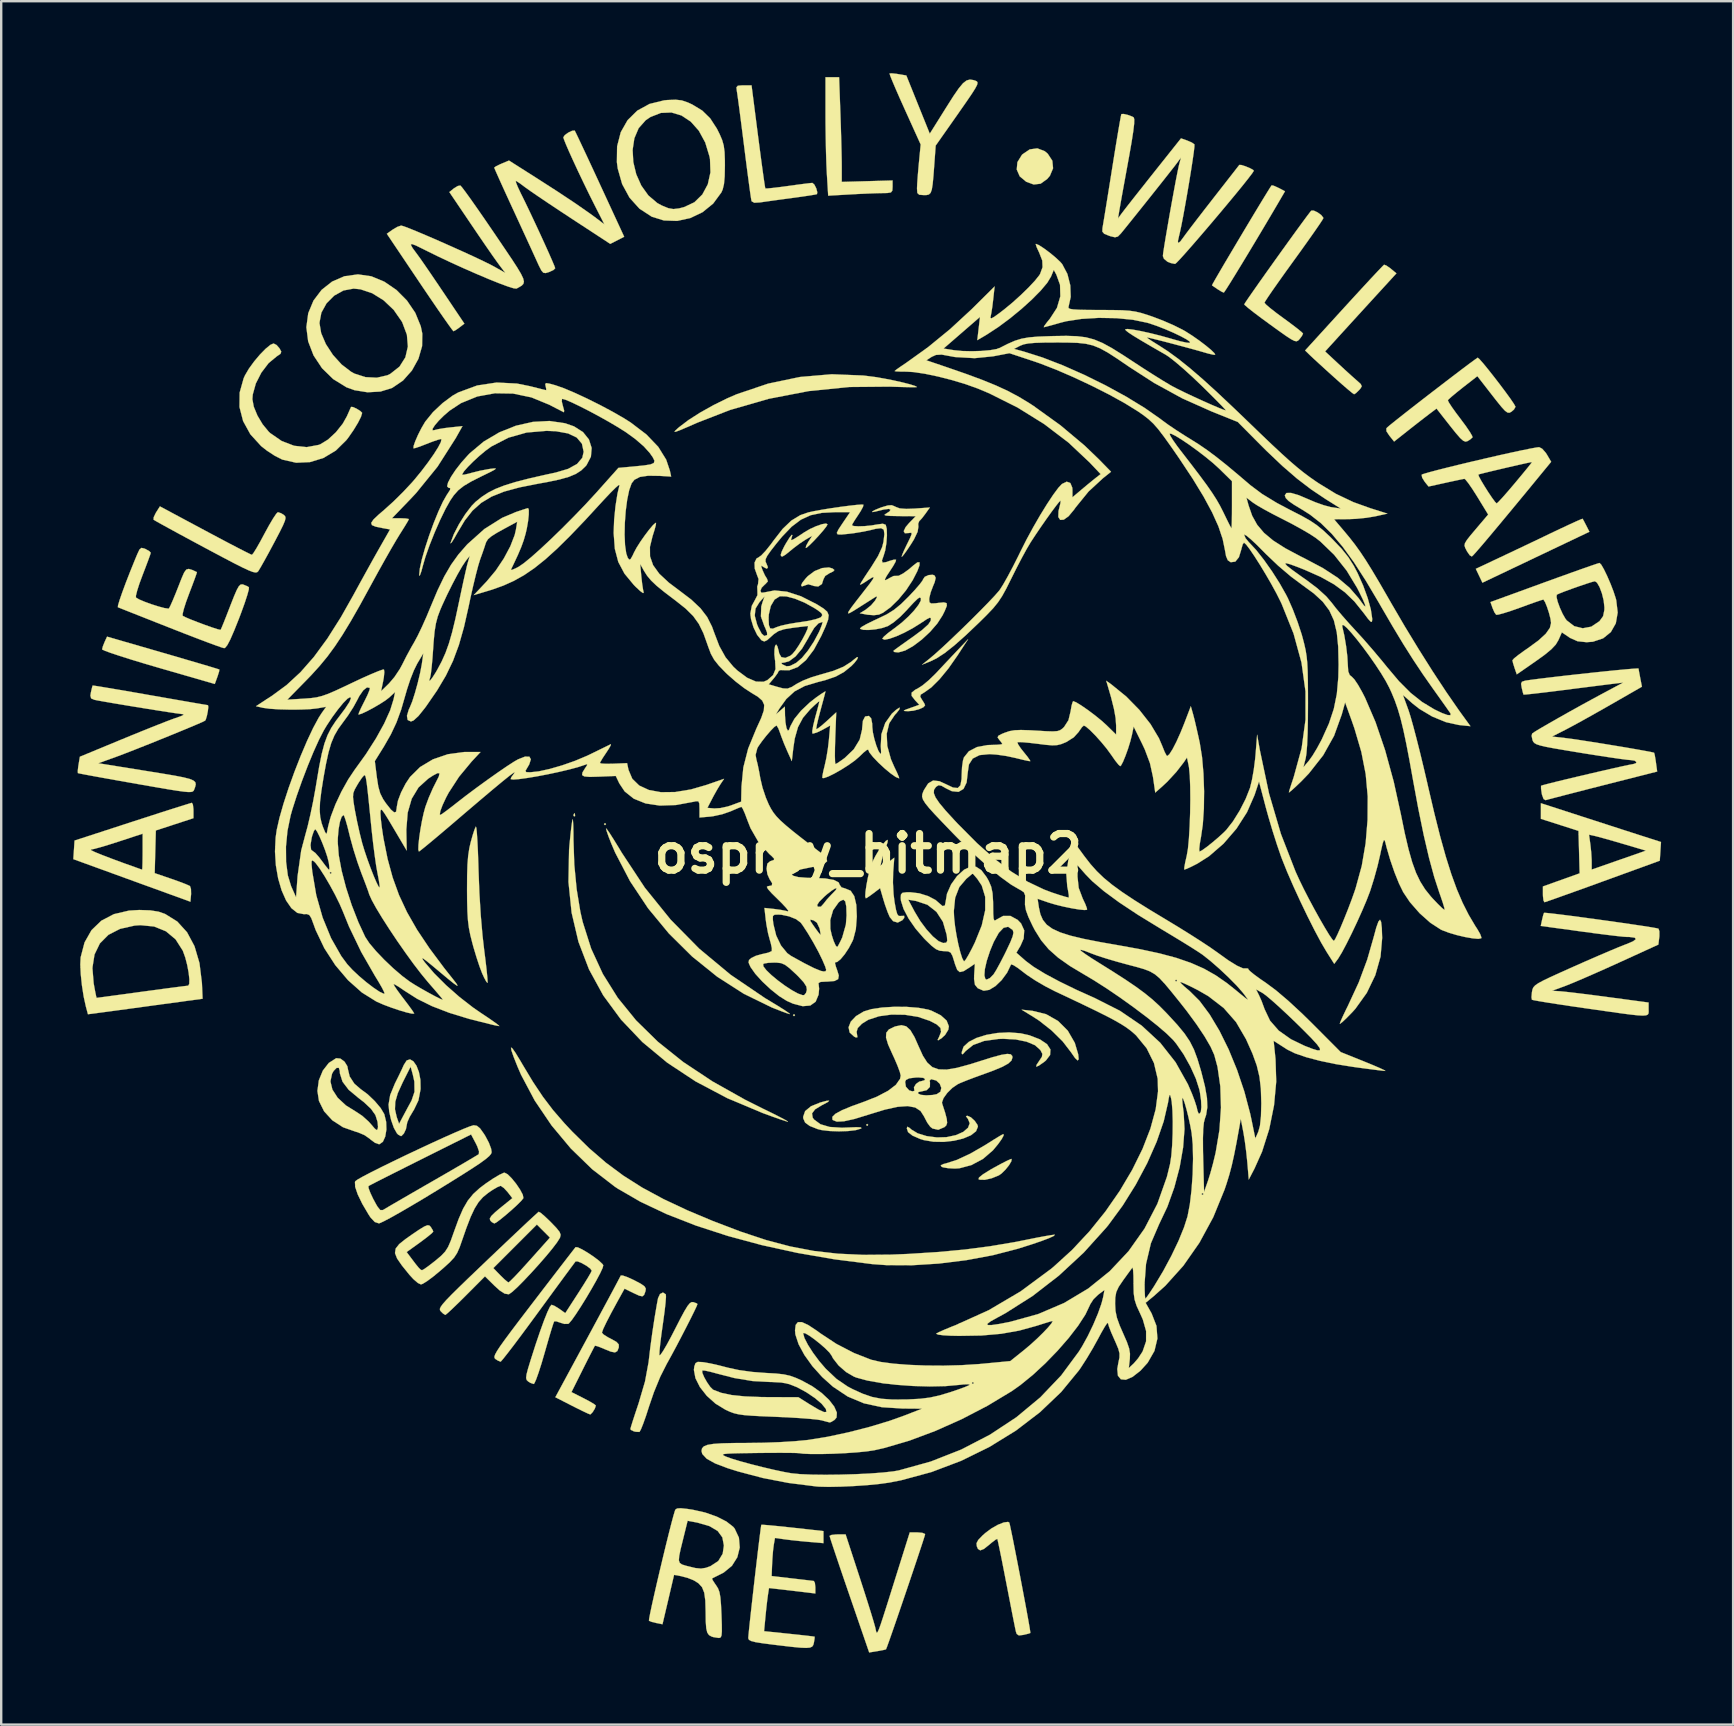
<source format=kicad_pcb>
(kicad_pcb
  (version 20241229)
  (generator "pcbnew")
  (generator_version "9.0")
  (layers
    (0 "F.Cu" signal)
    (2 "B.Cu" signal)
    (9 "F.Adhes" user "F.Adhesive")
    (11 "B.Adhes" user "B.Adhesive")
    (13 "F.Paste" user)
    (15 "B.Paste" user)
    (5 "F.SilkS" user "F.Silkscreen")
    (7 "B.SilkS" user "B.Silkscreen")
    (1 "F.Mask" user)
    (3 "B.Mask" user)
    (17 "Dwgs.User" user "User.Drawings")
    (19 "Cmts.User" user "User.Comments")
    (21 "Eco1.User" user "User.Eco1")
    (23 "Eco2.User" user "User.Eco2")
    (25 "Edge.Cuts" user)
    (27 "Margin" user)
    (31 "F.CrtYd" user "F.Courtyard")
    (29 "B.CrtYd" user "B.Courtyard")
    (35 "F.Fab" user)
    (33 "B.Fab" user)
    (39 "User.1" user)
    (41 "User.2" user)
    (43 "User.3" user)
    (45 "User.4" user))
  (footprint "osprey_bitmap2"
    (layer "F.Cu")
    (at 33.118 32.51)
    (property "Reference" "osprey_bitmap2" (at 0 0 0) (layer "F.SilkS") (effects (font (size 1.524 1.524) (thickness 0.3))))
    (attr through_hole)
    (fp_poly (pts (xy -10.922 -1.228) (xy -10.964 -1.185) (xy -11.007 -1.228) (xy -10.964 -1.27) (xy -10.922 -1.228)) (stroke (width 0.01) (type solid)) (fill yes) (layer "F.SilkS"))
    (fp_poly (pts (xy -3.048 6.731) (xy -3.09 6.773) (xy -3.133 6.731) (xy -3.09 6.689) (xy -3.048 6.731)) (stroke (width 0.01) (type solid)) (fill yes) (layer "F.SilkS"))
    (fp_poly (pts (xy 0 11.303) (xy -0.042 11.345) (xy -0.085 11.303) (xy -0.042 11.261) (xy 0 11.303)) (stroke (width 0.01) (type solid)) (fill yes) (layer "F.SilkS"))
    (fp_poly (pts (xy -12.22 -1.665) (xy -12.21 -1.565) (xy -12.22 -1.552) (xy -12.271 -1.564) (xy -12.277 -1.609) (xy -12.246 -1.678) (xy -12.22 -1.665)) (stroke (width 0.01) (type solid)) (fill yes) (layer "F.SilkS"))
    (fp_poly (pts (xy 6.846 6.551) (xy 7.413 6.691) (xy 7.91 6.973) (xy 8.315 7.377) (xy 8.608 7.885) (xy 8.749 8.361) (xy 8.77 8.567) (xy 8.727 8.619) (xy 8.617 8.517) (xy 8.45 8.276) (xy 8.102 7.824) (xy 7.642 7.369) (xy 7.124 6.961) (xy 6.9 6.815) (xy 6.392 6.503) (xy 6.846 6.551)) (stroke (width 0.01) (type solid)) (fill yes) (layer "F.SilkS"))
    (fp_poly (pts (xy 7.352 -29.264) (xy 7.481 -29.156) (xy 7.672 -28.864) (xy 7.702 -28.549) (xy 7.571 -28.237) (xy 7.457 -28.103) (xy 7.183 -27.907) (xy 6.896 -27.874) (xy 6.585 -27.987) (xy 6.313 -28.214) (xy 6.189 -28.497) (xy 6.217 -28.805) (xy 6.402 -29.105) (xy 6.428 -29.132) (xy 6.729 -29.336) (xy 7.046 -29.38) (xy 7.352 -29.264)) (stroke (width 0.01) (type solid)) (fill yes) (layer "F.SilkS"))
    (fp_poly (pts (xy 5.965 12.816) (xy 5.868 12.981) (xy 5.718 13.168) (xy 5.553 13.329) (xy 5.444 13.405) (xy 5.146 13.526) (xy 4.862 13.59) (xy 4.648 13.586) (xy 4.598 13.566) (xy 4.617 13.495) (xy 4.78 13.363) (xy 5.079 13.176) (xy 5.221 13.095) (xy 5.531 12.926) (xy 5.781 12.798) (xy 5.938 12.728) (xy 5.975 12.72) (xy 5.965 12.816)) (stroke (width 0.01) (type solid)) (fill yes) (layer "F.SilkS"))
    (fp_poly (pts (xy 29.81 -13.867) (xy 29.9 -13.694) (xy 29.914 -13.667) (xy 30.046 -13.407) (xy 27.818 -12.346) (xy 25.589 -11.285) (xy 25.451 -11.574) (xy 25.313 -11.863) (xy 26.182 -12.272) (xy 26.567 -12.454) (xy 27.055 -12.685) (xy 27.594 -12.941) (xy 28.134 -13.199) (xy 28.398 -13.326) (xy 28.834 -13.533) (xy 29.213 -13.71) (xy 29.51 -13.846) (xy 29.702 -13.929) (xy 29.763 -13.949) (xy 29.81 -13.867)) (stroke (width 0.01) (type solid)) (fill yes) (layer "F.SilkS"))
    (fp_poly (pts (xy -1.481 -11.875) (xy -1.407 -11.812) (xy -1.462 -11.751) (xy -1.601 -11.687) (xy -1.79 -11.567) (xy -1.863 -11.43) (xy -1.927 -11.23) (xy -2.083 -11.126) (xy -2.275 -11.15) (xy -2.295 -11.162) (xy -2.495 -11.219) (xy -2.627 -11.175) (xy -2.761 -11.128) (xy -2.794 -11.181) (xy -2.738 -11.294) (xy -2.597 -11.47) (xy -2.513 -11.559) (xy -2.234 -11.768) (xy -1.923 -11.894) (xy -1.635 -11.921) (xy -1.481 -11.875)) (stroke (width 0.01) (type solid)) (fill yes) (layer "F.SilkS"))
    (fp_poly (pts (xy 21.368 2.845) (xy 21.398 3.104) (xy 21.412 3.517) (xy 21.345 4.291) (xy 21.127 5.064) (xy 20.773 5.8) (xy 20.299 6.462) (xy 20.165 6.611) (xy 19.937 6.844) (xy 19.76 7.012) (xy 19.659 7.09) (xy 19.646 7.089) (xy 19.68 6.989) (xy 19.775 6.776) (xy 19.912 6.489) (xy 19.982 6.349) (xy 20.436 5.368) (xy 20.79 4.417) (xy 21.056 3.491) (xy 21.168 3.078) (xy 21.256 2.833) (xy 21.322 2.755) (xy 21.368 2.845)) (stroke (width 0.01) (type solid)) (fill yes) (layer "F.SilkS"))
    (fp_poly (pts (xy -29.379 -8.364) (xy -28.781 -8.19) (xy -28.239 -8.031) (xy -27.772 -7.894) (xy -27.402 -7.784) (xy -27.149 -7.707) (xy -27.034 -7.67) (xy -27.029 -7.668) (xy -27.041 -7.584) (xy -27.098 -7.402) (xy -27.114 -7.357) (xy -27.22 -7.066) (xy -29.569 -7.745) (xy -30.169 -7.921) (xy -30.712 -8.086) (xy -31.178 -8.234) (xy -31.546 -8.356) (xy -31.797 -8.448) (xy -31.91 -8.502) (xy -31.915 -8.509) (xy -31.88 -8.643) (xy -31.81 -8.816) (xy -31.708 -9.038) (xy -29.379 -8.364)) (stroke (width 0.01) (type solid)) (fill yes) (layer "F.SilkS"))
    (fp_poly (pts (xy 5.643 11.742) (xy 5.562 11.893) (xy 5.411 12.105) (xy 5.214 12.342) (xy 5.195 12.364) (xy 4.783 12.72) (xy 4.3 12.977) (xy 3.801 13.11) (xy 3.603 13.122) (xy 3.331 13.107) (xy 3.121 13.071) (xy 3.058 13.047) (xy 3.022 12.986) (xy 3.136 12.932) (xy 3.227 12.91) (xy 3.697 12.76) (xy 4.255 12.5) (xy 4.874 12.143) (xy 4.975 12.079) (xy 5.257 11.901) (xy 5.482 11.764) (xy 5.615 11.691) (xy 5.634 11.684) (xy 5.643 11.742)) (stroke (width 0.01) (type solid)) (fill yes) (layer "F.SilkS"))
    (fp_poly (pts (xy -1.156 -30.805) (xy -1.138 -30.256) (xy -1.122 -29.715) (xy -1.11 -29.224) (xy -1.102 -28.827) (xy -1.101 -28.625) (xy -1.101 -27.982) (xy -0.042 -28.012) (xy 1.016 -28.042) (xy 1.016 -27.779) (xy 1.007 -27.621) (xy 0.948 -27.544) (xy 0.797 -27.519) (xy 0.614 -27.516) (xy 0.359 -27.511) (xy -0.009 -27.497) (xy -0.434 -27.478) (xy -0.727 -27.462) (xy -1.666 -27.408) (xy -1.722 -28.322) (xy -1.741 -28.723) (xy -1.757 -29.242) (xy -1.769 -29.826) (xy -1.777 -30.424) (xy -1.778 -30.79) (xy -1.778 -32.343) (xy -1.212 -32.343) (xy -1.156 -30.805)) (stroke (width 0.01) (type solid)) (fill yes) (layer "F.SilkS"))
    (fp_poly (pts (xy -1.673 10.346) (xy -1.879 10.458) (xy -1.919 10.477) (xy -2.211 10.653) (xy -2.34 10.826) (xy -2.31 11.005) (xy -2.251 11.083) (xy -1.986 11.276) (xy -1.606 11.388) (xy -1.096 11.421) (xy -0.828 11.411) (xy -0.492 11.398) (xy -0.312 11.405) (xy -0.277 11.436) (xy -0.308 11.459) (xy -0.516 11.521) (xy -0.837 11.559) (xy -1.217 11.571) (xy -1.601 11.558) (xy -1.936 11.519) (xy -2.098 11.48) (xy -2.434 11.347) (xy -2.628 11.205) (xy -2.705 11.032) (xy -2.709 10.967) (xy -2.627 10.728) (xy -2.382 10.526) (xy -1.998 10.37) (xy -1.734 10.3) (xy -1.626 10.293) (xy -1.673 10.346)) (stroke (width 0.01) (type solid)) (fill yes) (layer "F.SilkS"))
    (fp_poly (pts (xy 4.278 10.986) (xy 4.439 11.134) (xy 4.553 11.301) (xy 4.572 11.375) (xy 4.493 11.568) (xy 4.279 11.735) (xy 3.962 11.869) (xy 3.574 11.963) (xy 3.149 12.011) (xy 2.719 12.004) (xy 2.316 11.936) (xy 2.168 11.89) (xy 1.842 11.747) (xy 1.662 11.604) (xy 1.609 11.447) (xy 1.632 11.378) (xy 1.723 11.426) (xy 1.799 11.495) (xy 2.064 11.655) (xy 2.438 11.77) (xy 2.865 11.825) (xy 3.265 11.813) (xy 3.659 11.728) (xy 3.964 11.592) (xy 4.16 11.421) (xy 4.23 11.234) (xy 4.154 11.047) (xy 4.132 11.024) (xy 4.073 10.94) (xy 4.132 10.922) (xy 4.278 10.986)) (stroke (width 0.01) (type solid)) (fill yes) (layer "F.SilkS"))
    (fp_poly (pts (xy -10.882 -1.011) (xy -10.77 -0.851) (xy -10.603 -0.589) (xy -10.393 -0.248) (xy -10.266 -0.036) (xy -9.304 1.422) (xy -8.229 2.753) (xy -7.038 3.962) (xy -5.73 5.049) (xy -4.301 6.019) (xy -4.101 6.14) (xy -3.762 6.345) (xy -3.492 6.515) (xy -3.316 6.634) (xy -3.258 6.686) (xy -3.261 6.687) (xy -3.373 6.656) (xy -3.599 6.574) (xy -3.898 6.457) (xy -4.024 6.406) (xy -5.179 5.842) (xy -6.289 5.13) (xy -7.336 4.286) (xy -8.302 3.329) (xy -9.17 2.278) (xy -9.921 1.149) (xy -10.539 -0.038) (xy -10.702 -0.419) (xy -10.813 -0.703) (xy -10.892 -0.929) (xy -10.922 -1.048) (xy -10.922 -1.049) (xy -10.882 -1.011)) (stroke (width 0.01) (type solid)) (fill yes) (layer "F.SilkS"))
    (fp_poly (pts (xy 3.722 -8.255) (xy 3.343 -7.714) (xy 2.972 -7.263) (xy 2.629 -6.922) (xy 2.347 -6.721) (xy 2.191 -6.625) (xy 2.168 -6.536) (xy 2.241 -6.412) (xy 2.338 -6.257) (xy 2.371 -6.175) (xy 2.296 -6.093) (xy 2.113 -6.012) (xy 1.879 -5.952) (xy 1.668 -5.933) (xy 1.511 -5.94) (xy 1.485 -5.961) (xy 1.6 -6.011) (xy 1.763 -6.069) (xy 2.129 -6.199) (xy 1.954 -6.386) (xy 1.81 -6.571) (xy 1.809 -6.704) (xy 1.959 -6.825) (xy 2.069 -6.881) (xy 2.27 -7.011) (xy 2.528 -7.226) (xy 2.792 -7.482) (xy 2.819 -7.51) (xy 3.121 -7.832) (xy 3.455 -8.187) (xy 3.72 -8.467) (xy 4.163 -8.932) (xy 3.722 -8.255)) (stroke (width 0.01) (type solid)) (fill yes) (layer "F.SilkS"))
    (fp_poly (pts (xy 16.891 -27.824) (xy 17.063 -27.748) (xy 17.099 -27.73) (xy 17.365 -27.592) (xy 17.128 -27.186) (xy 16.817 -26.656) (xy 16.492 -26.108) (xy 16.166 -25.561) (xy 15.85 -25.035) (xy 15.555 -24.548) (xy 15.294 -24.121) (xy 15.079 -23.772) (xy 14.92 -23.521) (xy 14.83 -23.387) (xy 14.814 -23.37) (xy 14.72 -23.411) (xy 14.56 -23.509) (xy 14.402 -23.617) (xy 14.322 -23.673) (xy 14.358 -23.745) (xy 14.469 -23.941) (xy 14.641 -24.237) (xy 14.86 -24.611) (xy 15.115 -25.041) (xy 15.391 -25.506) (xy 15.675 -25.982) (xy 15.954 -26.448) (xy 16.215 -26.881) (xy 16.444 -27.259) (xy 16.629 -27.56) (xy 16.755 -27.762) (xy 16.809 -27.84) (xy 16.891 -27.824)) (stroke (width 0.01) (type solid)) (fill yes) (layer "F.SilkS"))
    (fp_poly (pts (xy -0.197 -19.916) (xy 0.277 -19.856) (xy 0.664 -19.79) (xy 1.059 -19.712) (xy 1.429 -19.629) (xy 1.738 -19.55) (xy 1.95 -19.483) (xy 2.032 -19.437) (xy 2.032 -19.436) (xy 1.953 -19.429) (xy 1.735 -19.43) (xy 1.411 -19.437) (xy 1.01 -19.449) (xy 0.909 -19.453) (xy -0.784 -19.438) (xy -2.475 -19.268) (xy -4.141 -18.947) (xy -5.755 -18.481) (xy -7.112 -17.954) (xy -7.543 -17.765) (xy -7.835 -17.641) (xy -8.005 -17.578) (xy -8.068 -17.571) (xy -8.039 -17.618) (xy -7.936 -17.713) (xy -7.874 -17.767) (xy -7.492 -18.057) (xy -6.998 -18.373) (xy -6.437 -18.687) (xy -5.858 -18.972) (xy -5.475 -19.137) (xy -4.168 -19.578) (xy -2.845 -19.855) (xy -1.517 -19.969) (xy -0.197 -19.916)) (stroke (width 0.01) (type solid)) (fill yes) (layer "F.SilkS"))
    (fp_poly (pts (xy 6.348 7.487) (xy 6.711 7.568) (xy 7.155 7.74) (xy 7.451 7.94) (xy 7.593 8.16) (xy 7.578 8.391) (xy 7.4 8.623) (xy 7.337 8.674) (xy 7.109 8.835) (xy 7.002 8.878) (xy 7.014 8.802) (xy 7.122 8.64) (xy 7.238 8.465) (xy 7.256 8.344) (xy 7.181 8.199) (xy 7.166 8.177) (xy 6.948 7.982) (xy 6.597 7.835) (xy 6.144 7.743) (xy 5.621 7.716) (xy 5.426 7.723) (xy 4.83 7.805) (xy 4.375 7.972) (xy 4.057 8.228) (xy 4.045 8.243) (xy 3.94 8.36) (xy 3.902 8.345) (xy 3.897 8.272) (xy 3.973 8.046) (xy 4.189 7.846) (xy 4.515 7.679) (xy 4.923 7.552) (xy 5.384 7.473) (xy 5.868 7.449) (xy 6.348 7.487)) (stroke (width 0.01) (type solid)) (fill yes) (layer "F.SilkS"))
    (fp_poly (pts (xy -1.693 -13.716) (xy -1.745 -13.623) (xy -1.878 -13.454) (xy -2.059 -13.247) (xy -2.255 -13.036) (xy -2.433 -12.858) (xy -2.559 -12.748) (xy -2.6 -12.732) (xy -2.585 -12.82) (xy -2.497 -12.985) (xy -2.483 -13.006) (xy -2.329 -13.242) (xy -2.611 -13.077) (xy -2.855 -12.916) (xy -3.127 -12.711) (xy -3.217 -12.636) (xy -3.445 -12.452) (xy -3.575 -12.374) (xy -3.632 -12.394) (xy -3.641 -12.46) (xy -3.6 -12.585) (xy -3.498 -12.796) (xy -3.425 -12.925) (xy -3.279 -13.16) (xy -3.186 -13.278) (xy -3.157 -13.27) (xy -3.192 -13.152) (xy -3.214 -13.076) (xy -3.186 -13.058) (xy -3.084 -13.108) (xy -2.884 -13.235) (xy -2.665 -13.382) (xy -2.424 -13.523) (xy -2.164 -13.641) (xy -1.927 -13.722) (xy -1.756 -13.751) (xy -1.693 -13.716)) (stroke (width 0.01) (type solid)) (fill yes) (layer "F.SilkS"))
    (fp_poly (pts (xy -16.323 -1.066) (xy -16.302 -0.859) (xy -16.28 -0.529) (xy -16.259 -0.097) (xy -16.241 0.412) (xy -16.233 0.694) (xy -16.197 1.642) (xy -16.14 2.569) (xy -16.066 3.422) (xy -16.003 3.967) (xy -15.945 4.431) (xy -15.898 4.833) (xy -15.867 5.145) (xy -15.854 5.338) (xy -15.858 5.387) (xy -15.908 5.337) (xy -15.999 5.17) (xy -16.084 4.984) (xy -16.192 4.7) (xy -16.318 4.318) (xy -16.443 3.902) (xy -16.489 3.732) (xy -16.574 3.396) (xy -16.634 3.093) (xy -16.673 2.783) (xy -16.696 2.422) (xy -16.708 1.967) (xy -16.711 1.524) (xy -16.708 0.926) (xy -16.694 0.46) (xy -16.664 0.09) (xy -16.617 -0.22) (xy -16.561 -0.466) (xy -16.477 -0.766) (xy -16.4 -1.001) (xy -16.346 -1.123) (xy -16.343 -1.126) (xy -16.323 -1.066)) (stroke (width 0.01) (type solid)) (fill yes) (layer "F.SilkS"))
    (fp_poly (pts (xy 1.608 6.386) (xy 2.095 6.425) (xy 2.498 6.499) (xy 2.633 6.543) (xy 3.022 6.736) (xy 3.268 6.957) (xy 3.361 7.193) (xy 3.339 7.336) (xy 3.206 7.553) (xy 3.056 7.693) (xy 2.916 7.779) (xy 2.893 7.76) (xy 2.95 7.645) (xy 3.036 7.428) (xy 3.012 7.264) (xy 2.86 7.12) (xy 2.569 6.968) (xy 2.073 6.801) (xy 1.526 6.714) (xy 0.971 6.707) (xy 0.449 6.777) (xy 0.005 6.923) (xy -0.261 7.088) (xy -0.434 7.266) (xy -0.482 7.426) (xy -0.469 7.51) (xy -0.447 7.651) (xy -0.51 7.661) (xy -0.584 7.625) (xy -0.773 7.452) (xy -0.817 7.236) (xy -0.725 7.001) (xy -0.507 6.771) (xy -0.183 6.576) (xy 0.141 6.478) (xy 0.581 6.413) (xy 1.087 6.382) (xy 1.608 6.386)) (stroke (width 0.01) (type solid)) (fill yes) (layer "F.SilkS"))
    (fp_poly (pts (xy 21.588 -24.497) (xy 21.75 -24.385) (xy 21.777 -24.362) (xy 22.006 -24.172) (xy 21.184 -23.274) (xy 20.812 -22.867) (xy 20.407 -22.424) (xy 20.019 -21.999) (xy 19.699 -21.648) (xy 19.036 -20.92) (xy 19.572 -20.421) (xy 19.854 -20.16) (xy 20.122 -19.917) (xy 20.327 -19.735) (xy 20.362 -19.705) (xy 20.52 -19.561) (xy 20.563 -19.468) (xy 20.503 -19.367) (xy 20.454 -19.312) (xy 20.322 -19.183) (xy 20.243 -19.136) (xy 20.165 -19.19) (xy 19.987 -19.336) (xy 19.734 -19.554) (xy 19.433 -19.822) (xy 19.389 -19.862) (xy 19.064 -20.155) (xy 18.77 -20.424) (xy 18.536 -20.639) (xy 18.396 -20.77) (xy 18.393 -20.774) (xy 18.202 -20.96) (xy 19.821 -22.736) (xy 20.24 -23.194) (xy 20.623 -23.61) (xy 20.954 -23.968) (xy 21.219 -24.251) (xy 21.402 -24.443) (xy 21.489 -24.529) (xy 21.494 -24.532) (xy 21.588 -24.497)) (stroke (width 0.01) (type solid)) (fill yes) (layer "F.SilkS"))
    (fp_poly (pts (xy 29.697 -1.557) (xy 30.267 -1.373) (xy 30.845 -1.186) (xy 31.388 -1.01) (xy 31.854 -0.86) (xy 32.199 -0.749) (xy 33.028 -0.483) (xy 33.003 -0.094) (xy 32.978 0.296) (xy 30.607 1.158) (xy 30.008 1.376) (xy 29.46 1.573) (xy 28.983 1.744) (xy 28.599 1.881) (xy 28.327 1.976) (xy 28.187 2.023) (xy 28.173 2.026) (xy 28.133 1.955) (xy 28.111 1.771) (xy 28.109 1.7) (xy 28.109 1.369) (xy 29.639 0.822) (xy 29.615 -0.062) (xy 29.595 -0.788) (xy 30.03 -0.788) (xy 30.086 -0.382) (xy 30.121 -0.057) (xy 30.14 0.262) (xy 30.141 0.345) (xy 30.141 0.666) (xy 31.27 0.272) (xy 32.399 -0.122) (xy 31.461 -0.401) (xy 31.061 -0.518) (xy 30.698 -0.621) (xy 30.417 -0.698) (xy 30.276 -0.734) (xy 30.03 -0.788) (xy 29.595 -0.788) (xy 29.591 -0.946) (xy 28.025 -1.447) (xy 28.025 -2.099) (xy 29.697 -1.557)) (stroke (width 0.01) (type solid)) (fill yes) (layer "F.SilkS"))
    (fp_poly (pts (xy -12.298 -1.368) (xy -12.286 -1.168) (xy -12.279 -0.865) (xy -12.277 -0.568) (xy -12.243 0.466) (xy -12.145 1.483) (xy -11.99 2.426) (xy -11.895 2.843) (xy -11.54 3.961) (xy -11.054 5.015) (xy -10.432 6.009) (xy -9.669 6.949) (xy -8.761 7.839) (xy -7.702 8.685) (xy -6.488 9.49) (xy -5.115 10.261) (xy -4.372 10.633) (xy -3.987 10.82) (xy -3.672 10.98) (xy -3.45 11.097) (xy -3.346 11.161) (xy -3.344 11.169) (xy -3.452 11.141) (xy -3.685 11.064) (xy -4.008 10.95) (xy -4.389 10.811) (xy -4.406 10.804) (xy -5.87 10.189) (xy -7.193 9.489) (xy -8.373 8.709) (xy -9.408 7.85) (xy -10.297 6.915) (xy -11.038 5.907) (xy -11.629 4.826) (xy -12.069 3.677) (xy -12.355 2.461) (xy -12.486 1.181) (xy -12.461 -0.161) (xy -12.444 -0.357) (xy -12.405 -0.758) (xy -12.367 -1.092) (xy -12.335 -1.328) (xy -12.314 -1.43) (xy -12.313 -1.431) (xy -12.298 -1.368)) (stroke (width 0.01) (type solid)) (fill yes) (layer "F.SilkS"))
    (fp_poly (pts (xy 0.814 -0.569) (xy 0.808 -0.476) (xy 0.749 -0.291) (xy 0.73 -0.246) (xy 0.627 0.047) (xy 0.549 0.336) (xy 0.487 0.629) (xy 0.787 0.4) (xy 1.087 0.171) (xy 1.041 0.786) (xy 1.032 1.211) (xy 1.057 1.683) (xy 1.099 2.021) (xy 1.158 2.339) (xy 1.21 2.52) (xy 1.271 2.597) (xy 1.354 2.6) (xy 1.364 2.598) (xy 1.502 2.594) (xy 1.502 2.679) (xy 1.422 2.777) (xy 1.231 2.874) (xy 1.039 2.816) (xy 0.899 2.645) (xy 0.808 2.432) (xy 0.702 2.134) (xy 0.637 1.925) (xy 0.496 1.44) (xy 0.219 1.651) (xy 0.037 1.783) (xy -0.082 1.857) (xy -0.099 1.863) (xy -0.123 1.788) (xy -0.112 1.592) (xy -0.073 1.318) (xy -0.014 1.007) (xy 0.058 0.704) (xy 0.134 0.451) (xy 0.169 0.362) (xy 0.298 0.106) (xy 0.452 -0.153) (xy 0.606 -0.377) (xy 0.735 -0.529) (xy 0.811 -0.571) (xy 0.814 -0.569)) (stroke (width 0.01) (type solid)) (fill yes) (layer "F.SilkS"))
    (fp_poly (pts (xy 1.182 -32.484) (xy 1.254 -32.472) (xy 1.589 -32.416) (xy 2.077 -31.203) (xy 2.566 -29.991) (xy 3.263 -31.103) (xy 3.551 -31.556) (xy 3.774 -31.88) (xy 3.95 -32.091) (xy 4.099 -32.207) (xy 4.239 -32.246) (xy 4.389 -32.223) (xy 4.472 -32.196) (xy 4.532 -32.165) (xy 4.557 -32.114) (xy 4.537 -32.024) (xy 4.46 -31.877) (xy 4.318 -31.652) (xy 4.099 -31.331) (xy 3.794 -30.894) (xy 3.736 -30.81) (xy 2.812 -29.495) (xy 2.757 -28.738) (xy 2.72 -28.243) (xy 2.687 -27.893) (xy 2.65 -27.661) (xy 2.599 -27.524) (xy 2.528 -27.457) (xy 2.427 -27.434) (xy 2.324 -27.432) (xy 2.128 -27.446) (xy 2.048 -27.52) (xy 2.034 -27.704) (xy 2.034 -27.707) (xy 2.043 -27.916) (xy 2.066 -28.236) (xy 2.098 -28.611) (xy 2.112 -28.761) (xy 2.187 -29.54) (xy 1.524 -31.005) (xy 1.318 -31.463) (xy 1.142 -31.865) (xy 1.005 -32.188) (xy 0.917 -32.407) (xy 0.89 -32.498) (xy 0.89 -32.499) (xy 0.984 -32.505) (xy 1.182 -32.484)) (stroke (width 0.01) (type solid)) (fill yes) (layer "F.SilkS"))
    (fp_poly (pts (xy 5.876 27.866) (xy 5.901 27.956) (xy 5.95 28.186) (xy 6.021 28.528) (xy 6.106 28.958) (xy 6.202 29.449) (xy 6.304 29.975) (xy 6.406 30.511) (xy 6.504 31.03) (xy 6.593 31.506) (xy 6.667 31.914) (xy 6.722 32.227) (xy 6.752 32.42) (xy 6.756 32.47) (xy 6.665 32.501) (xy 6.477 32.546) (xy 6.466 32.549) (xy 6.277 32.571) (xy 6.187 32.509) (xy 6.154 32.411) (xy 6.124 32.272) (xy 6.068 31.995) (xy 5.991 31.605) (xy 5.899 31.132) (xy 5.796 30.601) (xy 5.756 30.396) (xy 5.652 29.863) (xy 5.559 29.39) (xy 5.479 29) (xy 5.42 28.718) (xy 5.385 28.567) (xy 5.378 28.549) (xy 5.306 28.583) (xy 5.151 28.701) (xy 5.057 28.781) (xy 4.822 28.968) (xy 4.669 29.028) (xy 4.573 28.967) (xy 4.524 28.854) (xy 4.514 28.728) (xy 4.585 28.593) (xy 4.76 28.411) (xy 4.878 28.305) (xy 5.132 28.116) (xy 5.402 27.962) (xy 5.647 27.865) (xy 5.824 27.841) (xy 5.876 27.866)) (stroke (width 0.01) (type solid)) (fill yes) (layer "F.SilkS"))
    (fp_poly (pts (xy -18.947 8.654) (xy -18.818 8.837) (xy -18.716 9.101) (xy -18.654 9.425) (xy -18.647 9.788) (xy -18.651 9.836) (xy -18.736 10.281) (xy -18.923 10.672) (xy -18.957 10.725) (xy -19.104 10.973) (xy -19.199 11.188) (xy -19.219 11.281) (xy -19.256 11.477) (xy -19.342 11.661) (xy -19.443 11.764) (xy -19.466 11.769) (xy -19.576 11.711) (xy -19.631 11.656) (xy -19.759 11.428) (xy -19.874 11.102) (xy -19.955 10.746) (xy -19.963 10.652) (xy -19.714 10.652) (xy -19.644 10.964) (xy -19.635 10.993) (xy -19.542 11.258) (xy -19.353 10.9) (xy -19.203 10.62) (xy -19.059 10.354) (xy -19.022 10.287) (xy -18.9 9.925) (xy -18.906 9.499) (xy -18.972 9.2) (xy -19.062 8.875) (xy -19.395 9.537) (xy -19.597 9.982) (xy -19.701 10.339) (xy -19.714 10.652) (xy -19.963 10.652) (xy -19.981 10.458) (xy -19.914 10.059) (xy -19.713 9.571) (xy -19.706 9.558) (xy -19.555 9.254) (xy -19.425 8.983) (xy -19.346 8.806) (xy -19.225 8.617) (xy -19.087 8.573) (xy -18.947 8.654)) (stroke (width 0.01) (type solid)) (fill yes) (layer "F.SilkS"))
    (fp_poly (pts (xy -4.585 -29.869) (xy -4.509 -29.289) (xy -4.44 -28.766) (xy -4.379 -28.324) (xy -4.331 -27.986) (xy -4.298 -27.773) (xy -4.284 -27.709) (xy -4.195 -27.709) (xy -3.974 -27.731) (xy -3.655 -27.769) (xy -3.342 -27.811) (xy -2.96 -27.864) (xy -2.635 -27.906) (xy -2.408 -27.933) (xy -2.323 -27.94) (xy -2.242 -27.87) (xy -2.163 -27.714) (xy -2.12 -27.552) (xy -2.134 -27.472) (xy -2.222 -27.452) (xy -2.446 -27.415) (xy -2.77 -27.367) (xy -3.162 -27.313) (xy -3.175 -27.311) (xy -3.605 -27.254) (xy -4.004 -27.199) (xy -4.325 -27.154) (xy -4.508 -27.127) (xy -4.746 -27.114) (xy -4.854 -27.174) (xy -4.861 -27.192) (xy -4.881 -27.304) (xy -4.919 -27.56) (xy -4.97 -27.937) (xy -5.033 -28.409) (xy -5.103 -28.953) (xy -5.162 -29.422) (xy -5.237 -30.014) (xy -5.307 -30.561) (xy -5.369 -31.038) (xy -5.42 -31.417) (xy -5.456 -31.674) (xy -5.472 -31.771) (xy -5.488 -31.922) (xy -5.431 -31.988) (xy -5.257 -32.004) (xy -5.188 -32.004) (xy -4.859 -32.004) (xy -4.585 -29.869)) (stroke (width 0.01) (type solid)) (fill yes) (layer "F.SilkS"))
    (fp_poly (pts (xy -27.621 -13.455) (xy -27.104 -13.18) (xy -26.637 -12.933) (xy -26.239 -12.726) (xy -25.932 -12.569) (xy -25.736 -12.472) (xy -25.673 -12.446) (xy -25.612 -12.517) (xy -25.491 -12.709) (xy -25.329 -12.993) (xy -25.146 -13.334) (xy -24.957 -13.68) (xy -24.789 -13.964) (xy -24.661 -14.154) (xy -24.591 -14.223) (xy -24.456 -14.178) (xy -24.348 -14.112) (xy -24.292 -14.058) (xy -24.272 -13.985) (xy -24.298 -13.866) (xy -24.377 -13.676) (xy -24.519 -13.39) (xy -24.732 -12.983) (xy -24.751 -12.948) (xy -24.961 -12.555) (xy -25.152 -12.207) (xy -25.305 -11.937) (xy -25.402 -11.776) (xy -25.417 -11.754) (xy -25.461 -11.719) (xy -25.531 -11.71) (xy -25.645 -11.736) (xy -25.819 -11.804) (xy -26.07 -11.921) (xy -26.415 -12.095) (xy -26.87 -12.334) (xy -27.453 -12.644) (xy -27.623 -12.735) (xy -28.168 -13.028) (xy -28.665 -13.296) (xy -29.092 -13.529) (xy -29.432 -13.716) (xy -29.663 -13.845) (xy -29.768 -13.908) (xy -29.771 -13.91) (xy -29.766 -14.009) (xy -29.684 -14.182) (xy -29.665 -14.214) (xy -29.506 -14.465) (xy -27.621 -13.455)) (stroke (width 0.01) (type solid)) (fill yes) (layer "F.SilkS"))
    (fp_poly (pts (xy 1.117 -14.46) (xy 1.14 -14.446) (xy 1.312 -14.381) (xy 1.586 -14.359) (xy 1.944 -14.373) (xy 2.569 -14.418) (xy 2.381 -14.154) (xy 2.242 -13.972) (xy 2.137 -13.858) (xy 2.124 -13.848) (xy 2.084 -13.741) (xy 2.091 -13.612) (xy 2.059 -13.406) (xy 1.91 -13.094) (xy 1.785 -12.89) (xy 1.615 -12.636) (xy 1.479 -12.448) (xy 1.402 -12.363) (xy 1.398 -12.361) (xy 1.41 -12.43) (xy 1.485 -12.61) (xy 1.606 -12.865) (xy 1.615 -12.881) (xy 1.748 -13.153) (xy 1.809 -13.304) (xy 1.801 -13.364) (xy 1.73 -13.362) (xy 1.701 -13.355) (xy 1.527 -13.346) (xy 1.48 -13.433) (xy 1.56 -13.601) (xy 1.7 -13.766) (xy 1.981 -14.055) (xy 1.265 -14.06) (xy 0.925 -14.067) (xy 0.735 -14.082) (xy 0.676 -14.109) (xy 0.729 -14.152) (xy 0.741 -14.158) (xy 0.886 -14.254) (xy 0.931 -14.323) (xy 0.865 -14.36) (xy 0.659 -14.336) (xy 0.318 -14.253) (xy 0.177 -14.226) (xy 0.169 -14.25) (xy 0.273 -14.311) (xy 0.466 -14.392) (xy 0.565 -14.428) (xy 0.821 -14.504) (xy 0.984 -14.514) (xy 1.117 -14.46)) (stroke (width 0.01) (type solid)) (fill yes) (layer "F.SilkS"))
    (fp_poly (pts (xy 2.256 28.297) (xy 2.365 28.343) (xy 2.371 28.358) (xy 2.345 28.452) (xy 2.272 28.681) (xy 2.16 29.02) (xy 2.019 29.445) (xy 1.855 29.933) (xy 1.678 30.458) (xy 1.495 30.996) (xy 1.315 31.523) (xy 1.146 32.016) (xy 0.996 32.448) (xy 0.874 32.797) (xy 0.787 33.038) (xy 0.744 33.146) (xy 0.742 33.15) (xy 0.653 33.175) (xy 0.456 33.213) (xy 0.381 33.226) (xy 0.042 33.281) (xy -0.783 30.884) (xy -0.991 30.279) (xy -1.179 29.727) (xy -1.341 29.246) (xy -1.471 28.858) (xy -1.562 28.582) (xy -1.605 28.44) (xy -1.609 28.425) (xy -1.534 28.386) (xy -1.346 28.365) (xy -1.274 28.363) (xy -0.94 28.363) (xy -0.352 30.163) (xy -0.177 30.703) (xy -0.017 31.206) (xy 0.12 31.644) (xy 0.224 31.988) (xy 0.287 32.21) (xy 0.299 32.258) (xy 0.32 32.36) (xy 0.339 32.432) (xy 0.362 32.46) (xy 0.395 32.428) (xy 0.444 32.322) (xy 0.515 32.128) (xy 0.614 31.829) (xy 0.747 31.413) (xy 0.921 30.862) (xy 1.114 30.247) (xy 1.732 28.279) (xy 2.051 28.279) (xy 2.256 28.297)) (stroke (width 0.01) (type solid)) (fill yes) (layer "F.SilkS"))
    (fp_poly (pts (xy 18.72 -26.713) (xy 18.875 -26.601) (xy 18.96 -26.49) (xy 18.963 -26.473) (xy 18.916 -26.388) (xy 18.782 -26.186) (xy 18.575 -25.886) (xy 18.308 -25.508) (xy 17.996 -25.071) (xy 17.738 -24.714) (xy 17.399 -24.245) (xy 17.096 -23.819) (xy 16.842 -23.458) (xy 16.652 -23.179) (xy 16.537 -23.002) (xy 16.51 -22.948) (xy 16.575 -22.872) (xy 16.751 -22.721) (xy 17.012 -22.517) (xy 17.313 -22.295) (xy 17.627 -22.064) (xy 17.885 -21.867) (xy 18.057 -21.726) (xy 18.117 -21.663) (xy 18.069 -21.565) (xy 17.971 -21.434) (xy 17.911 -21.371) (xy 17.846 -21.342) (xy 17.754 -21.359) (xy 17.612 -21.432) (xy 17.397 -21.573) (xy 17.086 -21.793) (xy 16.746 -22.039) (xy 16.377 -22.309) (xy 16.063 -22.546) (xy 15.826 -22.733) (xy 15.69 -22.851) (xy 15.666 -22.881) (xy 15.713 -22.959) (xy 15.844 -23.153) (xy 16.044 -23.44) (xy 16.297 -23.801) (xy 16.589 -24.213) (xy 16.904 -24.655) (xy 17.227 -25.106) (xy 17.542 -25.544) (xy 17.834 -25.947) (xy 18.089 -26.296) (xy 18.289 -26.567) (xy 18.421 -26.74) (xy 18.459 -26.785) (xy 18.56 -26.788) (xy 18.72 -26.713)) (stroke (width 0.01) (type solid)) (fill yes) (layer "F.SilkS"))
    (fp_poly (pts (xy -28.132 -2.041) (xy -28.11 -1.856) (xy -28.109 -1.796) (xy -28.109 -1.475) (xy -28.892 -1.219) (xy -29.676 -0.963) (xy -29.723 0.815) (xy -29.022 1.055) (xy -28.698 1.17) (xy -28.436 1.27) (xy -28.277 1.34) (xy -28.252 1.356) (xy -28.212 1.474) (xy -28.207 1.682) (xy -28.209 1.711) (xy -28.236 2.005) (xy -29.718 1.466) (xy -30.276 1.264) (xy -30.861 1.051) (xy -31.422 0.847) (xy -31.908 0.67) (xy -32.156 0.58) (xy -33.113 0.232) (xy -33.088 -0.155) (xy -33.087 -0.167) (xy -32.385 -0.167) (xy -32.37 -0.139) (xy -32.209 -0.061) (xy -31.916 0.058) (xy -31.507 0.215) (xy -30.995 0.404) (xy -30.395 0.618) (xy -30.247 0.67) (xy -30.238 0.595) (xy -30.231 0.388) (xy -30.227 0.087) (xy -30.226 -0.076) (xy -30.226 -0.829) (xy -31.221 -0.502) (xy -31.619 -0.375) (xy -31.971 -0.269) (xy -32.238 -0.196) (xy -32.384 -0.167) (xy -32.385 -0.167) (xy -33.087 -0.167) (xy -33.062 -0.543) (xy -30.649 -1.328) (xy -30.041 -1.525) (xy -29.485 -1.705) (xy -29.001 -1.859) (xy -28.61 -1.983) (xy -28.332 -2.069) (xy -28.188 -2.112) (xy -28.173 -2.115) (xy -28.132 -2.041)) (stroke (width 0.01) (type solid)) (fill yes) (layer "F.SilkS"))
    (fp_poly (pts (xy -24.645 -21.187) (xy -24.528 -21.054) (xy -24.451 -20.912) (xy -24.483 -20.819) (xy -24.639 -20.714) (xy -24.979 -20.432) (xy -25.28 -20.037) (xy -25.511 -19.583) (xy -25.638 -19.127) (xy -25.654 -18.929) (xy -25.596 -18.616) (xy -25.444 -18.248) (xy -25.226 -17.882) (xy -24.974 -17.576) (xy -24.913 -17.519) (xy -24.432 -17.187) (xy -23.914 -16.989) (xy -23.391 -16.933) (xy -22.895 -17.025) (xy -22.822 -17.053) (xy -22.503 -17.248) (xy -22.176 -17.551) (xy -21.891 -17.908) (xy -21.716 -18.219) (xy -21.619 -18.439) (xy -21.555 -18.582) (xy -21.542 -18.609) (xy -21.462 -18.603) (xy -21.313 -18.535) (xy -21.165 -18.443) (xy -21.084 -18.365) (xy -21.082 -18.356) (xy -21.13 -18.195) (xy -21.258 -17.942) (xy -21.441 -17.641) (xy -21.654 -17.334) (xy -21.739 -17.224) (xy -22.179 -16.789) (xy -22.694 -16.481) (xy -23.255 -16.309) (xy -23.832 -16.283) (xy -24.396 -16.411) (xy -24.426 -16.423) (xy -24.722 -16.573) (xy -25.054 -16.791) (xy -25.289 -16.976) (xy -25.738 -17.468) (xy -26.04 -18.017) (xy -26.191 -18.603) (xy -26.184 -19.205) (xy -26.017 -19.803) (xy -25.959 -19.928) (xy -25.798 -20.203) (xy -25.582 -20.5) (xy -25.34 -20.788) (xy -25.102 -21.031) (xy -24.9 -21.196) (xy -24.771 -21.251) (xy -24.645 -21.187)) (stroke (width 0.01) (type solid)) (fill yes) (layer "F.SilkS"))
    (fp_poly (pts (xy -20.7 -24.05) (xy -20.157 -23.825) (xy -19.652 -23.48) (xy -19.214 -23.039) (xy -18.867 -22.527) (xy -18.639 -21.968) (xy -18.575 -21.662) (xy -18.584 -21.141) (xy -18.736 -20.615) (xy -19.008 -20.124) (xy -19.379 -19.707) (xy -19.829 -19.401) (xy -19.84 -19.396) (xy -20.317 -19.248) (xy -20.857 -19.218) (xy -21.4 -19.305) (xy -21.735 -19.426) (xy -22.287 -19.767) (xy -22.751 -20.219) (xy -23.105 -20.753) (xy -23.33 -21.338) (xy -23.405 -21.929) (xy -23.381 -22.108) (xy -22.86 -22.108) (xy -22.788 -21.681) (xy -22.592 -21.224) (xy -22.299 -20.775) (xy -21.939 -20.377) (xy -21.539 -20.071) (xy -21.4 -19.995) (xy -20.943 -19.849) (xy -20.469 -19.825) (xy -20.034 -19.925) (xy -19.907 -19.986) (xy -19.525 -20.287) (xy -19.28 -20.674) (xy -19.176 -21.124) (xy -19.217 -21.616) (xy -19.409 -22.128) (xy -19.432 -22.17) (xy -19.767 -22.651) (xy -20.188 -23.05) (xy -20.662 -23.344) (xy -21.154 -23.509) (xy -21.438 -23.537) (xy -21.861 -23.458) (xy -22.247 -23.243) (xy -22.564 -22.925) (xy -22.779 -22.537) (xy -22.86 -22.113) (xy -22.86 -22.108) (xy -23.381 -22.108) (xy -23.327 -22.512) (xy -23.108 -23.038) (xy -22.77 -23.484) (xy -22.334 -23.829) (xy -21.821 -24.052) (xy -21.256 -24.13) (xy -20.7 -24.05)) (stroke (width 0.01) (type solid)) (fill yes) (layer "F.SilkS"))
    (fp_poly (pts (xy -10.034 17.643) (xy -9.773 17.762) (xy -9.75 17.773) (xy -9.471 17.921) (xy -9.318 18.029) (xy -9.264 18.123) (xy -9.277 18.228) (xy -9.334 18.385) (xy -9.407 18.445) (xy -9.542 18.416) (xy -9.776 18.308) (xy -10.15 18.126) (xy -10.441 18.651) (xy -10.704 19.135) (xy -10.905 19.523) (xy -11.037 19.8) (xy -11.09 19.951) (xy -11.091 19.961) (xy -11.022 20.036) (xy -10.845 20.148) (xy -10.717 20.214) (xy -10.489 20.341) (xy -10.39 20.449) (xy -10.389 20.571) (xy -10.449 20.725) (xy -10.549 20.782) (xy -10.726 20.747) (xy -10.962 20.651) (xy -11.191 20.556) (xy -11.347 20.506) (xy -11.385 20.503) (xy -11.43 20.586) (xy -11.536 20.79) (xy -11.687 21.086) (xy -11.867 21.444) (xy -11.886 21.483) (xy -12.361 22.434) (xy -11.853 22.691) (xy -11.598 22.826) (xy -11.415 22.935) (xy -11.345 22.994) (xy -11.345 22.994) (xy -11.386 23.118) (xy -11.475 23.266) (xy -11.563 23.358) (xy -11.581 23.364) (xy -11.679 23.326) (xy -11.889 23.227) (xy -12.176 23.085) (xy -12.337 23.004) (xy -13.033 22.648) (xy -11.684 20.151) (xy -11.362 19.554) (xy -11.066 19.003) (xy -10.805 18.518) (xy -10.589 18.115) (xy -10.429 17.812) (xy -10.332 17.628) (xy -10.308 17.579) (xy -10.225 17.578) (xy -10.034 17.643)) (stroke (width 0.01) (type solid)) (fill yes) (layer "F.SilkS"))
    (fp_poly (pts (xy -8.432 18.36) (xy -8.429 18.365) (xy -8.424 18.472) (xy -8.442 18.714) (xy -8.48 19.058) (xy -8.536 19.471) (xy -8.555 19.605) (xy -8.616 20.039) (xy -8.663 20.42) (xy -8.693 20.713) (xy -8.7 20.884) (xy -8.698 20.904) (xy -8.653 20.88) (xy -8.546 20.725) (xy -8.391 20.462) (xy -8.202 20.112) (xy -8.062 19.84) (xy -7.829 19.384) (xy -7.655 19.061) (xy -7.527 18.85) (xy -7.43 18.731) (xy -7.351 18.684) (xy -7.284 18.686) (xy -7.146 18.736) (xy -7.112 18.765) (xy -7.149 18.863) (xy -7.252 19.08) (xy -7.403 19.386) (xy -7.589 19.751) (xy -7.793 20.146) (xy -8 20.54) (xy -8.195 20.903) (xy -8.362 21.206) (xy -8.388 21.251) (xy -8.661 21.792) (xy -8.926 22.437) (xy -9.127 23.024) (xy -9.254 23.418) (xy -9.371 23.748) (xy -9.465 23.982) (xy -9.525 24.09) (xy -9.531 24.094) (xy -9.675 24.088) (xy -9.758 24.071) (xy -9.883 24.01) (xy -9.906 23.972) (xy -9.88 23.872) (xy -9.81 23.646) (xy -9.705 23.324) (xy -9.577 22.94) (xy -9.563 22.898) (xy -9.297 21.993) (xy -9.147 21.181) (xy -9.136 21.082) (xy -9.073 20.547) (xy -8.99 19.938) (xy -8.896 19.323) (xy -8.802 18.772) (xy -8.754 18.521) (xy -8.672 18.347) (xy -8.549 18.285) (xy -8.432 18.36)) (stroke (width 0.01) (type solid)) (fill yes) (layer "F.SilkS"))
    (fp_poly (pts (xy -21.986 8.541) (xy -21.814 8.669) (xy -21.697 8.858) (xy -21.675 8.979) (xy -21.601 9.285) (xy -21.406 9.585) (xy -21.148 9.808) (xy -20.849 10.03) (xy -20.555 10.311) (xy -20.31 10.601) (xy -20.16 10.853) (xy -20.156 10.864) (xy -20.081 11.176) (xy -20.071 11.498) (xy -20.119 11.789) (xy -20.217 12.005) (xy -20.356 12.105) (xy -20.383 12.107) (xy -20.542 12.051) (xy -20.731 11.912) (xy -20.753 11.89) (xy -20.977 11.732) (xy -21.266 11.609) (xy -21.344 11.588) (xy -21.877 11.401) (xy -22.325 11.11) (xy -22.666 10.737) (xy -22.88 10.305) (xy -22.945 9.886) (xy -22.891 9.49) (xy -22.403 9.49) (xy -22.32 9.832) (xy -22.1 10.173) (xy -21.755 10.493) (xy -21.339 10.751) (xy -21.08 10.923) (xy -20.816 11.159) (xy -20.728 11.256) (xy -20.564 11.447) (xy -20.477 11.519) (xy -20.438 11.484) (xy -20.42 11.387) (xy -20.439 11.176) (xy -20.519 10.921) (xy -20.538 10.879) (xy -20.714 10.631) (xy -21.014 10.35) (xy -21.231 10.183) (xy -21.643 9.84) (xy -21.898 9.504) (xy -22.007 9.161) (xy -22.013 9.055) (xy -22.052 8.925) (xy -22.147 8.928) (xy -22.269 9.055) (xy -22.335 9.17) (xy -22.403 9.49) (xy -22.891 9.49) (xy -22.884 9.443) (xy -22.719 9.041) (xy -22.471 8.722) (xy -22.167 8.526) (xy -22.16 8.524) (xy -21.986 8.541)) (stroke (width 0.01) (type solid)) (fill yes) (layer "F.SilkS"))
    (fp_poly (pts (xy 25.469 -20.595) (xy 25.621 -20.423) (xy 25.827 -20.171) (xy 26.065 -19.87) (xy 26.314 -19.547) (xy 26.551 -19.231) (xy 26.753 -18.953) (xy 26.898 -18.74) (xy 26.964 -18.622) (xy 26.966 -18.612) (xy 26.903 -18.499) (xy 26.793 -18.405) (xy 26.713 -18.365) (xy 26.632 -18.374) (xy 26.529 -18.449) (xy 26.381 -18.61) (xy 26.165 -18.877) (xy 25.999 -19.09) (xy 25.378 -19.889) (xy 24.775 -19.419) (xy 24.506 -19.204) (xy 24.293 -19.026) (xy 24.168 -18.911) (xy 24.149 -18.887) (xy 24.188 -18.798) (xy 24.311 -18.608) (xy 24.499 -18.345) (xy 24.672 -18.116) (xy 24.893 -17.819) (xy 25.063 -17.57) (xy 25.162 -17.399) (xy 25.178 -17.34) (xy 25.076 -17.249) (xy 24.973 -17.185) (xy 24.888 -17.161) (xy 24.793 -17.196) (xy 24.665 -17.309) (xy 24.481 -17.521) (xy 24.243 -17.818) (xy 23.677 -18.539) (xy 23.374 -18.312) (xy 23.163 -18.15) (xy 22.874 -17.926) (xy 22.562 -17.681) (xy 22.491 -17.625) (xy 21.91 -17.165) (xy 21.714 -17.409) (xy 21.591 -17.593) (xy 21.586 -17.709) (xy 21.617 -17.748) (xy 21.736 -17.85) (xy 21.96 -18.03) (xy 22.268 -18.274) (xy 22.639 -18.565) (xy 23.053 -18.887) (xy 23.488 -19.223) (xy 23.924 -19.558) (xy 24.339 -19.876) (xy 24.713 -20.16) (xy 25.025 -20.395) (xy 25.254 -20.563) (xy 25.378 -20.65) (xy 25.395 -20.659) (xy 25.469 -20.595)) (stroke (width 0.01) (type solid)) (fill yes) (layer "F.SilkS"))
    (fp_poly (pts (xy -14.823 8.115) (xy -14.691 8.303) (xy -14.484 8.643) (xy -14.401 8.786) (xy -13.965 9.511) (xy -13.554 10.127) (xy -13.132 10.683) (xy -12.662 11.226) (xy -12.322 11.589) (xy -11.629 12.27) (xy -10.93 12.874) (xy -10.199 13.417) (xy -9.408 13.918) (xy -8.53 14.392) (xy -7.537 14.859) (xy -6.477 15.305) (xy -5.315 15.748) (xy -4.252 16.1) (xy -3.248 16.366) (xy -2.265 16.554) (xy -1.262 16.668) (xy -0.201 16.717) (xy 0.958 16.707) (xy 1.684 16.677) (xy 2.918 16.598) (xy 4.033 16.494) (xy 5.078 16.358) (xy 6.104 16.185) (xy 6.604 16.086) (xy 7.021 16.002) (xy 7.374 15.936) (xy 7.633 15.893) (xy 7.766 15.877) (xy 7.777 15.879) (xy 7.73 15.93) (xy 7.538 16.019) (xy 7.219 16.14) (xy 6.791 16.286) (xy 6.272 16.45) (xy 6.223 16.465) (xy 5.193 16.732) (xy 4.082 16.939) (xy 2.941 17.08) (xy 1.819 17.15) (xy 0.763 17.145) (xy 0.169 17.102) (xy -1.406 16.902) (xy -2.946 16.636) (xy -4.433 16.31) (xy -5.848 15.928) (xy -7.173 15.498) (xy -8.389 15.023) (xy -9.477 14.51) (xy -10.42 13.965) (xy -10.56 13.872) (xy -11.499 13.148) (xy -12.384 12.289) (xy -13.189 11.326) (xy -13.89 10.291) (xy -14.461 9.215) (xy -14.605 8.883) (xy -14.772 8.463) (xy -14.864 8.195) (xy -14.881 8.079) (xy -14.823 8.115)) (stroke (width 0.01) (type solid)) (fill yes) (layer "F.SilkS"))
    (fp_poly (pts (xy -7.763 -31.377) (xy -7.51 -31.29) (xy -7.33 -31.207) (xy -6.913 -30.954) (xy -6.582 -30.63) (xy -6.3 -30.196) (xy -6.188 -29.972) (xy -6.083 -29.726) (xy -6.018 -29.496) (xy -5.983 -29.229) (xy -5.97 -28.871) (xy -5.969 -28.66) (xy -5.978 -28.212) (xy -6.007 -27.894) (xy -6.061 -27.667) (xy -6.117 -27.542) (xy -6.458 -27.079) (xy -6.9 -26.72) (xy -7.411 -26.476) (xy -7.959 -26.357) (xy -8.512 -26.376) (xy -9.017 -26.533) (xy -9.527 -26.866) (xy -9.942 -27.325) (xy -10.249 -27.89) (xy -10.434 -28.539) (xy -10.469 -28.804) (xy -10.462 -29.318) (xy -9.813 -29.318) (xy -9.785 -28.809) (xy -9.663 -28.302) (xy -9.451 -27.827) (xy -9.156 -27.416) (xy -8.784 -27.1) (xy -8.594 -26.997) (xy -8.325 -26.887) (xy -8.114 -26.85) (xy -7.88 -26.878) (xy -7.664 -26.934) (xy -7.24 -27.134) (xy -6.909 -27.458) (xy -6.681 -27.882) (xy -6.571 -28.38) (xy -6.59 -28.928) (xy -6.61 -29.036) (xy -6.789 -29.626) (xy -7.056 -30.115) (xy -7.391 -30.493) (xy -7.778 -30.749) (xy -8.199 -30.874) (xy -8.635 -30.856) (xy -9.069 -30.687) (xy -9.27 -30.55) (xy -9.562 -30.22) (xy -9.741 -29.799) (xy -9.813 -29.318) (xy -10.462 -29.318) (xy -10.459 -29.466) (xy -10.307 -30.054) (xy -10.023 -30.553) (xy -9.621 -30.95) (xy -9.11 -31.23) (xy -8.504 -31.379) (xy -8.363 -31.393) (xy -8.02 -31.406) (xy -7.763 -31.377)) (stroke (width 0.01) (type solid)) (fill yes) (layer "F.SilkS"))
    (fp_poly (pts (xy -29.909 2.365) (xy -29.561 2.42) (xy -29.291 2.514) (xy -28.784 2.829) (xy -28.375 3.278) (xy -28.065 3.858) (xy -27.858 4.561) (xy -27.757 5.381) (xy -27.753 5.458) (xy -27.728 6.047) (xy -29.676 6.312) (xy -30.26 6.392) (xy -30.814 6.467) (xy -31.307 6.534) (xy -31.708 6.588) (xy -31.986 6.625) (xy -32.064 6.635) (xy -32.504 6.693) (xy -32.591 6.371) (xy -32.681 5.963) (xy -32.754 5.497) (xy -32.803 5.03) (xy -32.816 4.759) (xy -32.318 4.759) (xy -32.266 5.409) (xy -32.264 5.416) (xy -32.211 5.707) (xy -32.168 5.919) (xy -32.145 6.01) (xy -32.144 6.011) (xy -32.061 6) (xy -31.833 5.97) (xy -31.486 5.923) (xy -31.043 5.863) (xy -30.528 5.793) (xy -30.268 5.757) (xy -29.724 5.684) (xy -29.236 5.618) (xy -28.828 5.565) (xy -28.527 5.526) (xy -28.357 5.506) (xy -28.33 5.504) (xy -28.284 5.429) (xy -28.279 5.233) (xy -28.31 4.957) (xy -28.369 4.642) (xy -28.45 4.328) (xy -28.548 4.058) (xy -28.556 4.039) (xy -28.854 3.572) (xy -29.255 3.237) (xy -29.747 3.038) (xy -30.32 2.982) (xy -30.558 2.999) (xy -31.168 3.136) (xy -31.652 3.385) (xy -32.007 3.742) (xy -32.23 4.202) (xy -32.318 4.759) (xy -32.816 4.759) (xy -32.823 4.618) (xy -32.808 4.321) (xy -32.645 3.7) (xy -32.355 3.189) (xy -31.947 2.796) (xy -31.424 2.523) (xy -30.793 2.375) (xy -30.366 2.35) (xy -29.909 2.365)) (stroke (width 0.01) (type solid)) (fill yes) (layer "F.SilkS"))
    (fp_poly (pts (xy -13.643 14.967) (xy -13.478 15.107) (xy -13.261 15.314) (xy -13.212 15.363) (xy -12.981 15.604) (xy -12.854 15.765) (xy -12.812 15.881) (xy -12.835 15.988) (xy -12.85 16.02) (xy -12.965 16.202) (xy -13.164 16.463) (xy -13.424 16.777) (xy -13.721 17.118) (xy -14.033 17.462) (xy -14.336 17.783) (xy -14.606 18.056) (xy -14.822 18.254) (xy -14.959 18.353) (xy -14.978 18.359) (xy -15.145 18.332) (xy -15.354 18.197) (xy -15.571 18) (xy -15.964 17.612) (xy -16.765 18.416) (xy -17.063 18.711) (xy -17.319 18.958) (xy -17.509 19.134) (xy -17.609 19.216) (xy -17.617 19.219) (xy -17.708 19.164) (xy -17.807 19.067) (xy -17.838 19.021) (xy -17.842 18.963) (xy -17.807 18.882) (xy -17.722 18.765) (xy -17.577 18.6) (xy -17.359 18.375) (xy -17.057 18.077) (xy -16.661 17.693) (xy -16.217 17.268) (xy -15.616 17.268) (xy -15.327 17.566) (xy -15.149 17.739) (xy -15.019 17.847) (xy -14.983 17.865) (xy -14.909 17.805) (xy -14.746 17.644) (xy -14.521 17.405) (xy -14.265 17.124) (xy -13.984 16.811) (xy -13.73 16.527) (xy -13.532 16.305) (xy -13.429 16.19) (xy -13.259 15.997) (xy -13.53 15.725) (xy -13.802 15.454) (xy -14.709 16.361) (xy -15.616 17.268) (xy -16.217 17.268) (xy -16.158 17.212) (xy -15.862 16.929) (xy -15.368 16.459) (xy -14.913 16.028) (xy -14.511 15.648) (xy -14.177 15.334) (xy -13.924 15.1) (xy -13.769 14.959) (xy -13.725 14.922) (xy -13.643 14.967)) (stroke (width 0.01) (type solid)) (fill yes) (layer "F.SilkS"))
    (fp_poly (pts (xy -4.365 27.963) (xy -4.14 27.981) (xy -3.805 28.013) (xy -3.39 28.056) (xy -3.147 28.082) (xy -1.863 28.224) (xy -1.863 28.727) (xy -2.477 28.674) (xy -2.853 28.639) (xy -3.226 28.599) (xy -3.487 28.566) (xy -3.883 28.511) (xy -3.933 28.797) (xy -3.964 29.044) (xy -3.99 29.372) (xy -4.002 29.59) (xy -4.022 30.097) (xy -3.175 30.196) (xy -2.812 30.238) (xy -2.513 30.273) (xy -2.318 30.296) (xy -2.265 30.303) (xy -2.22 30.382) (xy -2.201 30.564) (xy -2.201 30.568) (xy -2.201 30.824) (xy -2.603 30.775) (xy -2.912 30.738) (xy -3.292 30.693) (xy -3.569 30.661) (xy -4.132 30.597) (xy -4.178 30.898) (xy -4.21 31.141) (xy -4.248 31.475) (xy -4.28 31.797) (xy -4.337 32.395) (xy -3.29 32.503) (xy -2.891 32.545) (xy -2.56 32.582) (xy -2.329 32.609) (xy -2.231 32.624) (xy -2.23 32.625) (xy -2.234 32.708) (xy -2.261 32.872) (xy -2.286 32.968) (xy -2.332 33.036) (xy -2.422 33.077) (xy -2.58 33.091) (xy -2.827 33.081) (xy -3.187 33.046) (xy -3.682 32.988) (xy -3.958 32.955) (xy -4.398 32.898) (xy -4.695 32.851) (xy -4.876 32.804) (xy -4.967 32.753) (xy -4.995 32.689) (xy -4.995 32.679) (xy -4.986 32.555) (xy -4.96 32.295) (xy -4.921 31.926) (xy -4.871 31.473) (xy -4.814 30.964) (xy -4.753 30.423) (xy -4.69 29.878) (xy -4.628 29.354) (xy -4.572 28.878) (xy -4.522 28.475) (xy -4.484 28.173) (xy -4.459 27.996) (xy -4.452 27.961) (xy -4.365 27.963)) (stroke (width 0.01) (type solid)) (fill yes) (layer "F.SilkS"))
    (fp_poly (pts (xy -16.922 -27.757) (xy -16.772 -27.559) (xy -16.554 -27.257) (xy -16.281 -26.868) (xy -15.964 -26.411) (xy -15.617 -25.904) (xy -15.56 -25.82) (xy -15.163 -25.234) (xy -14.852 -24.772) (xy -14.621 -24.417) (xy -14.464 -24.153) (xy -14.373 -23.962) (xy -14.342 -23.828) (xy -14.365 -23.734) (xy -14.433 -23.662) (xy -14.541 -23.597) (xy -14.652 -23.537) (xy -14.767 -23.549) (xy -15.012 -23.625) (xy -15.364 -23.755) (xy -15.8 -23.93) (xy -16.299 -24.141) (xy -16.837 -24.377) (xy -17.391 -24.629) (xy -17.94 -24.888) (xy -18.459 -25.144) (xy -18.529 -25.179) (xy -18.839 -25.332) (xy -19.011 -25.395) (xy -19.054 -25.362) (xy -18.979 -25.225) (xy -18.796 -24.977) (xy -18.675 -24.811) (xy -18.481 -24.533) (xy -18.233 -24.172) (xy -17.952 -23.758) (xy -17.696 -23.378) (xy -16.822 -22.077) (xy -17.026 -21.92) (xy -17.184 -21.808) (xy -17.276 -21.761) (xy -17.333 -21.828) (xy -17.472 -22.019) (xy -17.681 -22.315) (xy -17.947 -22.699) (xy -18.258 -23.154) (xy -18.602 -23.662) (xy -18.688 -23.79) (xy -20.053 -25.821) (xy -19.814 -25.991) (xy -19.617 -26.108) (xy -19.46 -26.162) (xy -19.452 -26.162) (xy -19.334 -26.128) (xy -19.089 -26.035) (xy -18.743 -25.893) (xy -18.324 -25.715) (xy -17.857 -25.512) (xy -17.369 -25.296) (xy -16.887 -25.079) (xy -16.437 -24.873) (xy -16.046 -24.688) (xy -15.74 -24.538) (xy -15.583 -24.454) (xy -15.118 -24.192) (xy -15.362 -24.512) (xy -15.486 -24.683) (xy -15.686 -24.966) (xy -15.94 -25.333) (xy -16.229 -25.755) (xy -16.527 -26.195) (xy -17.449 -27.559) (xy -17.263 -27.71) (xy -17.099 -27.811) (xy -16.99 -27.832) (xy -16.922 -27.757)) (stroke (width 0.01) (type solid)) (fill yes) (layer "F.SilkS"))
    (fp_poly (pts (xy -12.225 -30.118) (xy -12.183 -30.036) (xy -12.079 -29.82) (xy -11.924 -29.49) (xy -11.724 -29.065) (xy -11.491 -28.564) (xy -11.233 -28.008) (xy -11.18 -27.892) (xy -10.165 -25.697) (xy -10.745 -25.4) (xy -12.379 -26.469) (xy -12.866 -26.79) (xy -13.324 -27.094) (xy -13.726 -27.365) (xy -14.048 -27.586) (xy -14.264 -27.739) (xy -14.321 -27.781) (xy -14.515 -27.926) (xy -14.651 -28.013) (xy -14.682 -28.025) (xy -14.671 -27.956) (xy -14.597 -27.772) (xy -14.474 -27.509) (xy -14.432 -27.426) (xy -14.275 -27.106) (xy -14.088 -26.716) (xy -13.885 -26.285) (xy -13.678 -25.84) (xy -13.481 -25.409) (xy -13.305 -25.02) (xy -13.165 -24.7) (xy -13.071 -24.478) (xy -13.039 -24.383) (xy -13.11 -24.312) (xy -13.283 -24.231) (xy -13.297 -24.226) (xy -13.436 -24.184) (xy -13.532 -24.197) (xy -13.616 -24.293) (xy -13.721 -24.5) (xy -13.795 -24.662) (xy -13.903 -24.899) (xy -14.067 -25.258) (xy -14.273 -25.706) (xy -14.505 -26.211) (xy -14.749 -26.741) (xy -14.806 -26.863) (xy -15.032 -27.355) (xy -15.232 -27.793) (xy -15.395 -28.155) (xy -15.512 -28.418) (xy -15.573 -28.559) (xy -15.579 -28.577) (xy -15.509 -28.63) (xy -15.334 -28.716) (xy -15.271 -28.743) (xy -14.964 -28.872) (xy -13.811 -28.14) (xy -12.934 -27.576) (xy -12.198 -27.087) (xy -11.606 -26.675) (xy -11.273 -26.43) (xy -10.99 -26.214) (xy -11.375 -26.971) (xy -11.608 -27.435) (xy -11.845 -27.922) (xy -12.075 -28.404) (xy -12.285 -28.856) (xy -12.465 -29.253) (xy -12.601 -29.568) (xy -12.682 -29.775) (xy -12.7 -29.842) (xy -12.636 -29.934) (xy -12.49 -30.038) (xy -12.331 -30.113) (xy -12.227 -30.12) (xy -12.225 -30.118)) (stroke (width 0.01) (type solid)) (fill yes) (layer "F.SilkS"))
    (fp_poly (pts (xy -16.299 11.34) (xy -16.167 11.45) (xy -16.006 11.676) (xy -15.948 11.769) (xy -15.802 12.045) (xy -15.708 12.295) (xy -15.686 12.44) (xy -15.712 12.512) (xy -15.788 12.602) (xy -15.928 12.722) (xy -16.145 12.881) (xy -16.455 13.088) (xy -16.87 13.354) (xy -17.405 13.688) (xy -17.949 14.023) (xy -18.512 14.365) (xy -19.035 14.676) (xy -19.499 14.946) (xy -19.886 15.163) (xy -20.176 15.317) (xy -20.351 15.397) (xy -20.385 15.405) (xy -20.554 15.349) (xy -20.732 15.159) (xy -20.809 15.044) (xy -21.076 14.59) (xy -21.266 14.197) (xy -21.371 13.888) (xy -21.372 13.853) (xy -20.822 13.853) (xy -20.811 13.945) (xy -20.739 14.135) (xy -20.626 14.376) (xy -20.495 14.618) (xy -20.435 14.717) (xy -20.327 14.85) (xy -20.219 14.85) (xy -20.124 14.796) (xy -20.001 14.722) (xy -19.753 14.577) (xy -19.404 14.374) (xy -18.975 14.126) (xy -18.49 13.846) (xy -18.119 13.633) (xy -17.614 13.342) (xy -17.156 13.076) (xy -16.767 12.849) (xy -16.468 12.672) (xy -16.278 12.558) (xy -16.221 12.52) (xy -16.212 12.41) (xy -16.283 12.202) (xy -16.344 12.076) (xy -16.543 11.7) (xy -18.665 12.76) (xy -19.216 13.036) (xy -19.717 13.288) (xy -20.147 13.505) (xy -20.488 13.678) (xy -20.718 13.797) (xy -20.819 13.852) (xy -20.822 13.853) (xy -21.372 13.853) (xy -21.381 13.684) (xy -21.366 13.649) (xy -21.269 13.578) (xy -21.039 13.448) (xy -20.702 13.272) (xy -20.278 13.059) (xy -19.793 12.822) (xy -19.269 12.569) (xy -18.728 12.314) (xy -18.195 12.065) (xy -17.692 11.835) (xy -17.242 11.635) (xy -16.868 11.474) (xy -16.594 11.365) (xy -16.442 11.318) (xy -16.434 11.317) (xy -16.299 11.34)) (stroke (width 0.01) (type solid)) (fill yes) (layer "F.SilkS"))
    (fp_poly (pts (xy 28.08 -16.865) (xy 28.228 -16.697) (xy 28.273 -16.628) (xy 28.453 -16.322) (xy 28.165 -15.972) (xy 27.443 -15.093) (xy 26.824 -14.344) (xy 26.306 -13.72) (xy 25.887 -13.219) (xy 25.564 -12.837) (xy 25.334 -12.572) (xy 25.195 -12.419) (xy 25.147 -12.377) (xy 25.062 -12.426) (xy 24.953 -12.581) (xy 24.934 -12.616) (xy 24.872 -12.737) (xy 24.843 -12.832) (xy 24.861 -12.931) (xy 24.942 -13.065) (xy 25.097 -13.262) (xy 25.343 -13.552) (xy 25.421 -13.645) (xy 25.828 -14.125) (xy 25.371 -14.873) (xy 25.174 -15.183) (xy 25.005 -15.428) (xy 24.884 -15.579) (xy 24.839 -15.613) (xy 24.727 -15.592) (xy 24.493 -15.543) (xy 24.181 -15.476) (xy 24.055 -15.448) (xy 23.345 -15.292) (xy 23.185 -15.49) (xy 23.079 -15.66) (xy 23.055 -15.781) (xy 23.076 -15.791) (xy 25.419 -15.791) (xy 25.443 -15.712) (xy 25.538 -15.535) (xy 25.679 -15.3) (xy 25.839 -15.047) (xy 25.994 -14.817) (xy 26.117 -14.65) (xy 26.184 -14.587) (xy 26.185 -14.588) (xy 26.26 -14.656) (xy 26.422 -14.83) (xy 26.646 -15.085) (xy 26.91 -15.395) (xy 26.958 -15.452) (xy 27.221 -15.768) (xy 27.438 -16.032) (xy 27.589 -16.22) (xy 27.654 -16.308) (xy 27.655 -16.312) (xy 27.575 -16.298) (xy 27.366 -16.254) (xy 27.067 -16.187) (xy 26.713 -16.106) (xy 26.342 -16.019) (xy 25.99 -15.936) (xy 25.694 -15.864) (xy 25.492 -15.813) (xy 25.419 -15.791) (xy 23.076 -15.791) (xy 23.14 -15.818) (xy 23.365 -15.884) (xy 23.706 -15.975) (xy 24.137 -16.084) (xy 24.634 -16.206) (xy 25.172 -16.335) (xy 25.724 -16.464) (xy 26.268 -16.589) (xy 26.777 -16.702) (xy 27.226 -16.799) (xy 27.591 -16.873) (xy 27.847 -16.919) (xy 27.953 -16.931) (xy 28.08 -16.865)) (stroke (width 0.01) (type solid)) (fill yes) (layer "F.SilkS"))
    (fp_poly (pts (xy -6.91 21.184) (xy -6.833 21.194) (xy -6.571 21.241) (xy -6.221 21.32) (xy -5.856 21.414) (xy -5.842 21.418) (xy -5.383 21.517) (xy -4.827 21.594) (xy -4.276 21.636) (xy -3.839 21.66) (xy -3.518 21.696) (xy -3.258 21.753) (xy -3.007 21.843) (xy -2.752 21.959) (xy -2.316 22.199) (xy -1.937 22.472) (xy -1.631 22.758) (xy -1.415 23.037) (xy -1.305 23.288) (xy -1.318 23.493) (xy -1.401 23.593) (xy -1.542 23.679) (xy -1.604 23.698) (xy -1.709 23.672) (xy -1.908 23.619) (xy -1.947 23.608) (xy -2.125 23.579) (xy -2.439 23.548) (xy -2.857 23.516) (xy -3.346 23.487) (xy -3.852 23.464) (xy -4.419 23.441) (xy -4.847 23.418) (xy -5.165 23.393) (xy -5.403 23.359) (xy -5.592 23.314) (xy -5.76 23.253) (xy -5.939 23.171) (xy -5.946 23.168) (xy -6.363 22.913) (xy -6.725 22.588) (xy -7.01 22.225) (xy -7.196 21.855) (xy -7.256 21.533) (xy -6.914 21.533) (xy -6.909 21.633) (xy -6.832 21.815) (xy -6.712 22.027) (xy -6.58 22.217) (xy -6.465 22.332) (xy -6.456 22.337) (xy -6.125 22.464) (xy -5.695 22.556) (xy -5.144 22.613) (xy -4.454 22.64) (xy -4.184 22.643) (xy -2.907 22.648) (xy -2.406 22.963) (xy -2.059 23.168) (xy -1.838 23.267) (xy -1.74 23.261) (xy -1.76 23.15) (xy -1.774 23.122) (xy -1.94 22.918) (xy -2.22 22.681) (xy -2.571 22.444) (xy -2.952 22.237) (xy -2.975 22.226) (xy -3.293 22.101) (xy -3.613 22.036) (xy -4.012 22.014) (xy -4.07 22.014) (xy -4.814 21.974) (xy -5.571 21.849) (xy -6.295 21.663) (xy -6.584 21.585) (xy -6.805 21.538) (xy -6.912 21.532) (xy -6.914 21.533) (xy -7.256 21.533) (xy -7.261 21.509) (xy -7.243 21.363) (xy -7.193 21.228) (xy -7.1 21.176) (xy -6.91 21.184)) (stroke (width 0.01) (type solid)) (fill yes) (layer "F.SilkS"))
    (fp_poly (pts (xy 28.243 2.471) (xy 28.473 2.495) (xy 28.818 2.536) (xy 29.253 2.591) (xy 29.751 2.657) (xy 30.288 2.73) (xy 30.836 2.806) (xy 31.371 2.882) (xy 31.865 2.954) (xy 32.294 3.018) (xy 32.631 3.071) (xy 32.85 3.11) (xy 32.924 3.129) (xy 32.961 3.235) (xy 32.961 3.438) (xy 32.956 3.483) (xy 32.919 3.791) (xy 31.255 4.551) (xy 30.724 4.791) (xy 30.208 5.02) (xy 29.74 5.224) (xy 29.353 5.388) (xy 29.08 5.498) (xy 29.041 5.513) (xy 28.49 5.715) (xy 28.829 5.736) (xy 29.018 5.754) (xy 29.342 5.79) (xy 29.769 5.842) (xy 30.266 5.905) (xy 30.802 5.976) (xy 30.84 5.981) (xy 32.512 6.205) (xy 32.512 6.489) (xy 32.514 6.581) (xy 32.509 6.654) (xy 32.479 6.706) (xy 32.407 6.738) (xy 32.276 6.749) (xy 32.069 6.739) (xy 31.769 6.707) (xy 31.359 6.654) (xy 30.821 6.578) (xy 30.138 6.48) (xy 29.869 6.442) (xy 29.282 6.357) (xy 28.752 6.277) (xy 28.3 6.207) (xy 27.951 6.149) (xy 27.727 6.108) (xy 27.65 6.088) (xy 27.633 5.984) (xy 27.65 5.785) (xy 27.655 5.753) (xy 27.675 5.655) (xy 27.712 5.572) (xy 27.786 5.491) (xy 27.917 5.4) (xy 28.124 5.288) (xy 28.427 5.143) (xy 28.846 4.952) (xy 29.379 4.713) (xy 29.91 4.478) (xy 30.425 4.254) (xy 30.89 4.055) (xy 31.273 3.895) (xy 31.541 3.789) (xy 31.582 3.774) (xy 31.864 3.655) (xy 31.981 3.564) (xy 31.932 3.503) (xy 31.718 3.474) (xy 31.595 3.472) (xy 31.443 3.461) (xy 31.154 3.43) (xy 30.756 3.382) (xy 30.28 3.322) (xy 29.756 3.252) (xy 29.694 3.243) (xy 28.019 3.014) (xy 28.074 2.756) (xy 28.12 2.567) (xy 28.155 2.469) (xy 28.155 2.469) (xy 28.243 2.471)) (stroke (width 0.01) (type solid)) (fill yes) (layer "F.SilkS"))
    (fp_poly (pts (xy 2.766 -11.585) (xy 2.812 -11.488) (xy 2.772 -11.31) (xy 2.705 -11.15) (xy 2.605 -10.887) (xy 2.547 -10.653) (xy 2.542 -10.593) (xy 2.553 -10.471) (xy 2.621 -10.421) (xy 2.788 -10.426) (xy 2.921 -10.443) (xy 3.152 -10.465) (xy 3.268 -10.434) (xy 3.277 -10.324) (xy 3.189 -10.107) (xy 3.098 -9.924) (xy 2.878 -9.583) (xy 2.579 -9.238) (xy 2.234 -8.917) (xy 1.877 -8.649) (xy 1.544 -8.461) (xy 1.267 -8.383) (xy 1.243 -8.382) (xy 1.085 -8.399) (xy 1.048 -8.442) (xy 1.051 -8.445) (xy 1.143 -8.518) (xy 1.343 -8.663) (xy 1.618 -8.858) (xy 1.848 -9.02) (xy 2.252 -9.319) (xy 2.506 -9.549) (xy 2.608 -9.709) (xy 2.609 -9.716) (xy 2.613 -9.809) (xy 2.567 -9.828) (xy 2.444 -9.767) (xy 2.215 -9.616) (xy 2.186 -9.596) (xy 1.848 -9.386) (xy 1.5 -9.2) (xy 1.17 -9.051) (xy 0.889 -8.951) (xy 0.688 -8.911) (xy 0.595 -8.945) (xy 0.593 -8.961) (xy 0.657 -9.042) (xy 0.827 -9.188) (xy 1.068 -9.368) (xy 1.098 -9.389) (xy 1.4 -9.623) (xy 1.679 -9.878) (xy 1.917 -10.131) (xy 2.095 -10.36) (xy 2.193 -10.539) (xy 2.194 -10.647) (xy 2.136 -10.668) (xy 2.053 -10.609) (xy 1.891 -10.451) (xy 1.68 -10.225) (xy 1.613 -10.149) (xy 1.342 -9.871) (xy 1.061 -9.633) (xy 0.825 -9.48) (xy 0.811 -9.474) (xy 0.579 -9.396) (xy 0.301 -9.342) (xy 0.026 -9.316) (xy -0.199 -9.32) (xy -0.326 -9.358) (xy -0.339 -9.385) (xy -0.266 -9.448) (xy -0.073 -9.558) (xy 0.208 -9.697) (xy 0.374 -9.774) (xy 0.763 -9.961) (xy 1.074 -10.154) (xy 1.369 -10.396) (xy 1.687 -10.709) (xy 1.939 -10.978) (xy 2.138 -11.208) (xy 2.26 -11.369) (xy 2.286 -11.424) (xy 2.357 -11.531) (xy 2.519 -11.603) (xy 2.692 -11.615) (xy 2.766 -11.585)) (stroke (width 0.01) (type solid)) (fill yes) (layer "F.SilkS"))
    (fp_poly (pts (xy -32.226 -6.992) (xy -31.997 -6.956) (xy -31.643 -6.897) (xy -31.186 -6.82) (xy -30.647 -6.727) (xy -30.046 -6.622) (xy -29.927 -6.601) (xy -29.315 -6.494) (xy -28.758 -6.397) (xy -28.277 -6.313) (xy -27.894 -6.247) (xy -27.631 -6.203) (xy -27.51 -6.183) (xy -27.504 -6.183) (xy -27.49 -6.111) (xy -27.508 -5.943) (xy -27.547 -5.746) (xy -27.594 -5.588) (xy -27.621 -5.54) (xy -27.713 -5.493) (xy -27.936 -5.395) (xy -28.263 -5.257) (xy -28.668 -5.089) (xy -29.124 -4.902) (xy -29.605 -4.707) (xy -30.085 -4.515) (xy -30.536 -4.336) (xy -30.932 -4.182) (xy -31.246 -4.062) (xy -31.34 -4.028) (xy -32.072 -3.764) (xy -30.049 -3.438) (xy -29.398 -3.333) (xy -28.896 -3.248) (xy -28.526 -3.176) (xy -28.271 -3.111) (xy -28.112 -3.045) (xy -28.032 -2.973) (xy -28.013 -2.886) (xy -28.037 -2.779) (xy -28.076 -2.674) (xy -28.098 -2.624) (xy -28.135 -2.588) (xy -28.203 -2.568) (xy -28.32 -2.564) (xy -28.505 -2.58) (xy -28.776 -2.617) (xy -29.15 -2.676) (xy -29.645 -2.761) (xy -30.279 -2.871) (xy -30.692 -2.944) (xy -31.28 -3.048) (xy -31.811 -3.143) (xy -32.263 -3.225) (xy -32.614 -3.29) (xy -32.841 -3.334) (xy -32.923 -3.353) (xy -32.929 -3.442) (xy -32.907 -3.636) (xy -32.896 -3.705) (xy -32.841 -4.035) (xy -31.089 -4.76) (xy -30.549 -4.982) (xy -30.032 -5.191) (xy -29.569 -5.375) (xy -29.191 -5.523) (xy -28.929 -5.621) (xy -28.871 -5.641) (xy -28.622 -5.728) (xy -28.519 -5.779) (xy -28.546 -5.807) (xy -28.66 -5.823) (xy -28.834 -5.845) (xy -29.138 -5.891) (xy -29.538 -5.953) (xy -30.003 -6.027) (xy -30.497 -6.107) (xy -30.987 -6.188) (xy -31.441 -6.264) (xy -31.824 -6.33) (xy -32.104 -6.38) (xy -32.241 -6.408) (xy -32.372 -6.465) (xy -32.402 -6.582) (xy -32.38 -6.72) (xy -32.337 -6.907) (xy -32.31 -7) (xy -32.309 -7.001) (xy -32.226 -6.992)) (stroke (width 0.01) (type solid)) (fill yes) (layer "F.SilkS"))
    (fp_poly (pts (xy 30.541 -12.034) (xy 30.652 -11.84) (xy 30.786 -11.564) (xy 30.924 -11.245) (xy 31.049 -10.922) (xy 31.143 -10.634) (xy 31.163 -10.56) (xy 31.224 -10.042) (xy 31.146 -9.592) (xy 30.939 -9.228) (xy 30.617 -8.967) (xy 30.191 -8.826) (xy 29.928 -8.806) (xy 29.552 -8.846) (xy 29.24 -8.985) (xy 29.201 -9.011) (xy 28.898 -9.216) (xy 28.756 -8.895) (xy 28.646 -8.709) (xy 28.462 -8.513) (xy 28.18 -8.28) (xy 27.817 -8.019) (xy 27.02 -7.466) (xy 26.93 -7.725) (xy 26.867 -7.925) (xy 26.839 -8.051) (xy 26.839 -8.053) (xy 26.905 -8.129) (xy 27.081 -8.271) (xy 27.334 -8.455) (xy 27.466 -8.545) (xy 27.92 -8.876) (xy 28.228 -9.158) (xy 28.4 -9.404) (xy 28.448 -9.606) (xy 28.424 -9.786) (xy 28.362 -10.026) (xy 28.281 -10.274) (xy 28.199 -10.476) (xy 28.133 -10.579) (xy 28.123 -10.582) (xy 28.026 -10.554) (xy 27.804 -10.479) (xy 27.491 -10.368) (xy 27.15 -10.243) (xy 26.782 -10.113) (xy 26.471 -10.014) (xy 26.253 -9.956) (xy 26.163 -9.948) (xy 26.088 -10.051) (xy 26.009 -10.234) (xy 25.924 -10.478) (xy 26.504 -10.689) (xy 28.676 -10.689) (xy 28.724 -10.492) (xy 28.815 -10.243) (xy 28.929 -9.99) (xy 29.048 -9.783) (xy 29.1 -9.716) (xy 29.414 -9.474) (xy 29.767 -9.387) (xy 30.126 -9.454) (xy 30.458 -9.677) (xy 30.47 -9.688) (xy 30.617 -9.892) (xy 30.669 -10.149) (xy 30.671 -10.26) (xy 30.64 -10.544) (xy 30.567 -10.841) (xy 30.468 -11.105) (xy 30.361 -11.288) (xy 30.275 -11.345) (xy 30.161 -11.318) (xy 29.933 -11.246) (xy 29.637 -11.146) (xy 29.319 -11.034) (xy 29.024 -10.926) (xy 28.797 -10.836) (xy 28.688 -10.786) (xy 28.676 -10.689) (xy 26.504 -10.689) (xy 28.16 -11.293) (xy 28.742 -11.504) (xy 29.273 -11.695) (xy 29.732 -11.858) (xy 30.097 -11.986) (xy 30.348 -12.071) (xy 30.464 -12.107) (xy 30.468 -12.107) (xy 30.541 -12.034)) (stroke (width 0.01) (type solid)) (fill yes) (layer "F.SilkS"))
    (fp_poly (pts (xy -30.152 -12.708) (xy -30.103 -12.687) (xy -29.946 -12.598) (xy -29.887 -12.533) (xy -29.916 -12.437) (xy -29.995 -12.217) (xy -30.111 -11.909) (xy -30.229 -11.602) (xy -30.361 -11.245) (xy -30.456 -10.947) (xy -30.506 -10.742) (xy -30.504 -10.666) (xy -30.369 -10.587) (xy -30.136 -10.489) (xy -29.853 -10.386) (xy -29.565 -10.295) (xy -29.319 -10.229) (xy -29.161 -10.206) (xy -29.13 -10.213) (xy -29.073 -10.319) (xy -28.972 -10.546) (xy -28.843 -10.858) (xy -28.745 -11.105) (xy -28.6 -11.475) (xy -28.497 -11.71) (xy -28.407 -11.832) (xy -28.306 -11.86) (xy -28.165 -11.818) (xy -27.964 -11.726) (xy -27.985 -11.649) (xy -28.057 -11.446) (xy -28.167 -11.15) (xy -28.285 -10.841) (xy -28.416 -10.485) (xy -28.511 -10.187) (xy -28.56 -9.983) (xy -28.558 -9.907) (xy -28.447 -9.849) (xy -28.23 -9.756) (xy -27.946 -9.645) (xy -27.639 -9.53) (xy -27.349 -9.427) (xy -27.119 -9.352) (xy -26.99 -9.32) (xy -26.976 -9.322) (xy -26.936 -9.41) (xy -26.848 -9.623) (xy -26.726 -9.932) (xy -26.582 -10.302) (xy -26.58 -10.309) (xy -26.421 -10.712) (xy -26.306 -10.98) (xy -26.218 -11.137) (xy -26.143 -11.208) (xy -26.067 -11.216) (xy -26.039 -11.209) (xy -25.867 -11.139) (xy -25.798 -11.095) (xy -25.804 -10.999) (xy -25.865 -10.774) (xy -25.971 -10.448) (xy -26.114 -10.051) (xy -26.212 -9.792) (xy -26.417 -9.28) (xy -26.576 -8.915) (xy -26.698 -8.684) (xy -26.789 -8.573) (xy -26.83 -8.558) (xy -26.943 -8.59) (xy -27.19 -8.677) (xy -27.551 -8.81) (xy -28.003 -8.981) (xy -28.523 -9.182) (xy -29.083 -9.402) (xy -29.646 -9.624) (xy -30.156 -9.826) (xy -30.594 -9.999) (xy -30.938 -10.135) (xy -31.166 -10.226) (xy -31.258 -10.263) (xy -31.258 -10.263) (xy -31.25 -10.346) (xy -31.186 -10.561) (xy -31.075 -10.882) (xy -30.926 -11.285) (xy -30.747 -11.744) (xy -30.549 -12.234) (xy -30.452 -12.467) (xy -30.359 -12.666) (xy -30.275 -12.736) (xy -30.152 -12.708)) (stroke (width 0.01) (type solid)) (fill yes) (layer "F.SilkS"))
    (fp_poly (pts (xy -15.021 13.359) (xy -14.85 13.529) (xy -14.665 13.757) (xy -14.501 14) (xy -14.389 14.212) (xy -14.363 14.351) (xy -14.364 14.354) (xy -14.445 14.458) (xy -14.617 14.63) (xy -14.845 14.839) (xy -15.092 15.053) (xy -15.321 15.241) (xy -15.496 15.37) (xy -15.575 15.409) (xy -15.681 15.352) (xy -15.74 15.292) (xy -15.765 15.21) (xy -15.702 15.099) (xy -15.533 14.934) (xy -15.331 14.765) (xy -14.824 14.355) (xy -15.022 14.099) (xy -15.175 13.933) (xy -15.302 13.846) (xy -15.322 13.843) (xy -15.441 13.89) (xy -15.646 14.01) (xy -15.836 14.139) (xy -16.049 14.314) (xy -16.231 14.519) (xy -16.396 14.784) (xy -16.561 15.135) (xy -16.74 15.6) (xy -16.906 16.077) (xy -17.02 16.403) (xy -17.125 16.64) (xy -17.252 16.833) (xy -17.435 17.029) (xy -17.704 17.273) (xy -17.814 17.368) (xy -18.106 17.61) (xy -18.364 17.803) (xy -18.555 17.922) (xy -18.631 17.949) (xy -18.761 17.888) (xy -18.947 17.727) (xy -19.112 17.547) (xy -19.425 17.159) (xy -19.626 16.868) (xy -19.713 16.643) (xy -19.684 16.454) (xy -19.539 16.27) (xy -19.276 16.06) (xy -19.03 15.886) (xy -18.71 15.669) (xy -18.498 15.539) (xy -18.366 15.484) (xy -18.284 15.492) (xy -18.225 15.55) (xy -18.139 15.69) (xy -18.119 15.749) (xy -18.183 15.82) (xy -18.353 15.96) (xy -18.595 16.144) (xy -18.673 16.201) (xy -19.227 16.6) (xy -19.055 16.83) (xy -18.849 17.102) (xy -18.718 17.262) (xy -18.637 17.338) (xy -18.586 17.357) (xy -18.494 17.307) (xy -18.309 17.175) (xy -18.068 16.989) (xy -18.026 16.956) (xy -17.79 16.756) (xy -17.625 16.583) (xy -17.501 16.389) (xy -17.387 16.125) (xy -17.265 15.781) (xy -17.061 15.222) (xy -16.874 14.792) (xy -16.679 14.457) (xy -16.455 14.182) (xy -16.179 13.931) (xy -15.926 13.741) (xy -15.631 13.541) (xy -15.373 13.387) (xy -15.192 13.302) (xy -15.147 13.293) (xy -15.021 13.359)) (stroke (width 0.01) (type solid)) (fill yes) (layer "F.SilkS"))
    (fp_poly (pts (xy -7.532 27.301) (xy -7.308 27.335) (xy -6.789 27.452) (xy -6.309 27.621) (xy -5.907 27.825) (xy -5.623 28.047) (xy -5.564 28.117) (xy -5.385 28.498) (xy -5.351 28.909) (xy -5.451 29.313) (xy -5.677 29.672) (xy -6.016 29.95) (xy -6.077 29.983) (xy -6.307 30.098) (xy -6.464 30.177) (xy -6.506 30.198) (xy -6.479 30.268) (xy -6.379 30.422) (xy -6.342 30.473) (xy -6.256 30.609) (xy -6.196 30.767) (xy -6.157 30.985) (xy -6.131 31.299) (xy -6.112 31.707) (xy -6.098 32.126) (xy -6.096 32.403) (xy -6.109 32.568) (xy -6.142 32.649) (xy -6.197 32.674) (xy -6.234 32.675) (xy -6.441 32.643) (xy -6.519 32.62) (xy -6.63 32.558) (xy -6.703 32.454) (xy -6.746 32.275) (xy -6.767 31.989) (xy -6.772 31.578) (xy -6.785 31.117) (xy -6.83 30.79) (xy -6.922 30.561) (xy -7.072 30.397) (xy -7.268 30.275) (xy -7.521 30.174) (xy -7.792 30.102) (xy -8.086 30.048) (xy -8.327 31.077) (xy -8.569 32.106) (xy -8.829 32.054) (xy -9.024 32.005) (xy -9.132 31.96) (xy -9.133 31.959) (xy -9.124 31.87) (xy -9.081 31.642) (xy -9.009 31.301) (xy -8.913 30.873) (xy -8.801 30.383) (xy -8.678 29.857) (xy -8.579 29.444) (xy -7.887 29.444) (xy -7.848 29.553) (xy -7.754 29.617) (xy -7.598 29.666) (xy -7.535 29.682) (xy -7.203 29.763) (xy -6.967 29.787) (xy -6.763 29.755) (xy -6.57 29.685) (xy -6.246 29.473) (xy -6.061 29.167) (xy -6.011 28.826) (xy -6.075 28.486) (xy -6.271 28.219) (xy -6.61 28.018) (xy -7.101 27.875) (xy -7.169 27.861) (xy -7.522 27.795) (xy -7.707 28.544) (xy -7.812 28.969) (xy -7.873 29.259) (xy -7.887 29.444) (xy -8.579 29.444) (xy -8.55 29.321) (xy -8.424 28.801) (xy -8.305 28.321) (xy -8.2 27.909) (xy -8.114 27.588) (xy -8.054 27.386) (xy -8.032 27.33) (xy -7.96 27.282) (xy -7.804 27.272) (xy -7.532 27.301)) (stroke (width 0.01) (type solid)) (fill yes) (layer "F.SilkS"))
    (fp_poly (pts (xy -12.095 16.405) (xy -11.909 16.494) (xy -11.673 16.634) (xy -11.426 16.8) (xy -11.211 16.964) (xy -11.068 17.1) (xy -11.036 17.149) (xy -11.062 17.259) (xy -11.164 17.48) (xy -11.324 17.781) (xy -11.522 18.131) (xy -11.741 18.502) (xy -11.963 18.861) (xy -12.17 19.179) (xy -12.342 19.425) (xy -12.463 19.568) (xy -12.495 19.591) (xy -12.659 19.594) (xy -12.828 19.542) (xy -12.996 19.485) (xy -13.081 19.487) (xy -13.117 19.579) (xy -13.189 19.805) (xy -13.289 20.137) (xy -13.407 20.546) (xy -13.483 20.812) (xy -13.611 21.249) (xy -13.731 21.623) (xy -13.832 21.905) (xy -13.906 22.068) (xy -13.933 22.097) (xy -14.069 22.051) (xy -14.164 21.992) (xy -14.226 21.932) (xy -14.25 21.845) (xy -14.233 21.698) (xy -14.171 21.459) (xy -14.059 21.092) (xy -14.056 21.082) (xy -13.857 20.459) (xy -13.67 19.909) (xy -13.504 19.45) (xy -13.363 19.099) (xy -13.257 18.875) (xy -13.19 18.796) (xy -13.19 18.796) (xy -13.07 18.841) (xy -12.888 18.952) (xy -12.863 18.97) (xy -12.619 19.144) (xy -12.067 18.291) (xy -11.853 17.955) (xy -11.677 17.67) (xy -11.559 17.467) (xy -11.516 17.376) (xy -11.516 17.376) (xy -11.582 17.285) (xy -11.74 17.168) (xy -11.933 17.059) (xy -12.102 16.989) (xy -12.189 16.99) (xy -12.253 17.074) (xy -12.404 17.277) (xy -12.629 17.582) (xy -12.915 17.971) (xy -13.25 18.428) (xy -13.619 18.933) (xy -13.751 19.113) (xy -14.129 19.628) (xy -14.476 20.096) (xy -14.779 20.5) (xy -15.027 20.822) (xy -15.205 21.047) (xy -15.301 21.158) (xy -15.313 21.167) (xy -15.426 21.122) (xy -15.53 21.055) (xy -15.564 21.016) (xy -15.571 20.957) (xy -15.54 20.863) (xy -15.462 20.722) (xy -15.328 20.518) (xy -15.128 20.239) (xy -14.854 19.869) (xy -14.496 19.396) (xy -14.045 18.806) (xy -13.968 18.706) (xy -13.556 18.168) (xy -13.176 17.673) (xy -12.84 17.236) (xy -12.561 16.874) (xy -12.351 16.602) (xy -12.223 16.438) (xy -12.189 16.395) (xy -12.095 16.405)) (stroke (width 0.01) (type solid)) (fill yes) (layer "F.SilkS"))
    (fp_poly (pts (xy -12.626 -17.927) (xy -12.256 -17.798) (xy -11.881 -17.56) (xy -11.633 -17.251) (xy -11.52 -16.899) (xy -11.551 -16.533) (xy -11.733 -16.184) (xy -11.773 -16.137) (xy -11.956 -15.961) (xy -12.179 -15.817) (xy -12.47 -15.695) (xy -12.856 -15.586) (xy -13.367 -15.478) (xy -13.735 -15.412) (xy -14.523 -15.256) (xy -15.167 -15.081) (xy -15.692 -14.871) (xy -16.123 -14.61) (xy -16.486 -14.285) (xy -16.806 -13.878) (xy -17.107 -13.375) (xy -17.11 -13.37) (xy -17.254 -13.115) (xy -17.355 -12.959) (xy -17.398 -12.923) (xy -17.394 -12.954) (xy -17.259 -13.313) (xy -17.044 -13.728) (xy -16.786 -14.138) (xy -16.52 -14.486) (xy -16.36 -14.65) (xy -16.103 -14.858) (xy -15.831 -15.037) (xy -15.52 -15.194) (xy -15.146 -15.34) (xy -14.685 -15.482) (xy -14.116 -15.629) (xy -13.414 -15.789) (xy -13.021 -15.873) (xy -12.499 -16.027) (xy -12.127 -16.233) (xy -11.911 -16.487) (xy -11.853 -16.737) (xy -11.925 -17.075) (xy -12.14 -17.331) (xy -12.5 -17.503) (xy -13.006 -17.595) (xy -13.402 -17.611) (xy -14.23 -17.541) (xy -14.984 -17.328) (xy -15.692 -16.963) (xy -15.712 -16.95) (xy -15.94 -16.784) (xy -16.196 -16.57) (xy -16.45 -16.337) (xy -16.674 -16.112) (xy -16.838 -15.926) (xy -16.912 -15.805) (xy -16.909 -15.78) (xy -16.82 -15.787) (xy -16.625 -15.832) (xy -16.506 -15.866) (xy -16.169 -15.95) (xy -15.814 -16.017) (xy -15.748 -16.027) (xy -15.582 -16.046) (xy -15.513 -16.04) (xy -15.555 -15.997) (xy -15.721 -15.907) (xy -16.025 -15.758) (xy -16.1 -15.722) (xy -16.534 -15.503) (xy -16.847 -15.317) (xy -17.078 -15.135) (xy -17.262 -14.928) (xy -17.408 -14.715) (xy -17.609 -14.358) (xy -17.836 -13.891) (xy -18.066 -13.367) (xy -18.277 -12.837) (xy -18.447 -12.354) (xy -18.54 -12.034) (xy -18.613 -11.764) (xy -18.67 -11.604) (xy -18.702 -11.576) (xy -18.705 -11.605) (xy -18.677 -11.88) (xy -18.59 -12.272) (xy -18.456 -12.742) (xy -18.289 -13.252) (xy -18.102 -13.766) (xy -17.907 -14.246) (xy -17.719 -14.654) (xy -17.549 -14.953) (xy -17.529 -14.981) (xy -17.419 -15.151) (xy -17.411 -15.225) (xy -17.483 -15.24) (xy -17.542 -15.299) (xy -17.503 -15.458) (xy -17.38 -15.693) (xy -17.191 -15.978) (xy -16.95 -16.289) (xy -16.672 -16.6) (xy -16.595 -16.68) (xy -16.016 -17.165) (xy -15.366 -17.549) (xy -14.674 -17.825) (xy -13.967 -17.985) (xy -13.275 -18.022) (xy -12.626 -17.927)) (stroke (width 0.01) (type solid)) (fill yes) (layer "F.SilkS"))
    (fp_poly (pts (xy 32.092 -7.709) (xy 32.109 -7.604) (xy 32.148 -7.396) (xy 32.165 -7.307) (xy 32.234 -6.952) (xy 30.912 -6.194) (xy 30.439 -5.925) (xy 29.973 -5.663) (xy 29.55 -5.429) (xy 29.21 -5.245) (xy 29.041 -5.156) (xy 28.49 -4.876) (xy 29.083 -4.808) (xy 29.329 -4.776) (xy 29.679 -4.724) (xy 30.104 -4.658) (xy 30.576 -4.583) (xy 31.064 -4.503) (xy 31.54 -4.424) (xy 31.974 -4.349) (xy 32.337 -4.284) (xy 32.599 -4.235) (xy 32.732 -4.205) (xy 32.742 -4.2) (xy 32.767 -4.111) (xy 32.801 -3.91) (xy 32.817 -3.798) (xy 32.869 -3.418) (xy 30.595 -2.84) (xy 29.997 -2.688) (xy 29.451 -2.547) (xy 28.978 -2.425) (xy 28.601 -2.327) (xy 28.342 -2.259) (xy 28.223 -2.226) (xy 28.22 -2.225) (xy 28.137 -2.272) (xy 28.069 -2.458) (xy 28.062 -2.495) (xy 28.032 -2.701) (xy 28.031 -2.819) (xy 28.036 -2.827) (xy 28.129 -2.857) (xy 28.359 -2.917) (xy 28.696 -3.002) (xy 29.113 -3.103) (xy 29.58 -3.214) (xy 30.069 -3.329) (xy 30.551 -3.441) (xy 30.998 -3.543) (xy 31.38 -3.629) (xy 31.669 -3.691) (xy 31.836 -3.723) (xy 31.862 -3.725) (xy 31.984 -3.767) (xy 32.004 -3.81) (xy 31.931 -3.871) (xy 31.771 -3.895) (xy 31.622 -3.908) (xy 31.333 -3.945) (xy 30.932 -4.003) (xy 30.447 -4.077) (xy 29.905 -4.162) (xy 29.647 -4.204) (xy 29.038 -4.305) (xy 28.574 -4.384) (xy 28.235 -4.448) (xy 28 -4.503) (xy 27.847 -4.553) (xy 27.756 -4.605) (xy 27.704 -4.663) (xy 27.676 -4.726) (xy 27.638 -4.905) (xy 27.662 -5.002) (xy 27.767 -5.074) (xy 27.996 -5.213) (xy 28.323 -5.403) (xy 28.724 -5.632) (xy 29.172 -5.885) (xy 29.644 -6.148) (xy 30.114 -6.405) (xy 30.522 -6.626) (xy 31.454 -7.124) (xy 31.03 -7.073) (xy 30.812 -7.046) (xy 30.461 -7.002) (xy 30.012 -6.945) (xy 29.499 -6.88) (xy 28.964 -6.812) (xy 28.458 -6.748) (xy 28.013 -6.695) (xy 27.656 -6.654) (xy 27.411 -6.629) (xy 27.304 -6.623) (xy 27.302 -6.624) (xy 27.273 -6.713) (xy 27.228 -6.9) (xy 27.225 -6.913) (xy 27.199 -7.073) (xy 27.235 -7.159) (xy 27.371 -7.204) (xy 27.575 -7.234) (xy 28.007 -7.29) (xy 28.509 -7.35) (xy 29.057 -7.414) (xy 29.624 -7.477) (xy 30.187 -7.538) (xy 30.721 -7.594) (xy 31.2 -7.642) (xy 31.6 -7.679) (xy 31.897 -7.704) (xy 32.064 -7.712) (xy 32.092 -7.709)) (stroke (width 0.01) (type solid)) (fill yes) (layer "F.SilkS"))
    (fp_poly (pts (xy 1.581 7.195) (xy 1.756 7.353) (xy 1.929 7.642) (xy 2.103 8.035) (xy 2.279 8.422) (xy 2.462 8.707) (xy 2.673 8.895) (xy 2.936 8.99) (xy 3.272 8.998) (xy 3.705 8.924) (xy 4.255 8.774) (xy 4.684 8.638) (xy 5.186 8.481) (xy 5.549 8.384) (xy 5.794 8.345) (xy 5.939 8.361) (xy 6.003 8.432) (xy 6.011 8.493) (xy 5.971 8.62) (xy 5.837 8.746) (xy 5.591 8.882) (xy 5.213 9.04) (xy 4.844 9.175) (xy 4.46 9.314) (xy 4.112 9.446) (xy 3.846 9.554) (xy 3.733 9.606) (xy 3.503 9.763) (xy 3.293 9.972) (xy 3.138 10.187) (xy 3.075 10.364) (xy 3.08 10.407) (xy 3.205 10.792) (xy 3.273 11.051) (xy 3.289 11.217) (xy 3.255 11.322) (xy 3.178 11.396) (xy 2.919 11.506) (xy 2.679 11.453) (xy 2.586 11.379) (xy 2.461 11.209) (xy 2.339 10.976) (xy 2.33 10.955) (xy 2.181 10.722) (xy 1.958 10.577) (xy 1.645 10.519) (xy 1.23 10.549) (xy 0.697 10.666) (xy 0.033 10.869) (xy 0.005 10.878) (xy -0.573 11.056) (xy -1.009 11.152) (xy -1.307 11.167) (xy -1.472 11.101) (xy -1.49 11.078) (xy -1.492 10.966) (xy -1.363 10.839) (xy -1.092 10.691) (xy -0.671 10.517) (xy -0.242 10.364) (xy 0.359 10.129) (xy 0.622 9.991) (xy 2.074 9.991) (xy 2.194 10.05) (xy 2.419 10.072) (xy 2.686 10.056) (xy 2.857 10.022) (xy 3.011 9.92) (xy 3.047 9.761) (xy 2.982 9.59) (xy 2.836 9.454) (xy 2.623 9.398) (xy 2.621 9.398) (xy 2.561 9.46) (xy 2.575 9.536) (xy 2.571 9.72) (xy 2.436 9.857) (xy 2.228 9.906) (xy 2.091 9.934) (xy 2.074 9.991) (xy 0.622 9.991) (xy 0.827 9.883) (xy 1.154 9.633) (xy 1.242 9.508) (xy 1.539 9.508) (xy 1.57 9.71) (xy 1.707 9.864) (xy 1.845 9.906) (xy 1.931 9.88) (xy 1.922 9.853) (xy 1.906 9.738) (xy 1.989 9.6) (xy 2.126 9.5) (xy 2.204 9.483) (xy 2.34 9.445) (xy 2.371 9.393) (xy 2.293 9.342) (xy 2.083 9.325) (xy 1.969 9.33) (xy 1.707 9.363) (xy 1.575 9.431) (xy 1.539 9.508) (xy 1.242 9.508) (xy 1.328 9.386) (xy 1.355 9.25) (xy 1.319 9.099) (xy 1.224 8.842) (xy 1.087 8.522) (xy 1.009 8.355) (xy 0.829 7.951) (xy 0.743 7.663) (xy 0.754 7.463) (xy 0.865 7.324) (xy 1.08 7.219) (xy 1.146 7.196) (xy 1.385 7.148) (xy 1.581 7.195)) (stroke (width 0.01) (type solid)) (fill yes) (layer "F.SilkS"))
    (fp_poly (pts (xy 10.819 -30.772) (xy 10.996 -30.706) (xy 11.06 -30.671) (xy 11.085 -30.593) (xy 11.08 -30.403) (xy 11.043 -30.089) (xy 10.973 -29.638) (xy 10.868 -29.038) (xy 10.837 -28.871) (xy 10.738 -28.327) (xy 10.645 -27.818) (xy 10.565 -27.377) (xy 10.504 -27.034) (xy 10.467 -26.82) (xy 10.463 -26.797) (xy 10.407 -26.458) (xy 10.559 -26.667) (xy 10.655 -26.793) (xy 10.839 -27.03) (xy 11.093 -27.353) (xy 11.4 -27.741) (xy 11.74 -28.171) (xy 11.871 -28.336) (xy 13.032 -29.796) (xy 13.289 -29.706) (xy 13.482 -29.623) (xy 13.591 -29.546) (xy 13.592 -29.544) (xy 13.59 -29.445) (xy 13.562 -29.208) (xy 13.513 -28.864) (xy 13.447 -28.439) (xy 13.37 -27.965) (xy 13.286 -27.47) (xy 13.2 -26.982) (xy 13.118 -26.531) (xy 13.043 -26.146) (xy 12.981 -25.857) (xy 12.953 -25.743) (xy 12.902 -25.511) (xy 12.92 -25.433) (xy 13.009 -25.508) (xy 13.129 -25.67) (xy 13.241 -25.823) (xy 13.437 -26.083) (xy 13.699 -26.425) (xy 14.007 -26.824) (xy 14.341 -27.253) (xy 14.381 -27.305) (xy 14.702 -27.716) (xy 14.986 -28.08) (xy 15.217 -28.376) (xy 15.379 -28.584) (xy 15.456 -28.683) (xy 15.461 -28.689) (xy 15.546 -28.687) (xy 15.713 -28.634) (xy 15.898 -28.558) (xy 16.034 -28.484) (xy 16.067 -28.445) (xy 15.993 -28.333) (xy 15.829 -28.118) (xy 15.591 -27.819) (xy 15.295 -27.457) (xy 14.958 -27.051) (xy 14.597 -26.62) (xy 14.228 -26.184) (xy 13.868 -25.763) (xy 13.534 -25.376) (xy 13.241 -25.043) (xy 13.008 -24.784) (xy 12.85 -24.618) (xy 12.785 -24.565) (xy 12.611 -24.6) (xy 12.467 -24.657) (xy 12.321 -24.78) (xy 12.277 -24.893) (xy 12.291 -25.026) (xy 12.332 -25.294) (xy 12.393 -25.667) (xy 12.47 -26.115) (xy 12.555 -26.605) (xy 12.645 -27.109) (xy 12.734 -27.594) (xy 12.815 -28.03) (xy 12.885 -28.386) (xy 12.936 -28.632) (xy 12.953 -28.702) (xy 13.032 -28.998) (xy 12.845 -28.744) (xy 12.741 -28.608) (xy 12.551 -28.367) (xy 12.298 -28.045) (xy 12.001 -27.671) (xy 11.681 -27.269) (xy 11.36 -26.867) (xy 11.058 -26.49) (xy 10.797 -26.165) (xy 10.597 -25.918) (xy 10.527 -25.833) (xy 10.404 -25.707) (xy 10.283 -25.674) (xy 10.089 -25.72) (xy 10.04 -25.737) (xy 9.834 -25.819) (xy 9.755 -25.912) (xy 9.761 -26.063) (xy 9.762 -26.066) (xy 9.786 -26.207) (xy 9.833 -26.491) (xy 9.899 -26.893) (xy 9.979 -27.389) (xy 10.07 -27.954) (xy 10.162 -28.533) (xy 10.257 -29.128) (xy 10.345 -29.666) (xy 10.422 -30.125) (xy 10.484 -30.483) (xy 10.527 -30.718) (xy 10.547 -30.808) (xy 10.547 -30.808) (xy 10.644 -30.813) (xy 10.819 -30.772)) (stroke (width 0.01) (type solid)) (fill yes) (layer "F.SilkS"))
    (fp_poly (pts (xy -14.632 -19.581) (xy -14.097 -19.473) (xy -13.787 -19.395) (xy -13.55 -19.336) (xy -13.424 -19.306) (xy -13.414 -19.304) (xy -13.415 -19.373) (xy -13.437 -19.472) (xy -13.453 -19.564) (xy -13.414 -19.599) (xy -13.283 -19.579) (xy -13.027 -19.509) (xy -12.676 -19.386) (xy -12.222 -19.194) (xy -11.704 -18.953) (xy -11.163 -18.683) (xy -10.64 -18.404) (xy -10.174 -18.136) (xy -9.896 -17.96) (xy -9.238 -17.459) (xy -8.746 -16.945) (xy -8.416 -16.413) (xy -8.263 -15.96) (xy -8.208 -15.706) (xy -8.683 -15.735) (xy -9.165 -15.742) (xy -9.51 -15.691) (xy -9.738 -15.574) (xy -9.854 -15.427) (xy -9.957 -15.139) (xy -10.04 -14.74) (xy -10.101 -14.271) (xy -10.138 -13.772) (xy -10.148 -13.285) (xy -10.129 -12.849) (xy -10.079 -12.506) (xy -10.017 -12.326) (xy -9.956 -12.246) (xy -9.896 -12.27) (xy -9.812 -12.42) (xy -9.758 -12.538) (xy -9.648 -12.743) (xy -9.488 -12.995) (xy -9.303 -13.259) (xy -9.12 -13.5) (xy -8.964 -13.684) (xy -8.861 -13.775) (xy -8.838 -13.777) (xy -8.847 -13.687) (xy -8.901 -13.483) (xy -8.984 -13.22) (xy -9.092 -12.777) (xy -9.088 -12.383) (xy -8.961 -12.017) (xy -8.703 -11.658) (xy -8.301 -11.285) (xy -7.886 -10.973) (xy -7.371 -10.582) (xy -6.988 -10.221) (xy -6.708 -9.856) (xy -6.506 -9.455) (xy -6.428 -9.238) (xy -6.202 -8.646) (xy -5.941 -8.177) (xy -5.618 -7.786) (xy -5.45 -7.628) (xy -5.041 -7.324) (xy -4.674 -7.166) (xy -4.359 -7.158) (xy -4.198 -7.227) (xy -3.962 -7.435) (xy -3.86 -7.685) (xy -3.872 -7.944) (xy -3.619 -7.944) (xy -3.584 -7.893) (xy -3.556 -7.874) (xy -3.406 -7.804) (xy -3.255 -7.817) (xy -3.042 -7.923) (xy -2.984 -7.958) (xy -2.76 -8.151) (xy -2.509 -8.457) (xy -2.262 -8.831) (xy -2.051 -9.228) (xy -2.002 -9.339) (xy -1.927 -9.534) (xy -1.899 -9.644) (xy -1.902 -9.652) (xy -2.072 -9.591) (xy -2.251 -9.4) (xy -2.453 -9.061) (xy -2.497 -8.975) (xy -2.754 -8.541) (xy -3.026 -8.214) (xy -3.295 -8.013) (xy -3.499 -7.957) (xy -3.619 -7.944) (xy -3.872 -7.944) (xy -3.875 -8.024) (xy -3.882 -8.061) (xy -3.908 -8.292) (xy -3.904 -8.502) (xy -3.878 -8.654) (xy -3.834 -8.711) (xy -3.782 -8.636) (xy -3.728 -8.443) (xy -3.708 -8.341) (xy -3.62 -8.185) (xy -3.452 -8.151) (xy -3.241 -8.243) (xy -3.159 -8.311) (xy -3.036 -8.457) (xy -2.89 -8.674) (xy -2.742 -8.922) (xy -2.614 -9.164) (xy -2.527 -9.359) (xy -2.504 -9.469) (xy -2.518 -9.48) (xy -2.629 -9.468) (xy -2.858 -9.441) (xy -3.157 -9.403) (xy -3.164 -9.402) (xy -3.506 -9.346) (xy -3.741 -9.268) (xy -3.93 -9.142) (xy -4.028 -9.053) (xy -4.209 -8.891) (xy -4.326 -8.837) (xy -4.425 -8.875) (xy -4.455 -8.898) (xy -4.626 -9.112) (xy -4.777 -9.424) (xy -4.88 -9.764) (xy -4.898 -9.912) (xy -4.726 -9.912) (xy -4.629 -9.548) (xy -4.574 -9.419) (xy -4.44 -9.167) (xy -4.327 -9.065) (xy -4.22 -9.101) (xy -4.21 -9.111) (xy -4.214 -9.21) (xy -4.286 -9.396) (xy -4.323 -9.47) (xy -4.439 -9.797) (xy -4.149 -9.797) (xy -4.136 -9.517) (xy -4.083 -9.383) (xy -3.969 -9.37) (xy -3.82 -9.432) (xy -3.636 -9.493) (xy -3.338 -9.56) (xy -2.978 -9.621) (xy -2.84 -9.64) (xy -2.479 -9.696) (xy -2.182 -9.765) (xy -1.994 -9.833) (xy -1.961 -9.856) (xy -1.911 -9.936) (xy -1.951 -10.02) (xy -2.103 -10.139) (xy -2.254 -10.236) (xy -2.656 -10.457) (xy -3.055 -10.621) (xy -3.407 -10.714) (xy -3.67 -10.721) (xy -3.686 -10.717) (xy -3.9 -10.582) (xy -4.057 -10.317) (xy -4.14 -9.961) (xy -4.149 -9.797) (xy -4.439 -9.797) (xy -4.469 -9.882) (xy -4.454 -10.295) (xy -4.402 -10.472) (xy -4.317 -10.71) (xy -4.529 -10.473) (xy -4.693 -10.209) (xy -4.726 -9.912) (xy -4.898 -9.912) (xy -4.909 -10) (xy -4.848 -10.324) (xy -4.736 -10.529) (xy -4.613 -10.765) (xy -4.614 -10.92) (xy -4.622 -11.125) (xy -4.588 -11.228) (xy -4.567 -11.439) (xy -4.625 -11.59) (xy -4.726 -11.873) (xy -4.734 -12.122) (xy -4.652 -12.293) (xy -4.572 -12.337) (xy -4.452 -12.423) (xy -4.269 -12.617) (xy -4.054 -12.885) (xy -3.935 -13.049) (xy -3.56 -13.53) (xy -3.2 -13.873) (xy -2.826 -14.1) (xy -2.498 -14.213) (xy -2.251 -14.267) (xy -1.918 -14.327) (xy -1.537 -14.389) (xy -1.144 -14.446) (xy -0.776 -14.493) (xy -0.471 -14.527) (xy -0.265 -14.541) (xy -0.197 -14.534) (xy -0.216 -14.446) (xy -0.313 -14.267) (xy -0.415 -14.109) (xy -0.56 -13.89) (xy -0.656 -13.73) (xy -0.677 -13.68) (xy -0.602 -13.646) (xy -0.409 -13.634) (xy -0.148 -13.642) (xy 0.131 -13.669) (xy 0.36 -13.709) (xy 0.61 -13.742) (xy 0.731 -13.697) (xy 0.774 -13.526) (xy 0.781 -13.25) (xy 0.758 -12.929) (xy 0.708 -12.622) (xy 0.646 -12.418) (xy 0.573 -12.209) (xy 0.599 -12.122) (xy 0.743 -12.141) (xy 0.895 -12.194) (xy 1.071 -12.245) (xy 1.163 -12.243) (xy 1.141 -12.158) (xy 1.042 -11.981) (xy 0.939 -11.823) (xy 0.766 -11.56) (xy 0.694 -11.42) (xy 0.721 -11.388) (xy 0.848 -11.454) (xy 0.892 -11.482) (xy 1.058 -11.565) (xy 1.16 -11.569) (xy 1.16 -11.568) (xy 1.267 -11.572) (xy 1.459 -11.672) (xy 1.701 -11.847) (xy 1.875 -11.998) (xy 2.051 -12.133) (xy 2.139 -12.133) (xy 2.138 -12.009) (xy 2.05 -11.771) (xy 1.874 -11.428) (xy 1.847 -11.379) (xy 1.576 -10.967) (xy 1.258 -10.582) (xy 0.928 -10.259) (xy 0.617 -10.033) (xy 0.448 -9.956) (xy 0.238 -9.931) (xy -0.023 -9.95) (xy -0.044 -9.954) (xy -0.349 -10.011) (xy -0.107 -10.159) (xy 0.119 -10.341) (xy 0.288 -10.54) (xy 0.368 -10.685) (xy 0.343 -10.714) (xy 0.326 -10.705) (xy 0.204 -10.629) (xy -0.018 -10.488) (xy -0.299 -10.31) (xy -0.377 -10.26) (xy -0.616 -10.11) (xy -0.771 -10.022) (xy -0.84 -10.008) (xy -0.818 -10.08) (xy -0.703 -10.251) (xy -0.49 -10.531) (xy -0.177 -10.932) (xy -0.177 -10.933) (xy 0.065 -11.245) (xy 0.201 -11.437) (xy 0.233 -11.519) (xy 0.165 -11.502) (xy -0.004 -11.396) (xy -0.106 -11.326) (xy -0.261 -11.23) (xy -0.337 -11.205) (xy -0.339 -11.209) (xy -0.294 -11.294) (xy -0.174 -11.486) (xy 0.001 -11.751) (xy 0.121 -11.929) (xy 0.41 -12.394) (xy 0.582 -12.769) (xy 0.638 -12.99) (xy 0.675 -13.311) (xy 0.65 -13.492) (xy 0.538 -13.557) (xy 0.317 -13.531) (xy 0.155 -13.491) (xy -0.191 -13.415) (xy -0.595 -13.348) (xy -0.839 -13.319) (xy -1.115 -13.292) (xy -1.269 -13.297) (xy -1.308 -13.358) (xy -1.239 -13.502) (xy -1.071 -13.756) (xy -0.998 -13.864) (xy -0.754 -14.224) (xy -1.372 -14.224) (xy -1.929 -14.195) (xy -2.395 -14.097) (xy -2.803 -13.911) (xy -3.19 -13.618) (xy -3.591 -13.199) (xy -3.818 -12.924) (xy -4.059 -12.615) (xy -4.206 -12.405) (xy -4.273 -12.265) (xy -4.276 -12.163) (xy -4.242 -12.09) (xy -4.176 -11.927) (xy -4.22 -11.866) (xy -4.354 -11.933) (xy -4.361 -11.939) (xy -4.445 -11.996) (xy -4.448 -11.941) (xy -4.4 -11.805) (xy -4.303 -11.592) (xy -4.215 -11.45) (xy -4.179 -11.34) (xy -4.286 -11.223) (xy -4.305 -11.21) (xy -4.439 -11.075) (xy -4.489 -10.945) (xy -4.45 -10.867) (xy -4.339 -10.878) (xy -3.901 -10.963) (xy -3.383 -10.91) (xy -2.8 -10.72) (xy -2.163 -10.398) (xy -2.089 -10.354) (xy -1.852 -10.204) (xy -1.706 -10.076) (xy -1.646 -9.933) (xy -1.67 -9.741) (xy -1.773 -9.466) (xy -1.951 -9.073) (xy -1.951 -9.072) (xy -2.263 -8.495) (xy -2.593 -8.059) (xy -2.935 -7.771) (xy -3.279 -7.64) (xy -3.483 -7.64) (xy -3.655 -7.646) (xy -3.725 -7.612) (xy -3.775 -7.512) (xy -3.899 -7.343) (xy -3.934 -7.3) (xy -4.143 -7.052) (xy -3.818 -6.955) (xy -3.547 -6.882) (xy -3.362 -6.874) (xy -3.186 -6.94) (xy -2.969 -7.076) (xy -2.72 -7.205) (xy -2.377 -7.34) (xy -2.013 -7.45) (xy -2 -7.453) (xy -1.445 -7.614) (xy -1.025 -7.787) (xy -0.706 -7.99) (xy -0.614 -8.068) (xy -0.473 -8.178) (xy -0.424 -8.178) (xy -0.46 -8.092) (xy -0.57 -7.948) (xy -0.699 -7.815) (xy -1.009 -7.563) (xy -1.356 -7.373) (xy -1.794 -7.223) (xy -2.092 -7.147) (xy -2.642 -6.982) (xy -3.068 -6.756) (xy -3.413 -6.439) (xy -3.69 -6.054) (xy -3.846 -5.8) (xy -3.471 -6.122) (xy -3.465 -5.749) (xy -3.447 -5.478) (xy -3.409 -5.256) (xy -3.395 -5.211) (xy -3.345 -5.118) (xy -3.298 -5.157) (xy -3.239 -5.309) (xy -3.075 -5.612) (xy -2.794 -5.955) (xy -2.431 -6.298) (xy -2.168 -6.504) (xy -1.958 -6.65) (xy -1.816 -6.741) (xy -1.778 -6.757) (xy -1.799 -6.669) (xy -1.855 -6.455) (xy -1.937 -6.154) (xy -1.986 -5.972) (xy -2.074 -5.639) (xy -2.136 -5.373) (xy -2.164 -5.212) (xy -2.162 -5.182) (xy -2.089 -5.218) (xy -1.928 -5.342) (xy -1.73 -5.517) (xy -1.331 -5.884) (xy -1.372 -4.805) (xy -1.384 -4.4) (xy -1.387 -4.065) (xy -1.38 -3.831) (xy -1.366 -3.729) (xy -1.363 -3.728) (xy -1.272 -3.776) (xy -1.095 -3.897) (xy -0.974 -3.986) (xy -0.599 -4.346) (xy -0.353 -4.75) (xy -0.254 -5.166) (xy -0.253 -5.207) (xy -0.22 -5.533) (xy -0.128 -5.711) (xy 0.019 -5.735) (xy 0.034 -5.73) (xy 0.125 -5.634) (xy 0.167 -5.416) (xy 0.171 -5.273) (xy 0.196 -5.047) (xy 0.257 -4.773) (xy 0.339 -4.501) (xy 0.427 -4.279) (xy 0.505 -4.158) (xy 0.527 -4.149) (xy 0.538 -4.223) (xy 0.529 -4.409) (xy 0.524 -4.472) (xy 0.55 -4.973) (xy 0.711 -5.443) (xy 0.984 -5.827) (xy 1.16 -5.987) (xy 1.286 -6.072) (xy 1.319 -6.075) (xy 1.292 -5.995) (xy 1.174 -5.846) (xy 1.112 -5.781) (xy 0.878 -5.432) (xy 0.772 -4.993) (xy 0.795 -4.486) (xy 0.947 -3.934) (xy 1.084 -3.62) (xy 1.203 -3.371) (xy 1.277 -3.196) (xy 1.292 -3.133) (xy 1.15 -3.19) (xy 0.935 -3.341) (xy 0.682 -3.551) (xy 0.426 -3.789) (xy 0.204 -4.021) (xy 0.05 -4.215) (xy 0 -4.329) (xy -0.052 -4.321) (xy -0.189 -4.212) (xy -0.367 -4.04) (xy -0.558 -3.875) (xy -0.819 -3.689) (xy -1.115 -3.501) (xy -1.409 -3.334) (xy -1.664 -3.209) (xy -1.845 -3.145) (xy -1.909 -3.15) (xy -1.906 -3.243) (xy -1.866 -3.448) (xy -1.817 -3.645) (xy -1.743 -3.98) (xy -1.677 -4.387) (xy -1.638 -4.72) (xy -1.584 -5.334) (xy -1.929 -5.144) (xy -2.143 -5.043) (xy -2.293 -5) (xy -2.326 -5.007) (xy -2.329 -5.107) (xy -2.292 -5.326) (xy -2.221 -5.62) (xy -2.205 -5.681) (xy -2.122 -5.983) (xy -2.061 -6.217) (xy -2.033 -6.338) (xy -2.032 -6.345) (xy -2.086 -6.312) (xy -2.229 -6.187) (xy -2.413 -6.012) (xy -2.716 -5.658) (xy -2.924 -5.269) (xy -3.059 -4.795) (xy -3.118 -4.403) (xy -3.182 -3.852) (xy -3.374 -4.276) (xy -3.507 -4.587) (xy -3.625 -4.895) (xy -3.667 -5.016) (xy -3.743 -5.218) (xy -3.81 -5.327) (xy -3.824 -5.334) (xy -3.914 -5.272) (xy -4.068 -5.114) (xy -4.253 -4.899) (xy -4.433 -4.669) (xy -4.576 -4.465) (xy -4.618 -4.392) (xy -4.691 -4.111) (xy -4.658 -3.926) (xy -4.604 -3.713) (xy -4.541 -3.405) (xy -4.493 -3.133) (xy -4.403 -2.749) (xy -4.262 -2.328) (xy -4.142 -2.047) (xy -4.05 -1.871) (xy -3.95 -1.712) (xy -3.825 -1.554) (xy -3.659 -1.381) (xy -3.433 -1.178) (xy -3.131 -0.928) (xy -2.737 -0.617) (xy -2.233 -0.229) (xy -1.922 0.008) (xy -1.742 0.18) (xy -1.711 0.317) (xy -1.833 0.427) (xy -2.115 0.518) (xy -2.357 0.565) (xy -2.803 0.657) (xy -3.08 0.752) (xy -3.189 0.843) (xy -3.132 0.921) (xy -2.909 0.98) (xy -2.52 1.011) (xy -2.313 1.015) (xy -1.788 1.036) (xy -1.427 1.099) (xy -1.229 1.202) (xy -1.185 1.305) (xy -1.11 1.407) (xy -0.953 1.455) (xy -0.731 1.547) (xy -0.58 1.772) (xy -0.495 2.136) (xy -0.474 2.625) (xy -0.513 3.15) (xy -0.62 3.563) (xy -0.652 3.641) (xy -0.804 3.931) (xy -0.979 4.196) (xy -1.152 4.403) (xy -1.295 4.517) (xy -1.364 4.524) (xy -1.383 4.563) (xy -1.343 4.717) (xy -1.302 4.828) (xy -1.224 5.078) (xy -1.251 5.23) (xy -1.401 5.308) (xy -1.695 5.332) (xy -1.754 5.333) (xy -1.979 5.346) (xy -2.068 5.392) (xy -2.062 5.462) (xy -2.044 5.628) (xy -2.065 5.862) (xy -2.069 5.884) (xy -2.189 6.171) (xy -2.412 6.33) (xy -2.73 6.357) (xy -3.134 6.251) (xy -3.394 6.134) (xy -3.71 5.936) (xy -4.062 5.655) (xy -4.408 5.332) (xy -4.701 5.01) (xy -4.898 4.731) (xy -4.908 4.712) (xy -4.957 4.6) (xy -4.374 4.6) (xy -4.365 4.698) (xy -4.24 4.86) (xy -4.03 5.063) (xy -3.763 5.284) (xy -3.47 5.501) (xy -3.18 5.69) (xy -2.925 5.83) (xy -2.732 5.898) (xy -2.667 5.896) (xy -2.59 5.802) (xy -2.554 5.678) (xy -2.576 5.536) (xy -2.691 5.356) (xy -2.919 5.11) (xy -3.02 5.012) (xy -3.277 4.775) (xy -3.463 4.634) (xy -3.625 4.564) (xy -3.811 4.542) (xy -3.914 4.54) (xy -4.163 4.551) (xy -4.336 4.581) (xy -4.374 4.6) (xy -4.957 4.6) (xy -4.984 4.536) (xy -4.964 4.433) (xy -4.868 4.35) (xy -4.674 4.256) (xy -4.416 4.184) (xy -4.382 4.178) (xy -4.163 4.127) (xy -4.028 4.068) (xy -4.016 4.055) (xy -4.014 3.937) (xy -4.06 3.725) (xy -4.091 3.621) (xy -4.17 3.323) (xy -4.239 2.961) (xy -4.266 2.762) (xy -4.269 2.739) (xy -3.973 2.739) (xy -3.948 2.942) (xy -3.832 3.413) (xy -3.632 3.83) (xy -3.372 4.147) (xy -3.216 4.261) (xy -2.666 4.564) (xy -2.254 4.772) (xy -1.975 4.886) (xy -1.855 4.911) (xy -1.772 4.9) (xy -1.749 4.843) (xy -1.79 4.706) (xy -1.898 4.453) (xy -1.905 4.436) (xy -2.071 4.096) (xy -2.284 3.705) (xy -2.511 3.322) (xy -2.719 3.002) (xy -2.815 2.872) (xy -2.907 2.804) (xy -2.409 2.804) (xy -2.402 2.816) (xy -2.311 2.954) (xy -2.187 3.13) (xy -2.067 3.291) (xy -1.992 3.381) (xy -1.984 3.387) (xy -1.989 3.314) (xy -2.02 3.138) (xy -2.023 3.121) (xy -2.135 2.879) (xy -2.271 2.783) (xy -2.357 2.762) (xy -1.579 2.762) (xy -1.575 3.139) (xy -1.519 3.392) (xy -1.44 3.638) (xy -1.358 3.823) (xy -1.294 3.895) (xy -1.244 3.824) (xy -1.151 3.644) (xy -1.081 3.493) (xy -0.929 2.956) (xy -0.901 2.579) (xy -0.912 2.208) (xy -0.954 1.993) (xy -1.035 1.92) (xy -1.161 1.976) (xy -1.234 2.038) (xy -1.462 2.359) (xy -1.579 2.762) (xy -2.357 2.762) (xy -2.404 2.75) (xy -2.409 2.804) (xy -2.907 2.804) (xy -3.003 2.732) (xy -3.292 2.616) (xy -3.613 2.548) (xy -3.749 2.54) (xy -3.9 2.547) (xy -3.968 2.599) (xy -3.973 2.739) (xy -4.269 2.739) (xy -4.322 2.264) (xy -3.918 2.307) (xy -3.638 2.345) (xy -3.407 2.391) (xy -3.344 2.409) (xy -3.327 2.382) (xy -3.417 2.262) (xy -3.53 2.14) (xy -2.126 2.14) (xy -2.099 2.215) (xy -1.969 2.21) (xy -1.864 2.095) (xy -1.716 1.907) (xy -1.522 1.698) (xy -1.495 1.672) (xy -1.346 1.514) (xy -1.315 1.444) (xy -1.381 1.456) (xy -1.521 1.543) (xy -1.716 1.695) (xy -1.826 1.792) (xy -2.039 2.005) (xy -2.126 2.14) (xy -3.53 2.14) (xy -3.597 2.069) (xy -3.756 1.912) (xy -4.023 1.649) (xy -4.174 1.48) (xy -4.221 1.388) (xy -4.176 1.355) (xy -4.158 1.355) (xy -4.013 1.328) (xy -4.002 1.233) (xy -4.109 1.063) (xy -4.199 0.86) (xy -4.233 0.629) (xy -4.202 0.421) (xy -4.085 0.319) (xy -4.043 0.305) (xy -3.929 0.266) (xy -3.919 0.211) (xy -4.022 0.103) (xy -4.116 0.02) (xy -4.562 -0.467) (xy -4.902 -1.061) (xy -5.034 -1.396) (xy -5.137 -1.671) (xy -5.225 -1.868) (xy -5.278 -1.947) (xy -5.28 -1.947) (xy -5.38 -1.911) (xy -5.581 -1.826) (xy -5.734 -1.759) (xy -6.077 -1.64) (xy -6.457 -1.557) (xy -6.583 -1.541) (xy -7.027 -1.503) (xy -7.027 -1.861) (xy -7.034 -2.084) (xy -7.074 -2.177) (xy -7.179 -2.18) (xy -7.26 -2.161) (xy -8.007 -2.023) (xy -8.682 -2) (xy -9.273 -2.089) (xy -9.765 -2.287) (xy -10.145 -2.59) (xy -10.368 -2.925) (xy -10.515 -3.234) (xy -11.226 -3.205) (xy -11.6 -3.195) (xy -11.824 -3.214) (xy -11.918 -3.271) (xy -11.903 -3.379) (xy -11.797 -3.551) (xy -11.796 -3.552) (xy -11.704 -3.692) (xy -11.717 -3.725) (xy -11.817 -3.692) (xy -12.092 -3.601) (xy -12.459 -3.503) (xy -12.886 -3.402) (xy -13.34 -3.305) (xy -13.79 -3.219) (xy -14.202 -3.15) (xy -14.546 -3.103) (xy -14.787 -3.085) (xy -14.894 -3.101) (xy -14.87 -3.178) (xy -14.767 -3.319) (xy -14.717 -3.391) (xy -14.779 -3.362) (xy -14.956 -3.231) (xy -15.249 -2.995) (xy -15.661 -2.653) (xy -16.195 -2.202) (xy -16.853 -1.642) (xy -17.015 -1.503) (xy -17.463 -1.12) (xy -17.869 -0.776) (xy -18.215 -0.486) (xy -18.483 -0.265) (xy -18.657 -0.126) (xy -18.716 -0.085) (xy -18.741 -0.161) (xy -18.735 -0.365) (xy -18.704 -0.658) (xy -18.654 -1.002) (xy -18.59 -1.359) (xy -18.517 -1.692) (xy -18.447 -1.947) (xy -18.308 -2.324) (xy -18.136 -2.718) (xy -18.017 -2.954) (xy -17.888 -3.21) (xy -17.858 -3.341) (xy -17.936 -3.354) (xy -18.131 -3.251) (xy -18.332 -3.119) (xy -18.733 -2.755) (xy -19.016 -2.286) (xy -19.184 -1.705) (xy -19.24 -1.002) (xy -19.239 -0.889) (xy -19.225 -0.127) (xy -19.773 -1.055) (xy -19.997 -1.432) (xy -20.15 -1.677) (xy -20.245 -1.806) (xy -20.296 -1.835) (xy -20.317 -1.778) (xy -20.32 -1.68) (xy -20.305 -1.457) (xy -20.267 -1.127) (xy -20.211 -0.75) (xy -20.191 -0.625) (xy -20.021 0.222) (xy -19.81 0.997) (xy -19.545 1.729) (xy -19.211 2.444) (xy -18.795 3.171) (xy -18.283 3.937) (xy -17.662 4.77) (xy -17.3 5.227) (xy -17.159 5.408) (xy -17.104 5.499) (xy -17.141 5.497) (xy -17.281 5.397) (xy -17.532 5.194) (xy -17.822 4.951) (xy -18.173 4.658) (xy -18.409 4.467) (xy -18.541 4.37) (xy -18.584 4.359) (xy -18.548 4.426) (xy -18.472 4.53) (xy -18.081 4.988) (xy -17.585 5.483) (xy -17.029 5.972) (xy -16.459 6.415) (xy -16.173 6.613) (xy -15.846 6.831) (xy -15.587 7.011) (xy -15.419 7.135) (xy -15.366 7.186) (xy -15.369 7.187) (xy -15.515 7.161) (xy -15.621 7.138) (xy -16.61 6.891) (xy -17.452 6.633) (xy -18.17 6.356) (xy -18.786 6.051) (xy -19.322 5.71) (xy -19.547 5.556) (xy -19.711 5.458) (xy -19.774 5.437) (xy -19.739 5.512) (xy -19.621 5.688) (xy -19.441 5.933) (xy -19.348 6.055) (xy -19.147 6.32) (xy -18.997 6.528) (xy -18.919 6.648) (xy -18.914 6.665) (xy -19.016 6.666) (xy -19.234 6.617) (xy -19.529 6.53) (xy -19.86 6.418) (xy -20.186 6.296) (xy -20.466 6.174) (xy -20.489 6.163) (xy -21.091 5.788) (xy -21.67 5.273) (xy -22.199 4.648) (xy -22.656 3.943) (xy -23.017 3.186) (xy -23.107 2.939) (xy -23.201 2.686) (xy -23.283 2.558) (xy -23.389 2.518) (xy -23.511 2.524) (xy -23.779 2.472) (xy -24.028 2.274) (xy -24.249 1.954) (xy -24.435 1.534) (xy -24.58 1.039) (xy -24.675 0.492) (xy -24.712 -0.085) (xy -24.703 -0.29) (xy -24.255 -0.29) (xy -24.25 0.344) (xy -24.177 0.909) (xy -24.041 1.355) (xy -23.834 1.82) (xy -23.771 0.937) (xy -23.703 0.457) (xy -23.188 0.457) (xy -23.161 0.735) (xy -23.157 0.764) (xy -22.992 1.736) (xy -22.727 2.667) (xy -22.376 3.523) (xy -21.951 4.27) (xy -21.701 4.609) (xy -21.487 4.842) (xy -21.212 5.1) (xy -20.91 5.356) (xy -20.615 5.582) (xy -20.362 5.752) (xy -20.184 5.837) (xy -20.151 5.842) (xy -20.162 5.776) (xy -20.25 5.597) (xy -20.4 5.336) (xy -20.544 5.101) (xy -21.12 4.098) (xy -21.628 3.041) (xy -21.88 2.421) (xy -22.018 2.1) (xy -22.205 1.721) (xy -22.42 1.324) (xy -22.641 0.946) (xy -22.732 0.804) (xy -22.437 0.804) (xy -22.394 0.847) (xy -22.352 0.804) (xy -22.394 0.762) (xy -22.437 0.804) (xy -22.732 0.804) (xy -22.847 0.625) (xy -23.014 0.4) (xy -23.081 0.331) (xy -23.154 0.284) (xy -23.188 0.316) (xy -23.188 0.457) (xy -23.703 0.457) (xy -23.62 -0.132) (xy -23.559 -0.362) (xy -23.232 -0.362) (xy -23.207 -0.159) (xy -23.111 -0.085) (xy -23.11 -0.085) (xy -23.026 -0.021) (xy -22.883 0.142) (xy -22.766 0.296) (xy -22.61 0.505) (xy -22.495 0.644) (xy -22.455 0.677) (xy -22.444 0.604) (xy -22.464 0.421) (xy -22.474 0.36) (xy -22.53 0.139) (xy -22.624 -0.142) (xy -22.739 -0.441) (xy -22.751 -0.469) (xy -22.098 -0.469) (xy -22.056 0.068) (xy -21.937 0.709) (xy -21.753 1.415) (xy -21.516 2.146) (xy -21.237 2.861) (xy -20.954 3.471) (xy -20.782 3.732) (xy -20.507 4.059) (xy -20.164 4.419) (xy -19.786 4.778) (xy -19.408 5.102) (xy -19.103 5.33) (xy -18.888 5.467) (xy -18.611 5.63) (xy -18.314 5.797) (xy -18.038 5.946) (xy -17.824 6.053) (xy -17.714 6.095) (xy -17.713 6.095) (xy -17.756 6.036) (xy -17.889 5.875) (xy -18.093 5.637) (xy -18.338 5.355) (xy -18.618 5.015) (xy -18.937 4.6) (xy -19.275 4.133) (xy -19.618 3.642) (xy -19.946 3.151) (xy -20.245 2.685) (xy -20.496 2.271) (xy -20.682 1.933) (xy -20.788 1.697) (xy -20.801 1.653) (xy -20.838 1.541) (xy -20.923 1.31) (xy -21.041 1) (xy -21.117 0.804) (xy -21.278 0.352) (xy -21.443 -0.171) (xy -21.58 -0.668) (xy -21.608 -0.783) (xy -21.694 -1.13) (xy -21.773 -1.405) (xy -21.833 -1.573) (xy -21.857 -1.608) (xy -21.936 -1.53) (xy -22.008 -1.32) (xy -22.063 -1.016) (xy -22.094 -0.653) (xy -22.098 -0.469) (xy -22.751 -0.469) (xy -22.857 -0.715) (xy -22.96 -0.92) (xy -23.031 -1.014) (xy -23.038 -1.016) (xy -23.091 -0.942) (xy -23.157 -0.757) (xy -23.182 -0.667) (xy -23.232 -0.362) (xy -23.559 -0.362) (xy -23.455 -0.756) (xy -23.352 -1.134) (xy -23.237 -1.626) (xy -23.198 -1.811) (xy -22.85 -1.811) (xy -22.828 -1.524) (xy -22.769 -1.267) (xy -22.712 -1.103) (xy -22.623 -0.888) (xy -22.573 -0.818) (xy -22.546 -0.878) (xy -22.538 -0.931) (xy -22.497 -1.136) (xy -22.423 -1.418) (xy -22.378 -1.566) (xy -22.193 -2.053) (xy -22.049 -2.359) (xy -21.462 -2.359) (xy -21.438 -2.133) (xy -21.381 -1.79) (xy -21.379 -1.782) (xy -21.293 -1.341) (xy -21.186 -0.861) (xy -21.081 -0.443) (xy -21.08 -0.438) (xy -20.985 -0.125) (xy -20.866 0.229) (xy -20.735 0.588) (xy -20.605 0.92) (xy -20.489 1.191) (xy -20.401 1.367) (xy -20.354 1.417) (xy -20.354 1.325) (xy -20.385 1.112) (xy -20.44 0.823) (xy -20.445 0.799) (xy -20.498 0.5) (xy -20.558 0.081) (xy -20.621 -0.41) (xy -20.679 -0.925) (xy -20.697 -1.101) (xy -20.764 -1.767) (xy -20.816 -2.284) (xy -20.858 -2.669) (xy -20.891 -2.941) (xy -20.919 -3.117) (xy -20.943 -3.218) (xy -20.966 -3.26) (xy -20.992 -3.262) (xy -21.003 -3.256) (xy -21.088 -3.16) (xy -21.218 -2.969) (xy -21.291 -2.848) (xy -21.393 -2.667) (xy -21.449 -2.521) (xy -21.462 -2.359) (xy -22.049 -2.359) (xy -21.944 -2.583) (xy -21.664 -3.085) (xy -21.402 -3.478) (xy -21.132 -3.852) (xy -20.553 -3.852) (xy -20.468 -3.175) (xy -20.408 -2.79) (xy -20.329 -2.509) (xy -20.208 -2.269) (xy -20.09 -2.095) (xy -19.883 -1.833) (xy -19.746 -1.716) (xy -19.668 -1.741) (xy -19.641 -1.905) (xy -19.641 -1.926) (xy -19.59 -2.202) (xy -19.458 -2.55) (xy -19.271 -2.913) (xy -19.086 -3.191) (xy -18.668 -3.605) (xy -18.133 -3.926) (xy -17.511 -4.139) (xy -16.833 -4.231) (xy -16.695 -4.233) (xy -16.148 -4.233) (xy -16.523 -3.831) (xy -17.045 -3.201) (xy -17.476 -2.538) (xy -17.588 -2.328) (xy -17.733 -2.016) (xy -17.823 -1.774) (xy -17.847 -1.633) (xy -17.827 -1.609) (xy -17.743 -1.658) (xy -17.56 -1.791) (xy -17.307 -1.984) (xy -17.137 -2.118) (xy -16.748 -2.42) (xy -16.314 -2.744) (xy -15.867 -3.069) (xy -15.437 -3.373) (xy -15.056 -3.634) (xy -14.753 -3.83) (xy -14.588 -3.925) (xy -14.296 -4.04) (xy -14.114 -4.038) (xy -14.053 -3.927) (xy -14.121 -3.714) (xy -14.191 -3.595) (xy -14.277 -3.448) (xy -14.245 -3.394) (xy -14.086 -3.387) (xy -13.73 -3.424) (xy -13.27 -3.525) (xy -12.751 -3.675) (xy -12.22 -3.861) (xy -11.722 -4.07) (xy -11.603 -4.126) (xy -11.263 -4.292) (xy -10.979 -4.431) (xy -10.785 -4.526) (xy -10.72 -4.558) (xy -10.722 -4.516) (xy -10.803 -4.371) (xy -10.91 -4.208) (xy -11.057 -3.987) (xy -11.153 -3.825) (xy -11.176 -3.772) (xy -11.099 -3.75) (xy -10.896 -3.74) (xy -10.612 -3.745) (xy -10.61 -3.745) (xy -10.044 -3.768) (xy -9.984 -3.486) (xy -9.827 -3.116) (xy -9.539 -2.836) (xy -9.136 -2.649) (xy -8.632 -2.557) (xy -8.043 -2.564) (xy -7.383 -2.673) (xy -6.748 -2.857) (xy -6.003 -3.115) (xy -6.154 -2.891) (xy -6.285 -2.678) (xy -6.44 -2.401) (xy -6.5 -2.286) (xy -6.697 -1.905) (xy -6.412 -1.88) (xy -6.162 -1.895) (xy -5.853 -1.962) (xy -5.709 -2.009) (xy -5.292 -2.164) (xy -5.278 -2.798) (xy -5.201 -3.589) (xy -4.999 -4.377) (xy -4.66 -5.204) (xy -4.651 -5.223) (xy -4.455 -5.651) (xy -4.347 -5.965) (xy -4.332 -6.195) (xy -4.413 -6.374) (xy -4.595 -6.534) (xy -4.85 -6.688) (xy -5.164 -6.893) (xy -5.525 -7.171) (xy -5.865 -7.469) (xy -5.934 -7.535) (xy -6.222 -7.832) (xy -6.416 -8.076) (xy -6.553 -8.323) (xy -6.668 -8.627) (xy -6.685 -8.678) (xy -6.864 -9.179) (xy -7.055 -9.569) (xy -7.29 -9.896) (xy -7.604 -10.207) (xy -8.031 -10.546) (xy -8.07 -10.575) (xy -8.499 -10.901) (xy -8.814 -11.158) (xy -9.041 -11.374) (xy -9.209 -11.574) (xy -9.343 -11.785) (xy -9.357 -11.811) (xy -9.498 -12.065) (xy -9.451 -11.55) (xy -9.417 -11.246) (xy -9.378 -10.992) (xy -9.351 -10.873) (xy -9.379 -10.852) (xy -9.498 -10.938) (xy -9.686 -11.113) (xy -9.764 -11.193) (xy -10.152 -11.662) (xy -10.41 -12.148) (xy -10.554 -12.695) (xy -10.603 -13.346) (xy -10.603 -13.377) (xy -10.583 -13.911) (xy -10.527 -14.474) (xy -10.444 -14.997) (xy -10.359 -15.353) (xy -10.395 -15.351) (xy -10.524 -15.241) (xy -10.728 -15.039) (xy -10.988 -14.764) (xy -11.087 -14.657) (xy -11.793 -13.889) (xy -12.411 -13.243) (xy -12.958 -12.703) (xy -13.45 -12.258) (xy -13.903 -11.895) (xy -14.335 -11.6) (xy -14.762 -11.361) (xy -15.2 -11.164) (xy -15.667 -10.997) (xy -15.857 -10.939) (xy -16.432 -10.767) (xy -15.887 -11.346) (xy -15.514 -11.793) (xy -15.179 -12.295) (xy -14.908 -12.803) (xy -14.726 -13.273) (xy -14.675 -13.495) (xy -14.621 -13.824) (xy -15.121 -13.555) (xy -15.473 -13.36) (xy -15.702 -13.215) (xy -15.839 -13.097) (xy -15.913 -12.981) (xy -15.938 -12.912) (xy -15.993 -12.742) (xy -16.084 -12.479) (xy -16.166 -12.253) (xy -16.243 -12.004) (xy -16.342 -11.628) (xy -16.454 -11.166) (xy -16.569 -10.657) (xy -16.643 -10.305) (xy -16.84 -9.434) (xy -17.051 -8.69) (xy -17.296 -8.03) (xy -17.593 -7.413) (xy -17.96 -6.796) (xy -18.414 -6.138) (xy -18.471 -6.061) (xy -18.736 -5.731) (xy -18.941 -5.545) (xy -19.05 -5.503) (xy -19.185 -5.566) (xy -19.215 -5.74) (xy -19.137 -6.003) (xy -19.094 -6.092) (xy -18.995 -6.334) (xy -18.882 -6.688) (xy -18.767 -7.101) (xy -18.741 -7.21) (xy -18.288 -7.21) (xy -18.255 -7.206) (xy -18.162 -7.32) (xy -18.022 -7.538) (xy -17.962 -7.641) (xy -17.77 -8) (xy -17.609 -8.359) (xy -17.467 -8.753) (xy -17.333 -9.216) (xy -17.196 -9.782) (xy -17.065 -10.393) (xy -16.961 -10.884) (xy -16.863 -11.339) (xy -16.777 -11.722) (xy -16.713 -11.998) (xy -16.684 -12.107) (xy -16.598 -12.404) (xy -16.765 -12.192) (xy -16.912 -11.971) (xy -17.105 -11.636) (xy -17.321 -11.228) (xy -17.54 -10.788) (xy -17.74 -10.357) (xy -17.825 -10.16) (xy -17.933 -9.874) (xy -18.009 -9.585) (xy -18.064 -9.246) (xy -18.105 -8.808) (xy -18.122 -8.551) (xy -18.152 -8.133) (xy -18.186 -7.768) (xy -18.218 -7.493) (xy -18.246 -7.348) (xy -18.247 -7.345) (xy -18.288 -7.21) (xy -18.741 -7.21) (xy -18.667 -7.52) (xy -18.596 -7.89) (xy -18.586 -7.959) (xy -18.533 -8.34) (xy -18.789 -7.911) (xy -18.925 -7.636) (xy -19.074 -7.259) (xy -19.212 -6.842) (xy -19.269 -6.643) (xy -19.456 -5.998) (xy -19.653 -5.459) (xy -19.885 -4.966) (xy -20.177 -4.455) (xy -20.212 -4.399) (xy -20.553 -3.852) (xy -21.132 -3.852) (xy -20.922 -4.145) (xy -20.504 -4.8) (xy -20.163 -5.417) (xy -19.914 -5.969) (xy -19.771 -6.429) (xy -19.77 -6.435) (xy -19.708 -6.731) (xy -19.951 -6.504) (xy -20.11 -6.381) (xy -20.345 -6.23) (xy -20.614 -6.073) (xy -20.877 -5.933) (xy -21.093 -5.832) (xy -21.22 -5.793) (xy -21.235 -5.797) (xy -21.211 -5.879) (xy -21.125 -6.069) (xy -20.996 -6.327) (xy -20.988 -6.341) (xy -20.859 -6.605) (xy -20.777 -6.806) (xy -20.759 -6.902) (xy -20.76 -6.903) (xy -20.88 -6.923) (xy -21.034 -6.802) (xy -21.201 -6.561) (xy -21.281 -6.405) (xy -21.445 -6.105) (xy -21.667 -5.758) (xy -21.87 -5.48) (xy -22.076 -5.198) (xy -22.238 -4.917) (xy -22.37 -4.602) (xy -22.482 -4.22) (xy -22.588 -3.735) (xy -22.688 -3.185) (xy -22.78 -2.607) (xy -22.835 -2.16) (xy -22.85 -1.811) (xy -23.198 -1.811) (xy -23.122 -2.178) (xy -23.02 -2.737) (xy -22.984 -2.956) (xy -22.871 -3.626) (xy -22.764 -4.158) (xy -22.652 -4.583) (xy -22.523 -4.932) (xy -22.369 -5.234) (xy -22.179 -5.522) (xy -22.073 -5.662) (xy -21.788 -6.042) (xy -21.611 -6.315) (xy -21.546 -6.476) (xy -21.58 -6.519) (xy -21.694 -6.452) (xy -21.872 -6.271) (xy -22.09 -6.005) (xy -22.326 -5.685) (xy -22.553 -5.342) (xy -22.682 -5.127) (xy -22.881 -4.74) (xy -23.11 -4.232) (xy -23.351 -3.646) (xy -23.589 -3.024) (xy -23.807 -2.408) (xy -23.989 -1.84) (xy -24.062 -1.583) (xy -24.192 -0.947) (xy -24.255 -0.29) (xy -24.703 -0.29) (xy -24.685 -0.668) (xy -24.64 -0.985) (xy -24.526 -1.487) (xy -24.357 -2.08) (xy -24.145 -2.73) (xy -23.902 -3.404) (xy -23.642 -4.068) (xy -23.378 -4.689) (xy -23.123 -5.232) (xy -22.889 -5.665) (xy -22.767 -5.854) (xy -22.581 -6.115) (xy -22.953 -6.05) (xy -23.25 -6.017) (xy -23.65 -6) (xy -24.099 -5.998) (xy -24.544 -6.009) (xy -24.931 -6.034) (xy -25.206 -6.071) (xy -25.219 -6.074) (xy -25.503 -6.14) (xy -25.087 -6.412) (xy -24.199 -6.412) (xy -23.486 -6.456) (xy -23.211 -6.477) (xy -22.979 -6.509) (xy -22.754 -6.565) (xy -22.5 -6.654) (xy -22.184 -6.79) (xy -21.77 -6.983) (xy -21.5 -7.112) (xy -21.074 -7.312) (xy -20.702 -7.477) (xy -20.411 -7.598) (xy -20.225 -7.664) (xy -20.172 -7.669) (xy -20.157 -7.563) (xy -20.177 -7.348) (xy -20.205 -7.191) (xy -20.292 -6.766) (xy -19.963 -7.087) (xy -19.735 -7.355) (xy -19.514 -7.686) (xy -19.412 -7.874) (xy -19.237 -8.221) (xy -19.03 -8.602) (xy -18.912 -8.805) (xy -18.767 -9.075) (xy -18.587 -9.451) (xy -18.396 -9.879) (xy -18.244 -10.245) (xy -17.943 -10.96) (xy -17.661 -11.545) (xy -17.377 -12.033) (xy -17.072 -12.459) (xy -16.725 -12.857) (xy -16.688 -12.896) (xy -15.989 -13.522) (xy -15.249 -13.987) (xy -14.682 -14.227) (xy -14.422 -14.315) (xy -14.235 -14.375) (xy -14.168 -14.393) (xy -14.138 -14.318) (xy -14.14 -14.121) (xy -14.169 -13.847) (xy -14.222 -13.54) (xy -14.27 -13.332) (xy -14.35 -13.055) (xy -14.452 -12.773) (xy -14.592 -12.444) (xy -14.788 -12.025) (xy -14.886 -11.824) (xy -14.841 -11.819) (xy -14.688 -11.883) (xy -14.558 -11.951) (xy -14.342 -12.1) (xy -14.032 -12.354) (xy -13.649 -12.695) (xy -13.213 -13.103) (xy -12.744 -13.558) (xy -12.263 -14.042) (xy -11.789 -14.534) (xy -11.344 -15.016) (xy -11.247 -15.125) (xy -10.406 -16.068) (xy -9.758 -16.128) (xy -9.338 -16.17) (xy -9.068 -16.213) (xy -8.929 -16.273) (xy -8.903 -16.366) (xy -8.972 -16.507) (xy -9.101 -16.691) (xy -9.347 -16.964) (xy -9.703 -17.272) (xy -10.098 -17.558) (xy -10.42 -17.761) (xy -10.799 -17.985) (xy -11.207 -18.214) (xy -11.618 -18.434) (xy -12.004 -18.631) (xy -12.337 -18.791) (xy -12.589 -18.9) (xy -12.734 -18.943) (xy -12.755 -18.938) (xy -12.764 -18.833) (xy -12.718 -18.643) (xy -12.712 -18.625) (xy -12.666 -18.455) (xy -12.675 -18.387) (xy -12.681 -18.388) (xy -12.782 -18.439) (xy -12.989 -18.545) (xy -13.26 -18.686) (xy -13.283 -18.698) (xy -14.031 -19.005) (xy -14.796 -19.164) (xy -15.555 -19.176) (xy -16.284 -19.043) (xy -16.961 -18.767) (xy -17.432 -18.457) (xy -17.676 -18.247) (xy -17.89 -18.035) (xy -18.052 -17.845) (xy -18.145 -17.702) (xy -18.147 -17.632) (xy -18.079 -17.64) (xy -17.911 -17.682) (xy -17.642 -17.726) (xy -17.411 -17.754) (xy -16.902 -17.807) (xy -17.183 -17.307) (xy -17.942 -16.117) (xy -18.835 -15.018) (xy -19.084 -14.753) (xy -19.837 -13.97) (xy -19.486 -13.97) (xy -19.269 -13.961) (xy -19.146 -13.94) (xy -19.135 -13.93) (xy -19.177 -13.846) (xy -19.291 -13.656) (xy -19.453 -13.397) (xy -19.505 -13.316) (xy -19.659 -13.064) (xy -19.875 -12.695) (xy -20.132 -12.243) (xy -20.412 -11.741) (xy -20.696 -11.222) (xy -20.744 -11.134) (xy -21.179 -10.339) (xy -21.559 -9.674) (xy -21.9 -9.113) (xy -22.217 -8.634) (xy -22.528 -8.21) (xy -22.85 -7.82) (xy -23.197 -7.437) (xy -23.379 -7.249) (xy -24.199 -6.412) (xy -25.087 -6.412) (xy -24.836 -6.575) (xy -24.228 -7.022) (xy -23.65 -7.556) (xy -23.09 -8.194) (xy -22.534 -8.952) (xy -21.968 -9.845) (xy -21.455 -10.753) (xy -21.192 -11.235) (xy -20.904 -11.757) (xy -20.627 -12.257) (xy -20.401 -12.658) (xy -19.919 -13.504) (xy -20.246 -13.563) (xy -20.52 -13.62) (xy -20.674 -13.684) (xy -20.704 -13.776) (xy -20.609 -13.918) (xy -20.386 -14.129) (xy -20.153 -14.328) (xy -19.781 -14.664) (xy -19.377 -15.063) (xy -19.01 -15.455) (xy -18.907 -15.573) (xy -18.607 -15.94) (xy -18.332 -16.303) (xy -18.096 -16.639) (xy -17.915 -16.925) (xy -17.804 -17.138) (xy -17.778 -17.255) (xy -17.801 -17.27) (xy -17.93 -17.238) (xy -18.162 -17.158) (xy -18.411 -17.061) (xy -18.673 -16.959) (xy -18.866 -16.895) (xy -18.943 -16.883) (xy -18.937 -16.982) (xy -18.867 -17.183) (xy -18.753 -17.444) (xy -18.614 -17.719) (xy -18.471 -17.964) (xy -18.445 -18.004) (xy -18.13 -18.391) (xy -17.73 -18.767) (xy -17.309 -19.08) (xy -17.074 -19.212) (xy -16.289 -19.501) (xy -15.477 -19.624) (xy -14.632 -19.581)) (stroke (width 0.01) (type solid)) (fill yes) (layer "F.SilkS"))
    (fp_poly (pts (xy 7.113 -25.348) (xy 7.32 -25.214) (xy 7.566 -25.031) (xy 7.808 -24.831) (xy 8.004 -24.648) (xy 8.083 -24.556) (xy 8.299 -24.148) (xy 8.42 -23.671) (xy 8.437 -23.188) (xy 8.346 -22.775) (xy 8.347 -22.728) (xy 8.407 -22.693) (xy 8.549 -22.67) (xy 8.795 -22.656) (xy 9.167 -22.648) (xy 9.672 -22.646) (xy 10.192 -22.643) (xy 10.582 -22.635) (xy 10.882 -22.615) (xy 11.132 -22.579) (xy 11.37 -22.523) (xy 11.637 -22.44) (xy 11.853 -22.366) (xy 12.279 -22.204) (xy 12.719 -22.013) (xy 13.098 -21.824) (xy 13.208 -21.762) (xy 13.495 -21.58) (xy 13.791 -21.373) (xy 14.065 -21.165) (xy 14.287 -20.981) (xy 14.427 -20.843) (xy 14.457 -20.779) (xy 14.367 -20.785) (xy 14.167 -20.831) (xy 14.008 -20.877) (xy 13.765 -20.947) (xy 13.433 -21.039) (xy 13.05 -21.142) (xy 12.651 -21.248) (xy 12.272 -21.347) (xy 11.948 -21.428) (xy 11.716 -21.484) (xy 11.611 -21.505) (xy 11.651 -21.465) (xy 11.804 -21.361) (xy 12.04 -21.213) (xy 12.082 -21.188) (xy 12.486 -20.926) (xy 12.92 -20.61) (xy 13.399 -20.226) (xy 13.938 -19.762) (xy 14.552 -19.204) (xy 15.256 -18.54) (xy 15.706 -18.108) (xy 16.304 -17.531) (xy 16.8 -17.057) (xy 17.214 -16.671) (xy 17.562 -16.356) (xy 17.865 -16.096) (xy 18.139 -15.875) (xy 18.404 -15.677) (xy 18.677 -15.487) (xy 18.754 -15.435) (xy 19.486 -14.987) (xy 20.214 -14.641) (xy 20.913 -14.39) (xy 21.632 -14.163) (xy 21.124 -14.05) (xy 20.758 -13.989) (xy 20.329 -13.946) (xy 20.013 -13.932) (xy 19.409 -13.928) (xy 19.805 -13.462) (xy 20.054 -13.163) (xy 20.281 -12.872) (xy 20.501 -12.566) (xy 20.731 -12.22) (xy 20.987 -11.808) (xy 21.286 -11.306) (xy 21.642 -10.69) (xy 21.8 -10.414) (xy 22.354 -9.466) (xy 22.936 -8.511) (xy 23.52 -7.585) (xy 24.085 -6.728) (xy 24.605 -5.976) (xy 24.726 -5.808) (xy 25.09 -5.307) (xy 24.605 -5.357) (xy 24.067 -5.476) (xy 23.5 -5.709) (xy 22.964 -6.028) (xy 22.674 -6.256) (xy 22.277 -6.61) (xy 22.517 -5.951) (xy 22.597 -5.697) (xy 22.707 -5.306) (xy 22.839 -4.805) (xy 22.986 -4.223) (xy 23.14 -3.586) (xy 23.295 -2.924) (xy 23.324 -2.794) (xy 23.586 -1.677) (xy 23.83 -0.708) (xy 24.064 0.13) (xy 24.293 0.856) (xy 24.523 1.489) (xy 24.762 2.047) (xy 25.016 2.55) (xy 25.291 3.015) (xy 25.378 3.148) (xy 25.495 3.352) (xy 25.547 3.495) (xy 25.541 3.528) (xy 25.419 3.552) (xy 25.179 3.531) (xy 24.866 3.476) (xy 24.522 3.395) (xy 24.191 3.297) (xy 23.915 3.193) (xy 23.855 3.165) (xy 23.417 2.88) (xy 22.971 2.483) (xy 22.568 2.022) (xy 22.289 1.606) (xy 22.114 1.247) (xy 21.926 0.78) (xy 21.747 0.259) (xy 21.596 -0.258) (xy 21.545 -0.466) (xy 21.513 -0.562) (xy 21.479 -0.555) (xy 21.434 -0.427) (xy 21.372 -0.16) (xy 21.327 0.055) (xy 21.217 0.524) (xy 21.073 1.046) (xy 20.924 1.521) (xy 20.904 1.579) (xy 20.763 1.946) (xy 20.577 2.384) (xy 20.364 2.857) (xy 20.141 3.328) (xy 19.925 3.761) (xy 19.735 4.118) (xy 19.586 4.364) (xy 19.56 4.401) (xy 19.415 4.593) (xy 19.099 4.096) (xy 18.87 3.707) (xy 18.599 3.2) (xy 18.303 2.613) (xy 18.001 1.984) (xy 17.711 1.353) (xy 17.452 0.757) (xy 17.243 0.236) (xy 17.194 0.105) (xy 17.027 -0.382) (xy 16.845 -0.953) (xy 16.674 -1.53) (xy 16.565 -1.924) (xy 16.282 -3.001) (xy 16.095 -2.437) (xy 15.782 -1.724) (xy 15.341 -1.036) (xy 14.802 -0.412) (xy 14.198 0.111) (xy 13.716 0.417) (xy 13.454 0.55) (xy 13.258 0.639) (xy 13.167 0.665) (xy 13.166 0.664) (xy 13.17 0.573) (xy 13.208 0.364) (xy 13.272 0.084) (xy 13.322 -0.21) (xy 13.362 -0.631) (xy 13.392 -1.14) (xy 13.412 -1.695) (xy 13.42 -2.257) (xy 13.415 -2.786) (xy 13.398 -3.241) (xy 13.366 -3.583) (xy 13.35 -3.672) (xy 13.281 -4) (xy 13.145 -3.799) (xy 12.836 -3.4) (xy 12.461 -2.994) (xy 12.246 -2.793) (xy 11.959 -2.54) (xy 11.864 -3.196) (xy 11.74 -3.762) (xy 11.524 -4.338) (xy 11.414 -4.572) (xy 11.059 -5.292) (xy 10.99 -4.953) (xy 10.921 -4.678) (xy 10.826 -4.37) (xy 10.718 -4.07) (xy 10.616 -3.823) (xy 10.534 -3.67) (xy 10.5 -3.641) (xy 10.426 -3.706) (xy 10.289 -3.877) (xy 10.122 -4.117) (xy 10.121 -4.118) (xy 9.935 -4.374) (xy 9.706 -4.651) (xy 9.466 -4.918) (xy 9.244 -5.142) (xy 9.071 -5.291) (xy 8.985 -5.334) (xy 8.908 -5.268) (xy 8.793 -5.107) (xy 8.771 -5.071) (xy 8.567 -4.845) (xy 8.267 -4.654) (xy 8.233 -4.638) (xy 8.04 -4.56) (xy 7.868 -4.518) (xy 7.67 -4.509) (xy 7.395 -4.531) (xy 7.055 -4.574) (xy 6.707 -4.615) (xy 6.427 -4.64) (xy 6.253 -4.644) (xy 6.217 -4.637) (xy 6.244 -4.555) (xy 6.355 -4.387) (xy 6.477 -4.233) (xy 6.638 -4.033) (xy 6.737 -3.892) (xy 6.755 -3.85) (xy 6.668 -3.859) (xy 6.46 -3.904) (xy 6.174 -3.974) (xy 6.138 -3.983) (xy 5.751 -4.066) (xy 5.343 -4.124) (xy 5.055 -4.144) (xy 4.639 -4.102) (xy 4.356 -3.96) (xy 4.196 -3.71) (xy 4.147 -3.369) (xy 4.101 -2.962) (xy 3.971 -2.694) (xy 3.764 -2.572) (xy 3.488 -2.599) (xy 3.251 -2.714) (xy 3.052 -2.827) (xy 2.933 -2.848) (xy 2.836 -2.787) (xy 2.818 -2.77) (xy 2.742 -2.657) (xy 2.734 -2.52) (xy 2.804 -2.342) (xy 2.964 -2.106) (xy 3.223 -1.794) (xy 3.593 -1.39) (xy 3.744 -1.23) (xy 4.533 -0.436) (xy 5.267 0.22) (xy 5.964 0.752) (xy 6.643 1.172) (xy 7.323 1.496) (xy 7.651 1.62) (xy 7.963 1.723) (xy 8.206 1.797) (xy 8.343 1.83) (xy 8.359 1.829) (xy 8.358 1.739) (xy 8.326 1.536) (xy 8.293 1.369) (xy 8.254 0.849) (xy 8.337 0.276) (xy 8.495 -0.202) (xy 8.599 -0.447) (xy 9.013 0.118) (xy 9.262 0.438) (xy 9.523 0.731) (xy 9.816 1.013) (xy 10.162 1.298) (xy 10.58 1.602) (xy 11.089 1.94) (xy 11.71 2.329) (xy 12.404 2.747) (xy 12.908 3.052) (xy 13.405 3.361) (xy 13.86 3.652) (xy 14.24 3.903) (xy 14.511 4.093) (xy 14.524 4.102) (xy 15.003 4.446) (xy 15.371 4.673) (xy 15.624 4.784) (xy 15.75 4.782) (xy 15.827 4.787) (xy 15.833 4.813) (xy 15.899 4.891) (xy 16.078 5.038) (xy 16.34 5.229) (xy 16.558 5.377) (xy 16.985 5.694) (xy 17.496 6.127) (xy 18.073 6.661) (xy 18.484 7.064) (xy 19.685 8.269) (xy 20.659 8.66) (xy 21.02 8.808) (xy 21.306 8.931) (xy 21.49 9.017) (xy 21.547 9.055) (xy 21.544 9.055) (xy 21.433 9.046) (xy 21.186 9.016) (xy 20.834 8.971) (xy 20.41 8.915) (xy 20.189 8.884) (xy 19.478 8.77) (xy 18.82 8.633) (xy 18.245 8.481) (xy 17.782 8.322) (xy 17.462 8.165) (xy 17.232 8.017) (xy 17.081 7.92) (xy 16.891 7.798) (xy 16.97 8.566) (xy 16.999 9.497) (xy 16.908 10.484) (xy 16.708 11.475) (xy 16.409 12.417) (xy 16.095 13.119) (xy 15.855 13.58) (xy 15.795 12.865) (xy 15.751 12.441) (xy 15.693 11.996) (xy 15.633 11.623) (xy 15.628 11.599) (xy 15.522 11.049) (xy 15.463 11.388) (xy 15.345 12.04) (xy 15.242 12.564) (xy 15.145 12.997) (xy 15.044 13.379) (xy 14.931 13.747) (xy 14.845 14.001) (xy 14.376 15.147) (xy 13.799 16.211) (xy 13.128 17.172) (xy 12.376 18.007) (xy 11.895 18.437) (xy 11.558 18.714) (xy 11.807 19.156) (xy 12.01 19.675) (xy 12.049 20.201) (xy 11.926 20.718) (xy 11.644 21.21) (xy 11.345 21.54) (xy 11.012 21.801) (xy 10.735 21.92) (xy 10.527 21.901) (xy 10.404 21.75) (xy 10.377 21.472) (xy 10.423 21.208) (xy 10.468 20.995) (xy 10.47 20.82) (xy 10.419 20.626) (xy 10.305 20.355) (xy 10.256 20.246) (xy 10.126 19.951) (xy 10.031 19.706) (xy 9.989 19.56) (xy 9.988 19.551) (xy 9.951 19.57) (xy 9.854 19.714) (xy 9.713 19.959) (xy 9.586 20.196) (xy 9.359 20.607) (xy 9.101 21.039) (xy 8.856 21.419) (xy 8.779 21.53) (xy 8.038 22.432) (xy 7.155 23.273) (xy 6.153 24.039) (xy 5.051 24.718) (xy 3.872 25.297) (xy 2.636 25.765) (xy 1.364 26.109) (xy 0.873 26.205) (xy 0.466 26.261) (xy -0.038 26.31) (xy -0.589 26.348) (xy -1.14 26.373) (xy -1.64 26.383) (xy -2.04 26.374) (xy -2.159 26.365) (xy -3.319 26.219) (xy -4.386 26.014) (xy -5.43 25.737) (xy -5.859 25.602) (xy -6.377 25.405) (xy -6.728 25.209) (xy -6.888 25.036) (xy -6.056 25.036) (xy -6.033 25.068) (xy -5.949 25.111) (xy -5.927 25.121) (xy -5.685 25.208) (xy -5.321 25.318) (xy -4.875 25.44) (xy -4.392 25.562) (xy -3.915 25.674) (xy -3.485 25.765) (xy -3.192 25.817) (xy -2.833 25.852) (xy -2.35 25.872) (xy -1.779 25.879) (xy -1.159 25.872) (xy -0.528 25.854) (xy 0.075 25.825) (xy 0.612 25.785) (xy 1.046 25.737) (xy 1.27 25.698) (xy 2.605 25.328) (xy 3.877 24.828) (xy 5.072 24.209) (xy 6.175 23.481) (xy 7.17 22.654) (xy 8.042 21.739) (xy 8.777 20.746) (xy 8.919 20.517) (xy 9.15 20.097) (xy 9.376 19.627) (xy 9.573 19.159) (xy 9.717 18.752) (xy 10.287 18.752) (xy 10.303 19.053) (xy 10.362 19.337) (xy 10.479 19.663) (xy 10.614 19.971) (xy 10.777 20.343) (xy 10.871 20.615) (xy 10.907 20.834) (xy 10.9 21.051) (xy 10.899 21.056) (xy 10.857 21.432) (xy 11.067 21.236) (xy 11.247 21.026) (xy 11.417 20.766) (xy 11.438 20.726) (xy 11.577 20.32) (xy 11.578 19.89) (xy 11.441 19.407) (xy 11.324 19.147) (xy 11.182 18.839) (xy 11.1 18.585) (xy 11.062 18.316) (xy 11.054 17.96) (xy 11.054 17.903) (xy 11.515 17.903) (xy 11.519 18.207) (xy 11.529 18.433) (xy 11.544 18.539) (xy 11.547 18.542) (xy 11.605 18.476) (xy 11.727 18.302) (xy 11.89 18.055) (xy 11.917 18.013) (xy 12.288 17.395) (xy 12.631 16.755) (xy 12.929 16.132) (xy 13.16 15.565) (xy 13.304 15.113) (xy 13.399 14.618) (xy 13.451 14.182) (xy 13.885 14.182) (xy 13.928 14.224) (xy 13.97 14.182) (xy 13.928 14.139) (xy 13.885 14.182) (xy 13.451 14.182) (xy 13.47 14.017) (xy 13.517 13.364) (xy 13.534 12.713) (xy 13.521 12.119) (xy 13.475 11.642) (xy 13.416 11.321) (xy 13.342 10.98) (xy 13.262 10.658) (xy 13.186 10.392) (xy 13.123 10.218) (xy 13.085 10.173) (xy 13.083 10.265) (xy 13.102 10.479) (xy 13.139 10.771) (xy 13.142 10.795) (xy 13.178 11.474) (xy 13.119 12.247) (xy 12.975 13.071) (xy 12.753 13.907) (xy 12.464 14.713) (xy 12.115 15.449) (xy 12.114 15.452) (xy 11.778 16.234) (xy 11.575 17.093) (xy 11.515 17.903) (xy 11.054 17.903) (xy 11.054 17.887) (xy 11.05 17.576) (xy 11.036 17.352) (xy 11.015 17.25) (xy 11.005 17.25) (xy 10.931 17.348) (xy 10.79 17.541) (xy 10.619 17.778) (xy 10.435 18.051) (xy 10.335 18.267) (xy 10.294 18.497) (xy 10.287 18.752) (xy 9.717 18.752) (xy 9.72 18.744) (xy 9.787 18.484) (xy 9.844 18.181) (xy 9.583 18.375) (xy 9.384 18.568) (xy 9.247 18.781) (xy 9.239 18.804) (xy 9.05 19.202) (xy 8.746 19.67) (xy 8.351 20.182) (xy 7.888 20.712) (xy 7.383 21.233) (xy 6.858 21.719) (xy 6.337 22.143) (xy 5.976 22.398) (xy 4.964 23.007) (xy 3.889 23.565) (xy 2.792 24.054) (xy 1.711 24.458) (xy 0.685 24.759) (xy 0.254 24.857) (xy -0.06 24.904) (xy -0.477 24.945) (xy -0.959 24.978) (xy -1.463 25.002) (xy -1.951 25.014) (xy -2.382 25.014) (xy -2.715 25) (xy -2.879 24.978) (xy -3 24.971) (xy -3.262 24.966) (xy -3.636 24.964) (xy -4.093 24.965) (xy -4.604 24.97) (xy -4.614 24.97) (xy -5.17 24.978) (xy -5.573 24.986) (xy -5.844 24.997) (xy -5.998 25.013) (xy -6.056 25.036) (xy -6.888 25.036) (xy -6.912 25.011) (xy -6.943 24.889) (xy -6.922 24.779) (xy -6.846 24.695) (xy -6.697 24.634) (xy -6.454 24.593) (xy -6.098 24.568) (xy -5.61 24.556) (xy -5.048 24.553) (xy -4.367 24.544) (xy -3.687 24.519) (xy -3.061 24.481) (xy -2.543 24.432) (xy -2.481 24.424) (xy -1.684 24.294) (xy -0.811 24.107) (xy 0.074 23.879) (xy 0.905 23.627) (xy 1.482 23.421) (xy 2.244 23.125) (xy 1.436 23.119) (xy 0.573 23.064) (xy -0.179 22.901) (xy -0.85 22.62) (xy -1.467 22.209) (xy -1.914 21.808) (xy -2.323 21.354) (xy -2.657 20.888) (xy -2.899 20.44) (xy -3.03 20.043) (xy -3.036 19.985) (xy -2.709 19.985) (xy -2.656 20.18) (xy -2.511 20.463) (xy -2.298 20.796) (xy -2.041 21.142) (xy -1.768 21.46) (xy -1.32 21.884) (xy -0.854 22.202) (xy -0.646 22.312) (xy -0.22 22.505) (xy 0.163 22.636) (xy 0.555 22.712) (xy 1.007 22.744) (xy 1.569 22.741) (xy 1.651 22.739) (xy 2.156 22.713) (xy 2.569 22.662) (xy 2.967 22.574) (xy 3.408 22.442) (xy 3.751 22.326) (xy 4.025 22.226) (xy 4.194 22.153) (xy 4.233 22.125) (xy 4.158 22.108) (xy 3.965 22.115) (xy 3.802 22.133) (xy 3.221 22.185) (xy 2.565 22.199) (xy 1.873 22.18) (xy 1.183 22.131) (xy 0.545 22.056) (xy 4.318 22.056) (xy 4.36 22.098) (xy 4.403 22.056) (xy 4.36 22.013) (xy 4.318 22.056) (xy 0.545 22.056) (xy 0.535 22.054) (xy -0.034 21.953) (xy -0.485 21.831) (xy -0.591 21.79) (xy -0.922 21.598) (xy -1.233 21.325) (xy -1.466 21.027) (xy -1.524 20.913) (xy -1.615 20.785) (xy -1.787 20.612) (xy -2.006 20.42) (xy -2.24 20.234) (xy -2.457 20.08) (xy -2.623 19.984) (xy -2.705 19.972) (xy -2.709 19.985) (xy -3.036 19.985) (xy -3.048 19.866) (xy -3.02 19.635) (xy -2.927 19.519) (xy -2.758 19.52) (xy -2.499 19.639) (xy -2.139 19.877) (xy -1.99 19.987) (xy -1.323 20.426) (xy -0.588 20.807) (xy 0.127 21.087) (xy 0.522 21.178) (xy 1.053 21.249) (xy 1.687 21.299) (xy 2.393 21.327) (xy 3.138 21.332) (xy 3.89 21.312) (xy 4.616 21.266) (xy 4.802 21.249) (xy 5.92 21.142) (xy 6.513 20.667) (xy 6.773 20.447) (xy 7.041 20.202) (xy 7.29 19.958) (xy 7.497 19.739) (xy 7.636 19.572) (xy 7.684 19.482) (xy 7.672 19.473) (xy 7.574 19.498) (xy 7.359 19.563) (xy 7.069 19.655) (xy 7.009 19.674) (xy 6.291 19.872) (xy 5.54 20.005) (xy 4.716 20.077) (xy 3.782 20.092) (xy 3.433 20.085) (xy 3.132 20.068) (xy 2.921 20.04) (xy 2.836 20.006) (xy 2.841 19.995) (xy 2.951 19.934) (xy 3.18 19.832) (xy 3.486 19.706) (xy 3.641 19.646) (xy 3.767 19.589) (xy 4.965 19.589) (xy 4.977 19.64) (xy 5.139 19.642) (xy 5.457 19.596) (xy 5.909 19.508) (xy 7.08 19.184) (xy 8.168 18.719) (xy 9.166 18.12) (xy 10.062 17.398) (xy 10.848 16.562) (xy 11.513 15.622) (xy 12.049 14.587) (xy 12.445 13.466) (xy 12.577 12.927) (xy 12.628 12.589) (xy 12.664 12.148) (xy 12.684 11.655) (xy 12.688 11.158) (xy 12.675 10.705) (xy 12.645 10.344) (xy 12.62 10.202) (xy 12.583 10.067) (xy 12.555 10.054) (xy 12.523 10.182) (xy 12.492 10.372) (xy 12.312 11.152) (xy 12.017 12.005) (xy 11.623 12.897) (xy 11.146 13.793) (xy 10.603 14.662) (xy 10.011 15.468) (xy 9.921 15.579) (xy 8.98 16.622) (xy 7.943 17.583) (xy 6.844 18.434) (xy 5.713 19.15) (xy 5.376 19.333) (xy 5.099 19.487) (xy 4.965 19.589) (xy 3.767 19.589) (xy 5.023 19.021) (xy 6.353 18.237) (xy 7.623 17.297) (xy 7.722 17.215) (xy 8.493 16.513) (xy 9.217 15.738) (xy 9.883 14.911) (xy 10.481 14.05) (xy 11 13.174) (xy 11.43 12.302) (xy 11.759 11.454) (xy 11.978 10.648) (xy 12.075 9.904) (xy 12.061 9.382) (xy 11.905 8.724) (xy 11.6 8.109) (xy 11.164 7.578) (xy 11.086 7.505) (xy 10.932 7.374) (xy 10.758 7.245) (xy 10.547 7.109) (xy 10.281 6.956) (xy 9.942 6.776) (xy 9.513 6.561) (xy 8.977 6.302) (xy 8.316 5.987) (xy 7.787 5.739) (xy 7.378 5.528) (xy 6.962 5.285) (xy 6.606 5.048) (xy 6.48 4.952) (xy 6.24 4.768) (xy 6.055 4.649) (xy 5.958 4.615) (xy 5.951 4.621) (xy 5.787 4.962) (xy 5.56 5.271) (xy 5.303 5.519) (xy 5.046 5.676) (xy 4.821 5.713) (xy 4.791 5.706) (xy 4.565 5.609) (xy 4.447 5.463) (xy 4.411 5.224) (xy 4.415 5.079) (xy 4.841 5.079) (xy 4.884 5.226) (xy 4.936 5.249) (xy 5.072 5.185) (xy 5.224 5.03) (xy 5.233 5.016) (xy 5.343 4.838) (xy 5.498 4.554) (xy 5.674 4.213) (xy 5.757 4.043) (xy 5.925 3.686) (xy 6.02 3.446) (xy 6.051 3.294) (xy 6.027 3.197) (xy 6.011 3.175) (xy 5.831 3.049) (xy 5.641 3.091) (xy 5.441 3.301) (xy 5.232 3.678) (xy 5.076 4.055) (xy 4.94 4.467) (xy 4.86 4.817) (xy 4.841 5.079) (xy 4.415 5.079) (xy 4.417 5.031) (xy 4.445 4.59) (xy 4.233 4.737) (xy 3.979 4.897) (xy 3.817 4.937) (xy 3.709 4.845) (xy 3.617 4.606) (xy 3.594 4.526) (xy 3.512 4.265) (xy 3.437 4.127) (xy 3.33 4.073) (xy 3.155 4.064) (xy 3.151 4.064) (xy 2.983 4.048) (xy 2.828 3.984) (xy 2.648 3.847) (xy 2.405 3.613) (xy 2.328 3.535) (xy 1.977 3.13) (xy 1.685 2.709) (xy 1.474 2.307) (xy 1.365 1.962) (xy 1.362 1.921) (xy 1.67 1.921) (xy 1.939 2.427) (xy 2.171 2.811) (xy 2.432 3.162) (xy 2.695 3.451) (xy 2.934 3.648) (xy 3.122 3.725) (xy 3.13 3.725) (xy 3.249 3.711) (xy 3.293 3.637) (xy 3.28 3.457) (xy 3.267 3.371) (xy 3.113 2.841) (xy 2.843 2.424) (xy 2.805 2.394) (xy 3.568 2.394) (xy 3.58 2.671) (xy 3.619 3.027) (xy 3.681 3.41) (xy 3.756 3.783) (xy 3.838 4.11) (xy 3.916 4.354) (xy 3.983 4.479) (xy 4.001 4.487) (xy 4.064 4.416) (xy 4.179 4.223) (xy 4.329 3.94) (xy 4.445 3.704) (xy 4.731 2.994) (xy 4.875 2.359) (xy 4.875 1.803) (xy 4.731 1.331) (xy 4.544 1.05) (xy 4.353 0.828) (xy 4.088 1.051) (xy 3.796 1.395) (xy 3.624 1.839) (xy 3.568 2.394) (xy 2.805 2.394) (xy 2.468 2.132) (xy 1.997 1.975) (xy 1.99 1.973) (xy 1.67 1.921) (xy 1.362 1.921) (xy 1.355 1.846) (xy 1.366 1.703) (xy 1.43 1.633) (xy 1.592 1.612) (xy 1.757 1.611) (xy 2.127 1.655) (xy 2.498 1.771) (xy 2.808 1.934) (xy 2.953 2.061) (xy 3.098 2.186) (xy 3.193 2.166) (xy 3.218 2.053) (xy 3.283 1.672) (xy 3.455 1.284) (xy 3.703 0.936) (xy 3.995 0.672) (xy 4.264 0.546) (xy 4.496 0.549) (xy 4.714 0.69) (xy 4.933 0.981) (xy 5.024 1.143) (xy 5.124 1.378) (xy 5.181 1.648) (xy 5.204 2.009) (xy 5.206 2.174) (xy 5.21 2.512) (xy 5.224 2.707) (xy 5.255 2.786) (xy 5.308 2.776) (xy 5.334 2.756) (xy 5.625 2.596) (xy 5.929 2.598) (xy 6.224 2.759) (xy 6.369 2.91) (xy 6.501 3.199) (xy 6.478 3.539) (xy 6.347 3.838) (xy 6.175 4.13) (xy 6.566 4.474) (xy 6.896 4.72) (xy 7.37 5.009) (xy 7.969 5.33) (xy 8.678 5.676) (xy 9.439 6.018) (xy 10.488 6.549) (xy 11.395 7.167) (xy 12.166 7.88) (xy 12.806 8.693) (xy 13.32 9.61) (xy 13.49 10.005) (xy 13.603 10.304) (xy 13.683 10.553) (xy 13.716 10.7) (xy 13.716 10.704) (xy 13.76 10.821) (xy 13.801 10.837) (xy 13.858 10.761) (xy 13.88 10.56) (xy 13.867 10.274) (xy 13.82 9.945) (xy 13.794 9.821) (xy 13.65 9.373) (xy 13.42 8.865) (xy 13.138 8.36) (xy 12.835 7.921) (xy 12.709 7.768) (xy 12.439 7.503) (xy 12.054 7.172) (xy 11.581 6.796) (xy 11.052 6.398) (xy 10.494 5.998) (xy 9.937 5.619) (xy 9.41 5.282) (xy 9.038 5.061) (xy 8.409 4.685) (xy 7.913 4.335) (xy 7.548 4.01) (xy 8.831 4.01) (xy 8.883 4.066) (xy 9.052 4.189) (xy 9.308 4.36) (xy 9.53 4.499) (xy 10.189 4.911) (xy 10.726 5.256) (xy 11.163 5.553) (xy 11.526 5.821) (xy 11.839 6.076) (xy 12.125 6.338) (xy 12.409 6.624) (xy 12.488 6.708) (xy 12.882 7.137) (xy 13.177 7.494) (xy 13.398 7.821) (xy 13.57 8.161) (xy 13.717 8.557) (xy 13.865 9.051) (xy 13.879 9.102) (xy 14.031 9.704) (xy 14.114 10.183) (xy 14.129 10.567) (xy 14.079 10.886) (xy 14.03 11.031) (xy 13.985 11.205) (xy 13.958 11.476) (xy 13.946 11.864) (xy 13.949 12.39) (xy 13.956 12.7) (xy 13.992 14.097) (xy 14.156 13.631) (xy 14.254 13.319) (xy 14.364 12.918) (xy 14.463 12.509) (xy 14.477 12.446) (xy 14.633 11.516) (xy 14.697 10.587) (xy 14.67 9.697) (xy 14.553 8.886) (xy 14.417 8.385) (xy 14.267 8.05) (xy 14.016 7.618) (xy 13.679 7.113) (xy 13.273 6.56) (xy 12.967 6.171) (xy 12.622 5.743) (xy 12.356 5.424) (xy 12.286 5.349) (xy 12.996 5.349) (xy 13.04 5.413) (xy 13.185 5.55) (xy 13.382 5.716) (xy 13.804 6.135) (xy 14.224 6.698) (xy 14.633 7.381) (xy 15.018 8.161) (xy 15.367 9.012) (xy 15.67 9.911) (xy 15.914 10.834) (xy 15.975 11.12) (xy 16.128 11.868) (xy 16.253 11.586) (xy 16.322 11.333) (xy 16.363 10.945) (xy 16.377 10.407) (xy 16.376 10.372) (xy 16.359 9.796) (xy 16.301 9.301) (xy 16.189 8.831) (xy 16.009 8.332) (xy 15.749 7.75) (xy 15.735 7.721) (xy 15.325 7.019) (xy 14.81 6.432) (xy 14.169 5.938) (xy 13.729 5.685) (xy 13.421 5.529) (xy 13.175 5.413) (xy 13.025 5.353) (xy 12.996 5.349) (xy 12.286 5.349) (xy 12.232 5.292) (xy 12.785 5.292) (xy 12.827 5.334) (xy 12.869 5.292) (xy 12.827 5.249) (xy 12.785 5.292) (xy 12.232 5.292) (xy 12.14 5.192) (xy 11.945 5.028) (xy 11.741 4.909) (xy 11.499 4.815) (xy 11.191 4.725) (xy 10.795 4.621) (xy 10.343 4.497) (xy 9.91 4.369) (xy 9.544 4.251) (xy 9.292 4.158) (xy 9.28 4.153) (xy 9.043 4.06) (xy 8.877 4.011) (xy 8.831 4.01) (xy 7.548 4.01) (xy 7.521 3.987) (xy 7.207 3.613) (xy 6.941 3.187) (xy 6.854 3.02) (xy 6.675 2.641) (xy 6.572 2.36) (xy 6.532 2.131) (xy 6.534 1.974) (xy 6.536 1.882) (xy 7.057 1.882) (xy 7.113 2.249) (xy 7.174 2.527) (xy 7.277 2.762) (xy 7.437 2.961) (xy 7.671 3.131) (xy 7.995 3.281) (xy 8.426 3.419) (xy 8.98 3.552) (xy 9.673 3.688) (xy 10.343 3.805) (xy 11.311 3.98) (xy 12.135 4.157) (xy 12.838 4.345) (xy 13.446 4.554) (xy 13.983 4.791) (xy 14.474 5.068) (xy 14.943 5.393) (xy 15.282 5.663) (xy 15.525 5.863) (xy 15.713 6.014) (xy 15.812 6.088) (xy 15.819 6.091) (xy 15.788 6.035) (xy 15.678 5.885) (xy 15.586 5.767) (xy 15.488 5.655) (xy 16.158 5.655) (xy 16.28 5.897) (xy 16.389 6.142) (xy 16.496 6.431) (xy 16.512 6.477) (xy 16.741 6.96) (xy 17.104 7.375) (xy 17.611 7.733) (xy 18.175 8.006) (xy 18.499 8.132) (xy 18.716 8.198) (xy 18.823 8.193) (xy 18.817 8.111) (xy 18.696 7.943) (xy 18.456 7.681) (xy 18.096 7.318) (xy 17.862 7.088) (xy 17.483 6.724) (xy 17.125 6.391) (xy 16.814 6.113) (xy 16.575 5.912) (xy 16.437 5.812) (xy 16.158 5.655) (xy 15.488 5.655) (xy 15.341 5.489) (xy 15.007 5.151) (xy 14.629 4.796) (xy 14.254 4.469) (xy 13.929 4.212) (xy 13.748 4.09) (xy 13.451 3.9) (xy 13.068 3.663) (xy 12.628 3.396) (xy 12.177 3.125) (xy 11.238 2.55) (xy 10.453 2.03) (xy 9.818 1.563) (xy 9.328 1.145) (xy 9.064 0.874) (xy 8.721 0.484) (xy 8.721 0.965) (xy 8.77 1.43) (xy 8.935 1.867) (xy 8.938 1.874) (xy 9.05 2.112) (xy 9.113 2.284) (xy 9.118 2.34) (xy 9.011 2.352) (xy 8.783 2.329) (xy 8.477 2.278) (xy 8.137 2.208) (xy 7.804 2.126) (xy 7.524 2.043) (xy 7.057 1.882) (xy 6.536 1.882) (xy 6.539 1.742) (xy 6.486 1.61) (xy 6.342 1.515) (xy 6.306 1.498) (xy 5.954 1.292) (xy 5.516 0.974) (xy 5.012 0.561) (xy 4.465 0.072) (xy 3.895 -0.476) (xy 3.561 -0.815) (xy 3.119 -1.274) (xy 2.782 -1.629) (xy 2.538 -1.898) (xy 2.376 -2.099) (xy 2.283 -2.251) (xy 2.246 -2.37) (xy 2.255 -2.476) (xy 2.296 -2.586) (xy 2.326 -2.651) (xy 2.5 -2.924) (xy 2.705 -3.044) (xy 2.966 -3.016) (xy 3.225 -2.897) (xy 3.531 -2.752) (xy 3.73 -2.731) (xy 3.843 -2.845) (xy 3.89 -3.106) (xy 3.895 -3.295) (xy 3.91 -3.607) (xy 3.949 -3.877) (xy 3.987 -4.004) (xy 4.194 -4.262) (xy 4.532 -4.438) (xy 4.975 -4.521) (xy 5.1 -4.525) (xy 5.361 -4.533) (xy 5.539 -4.549) (xy 5.588 -4.565) (xy 5.538 -4.648) (xy 5.457 -4.745) (xy 5.392 -4.839) (xy 5.423 -4.909) (xy 5.576 -4.989) (xy 5.69 -5.035) (xy 5.884 -5.101) (xy 6.094 -5.138) (xy 6.362 -5.149) (xy 6.732 -5.138) (xy 7.002 -5.123) (xy 7.414 -5.098) (xy 7.694 -5.09) (xy 7.876 -5.102) (xy 7.996 -5.14) (xy 8.091 -5.207) (xy 8.162 -5.276) (xy 8.343 -5.557) (xy 8.431 -5.919) (xy 8.473 -6.162) (xy 8.519 -6.319) (xy 8.543 -6.35) (xy 8.667 -6.3) (xy 8.884 -6.167) (xy 9.157 -5.978) (xy 9.449 -5.759) (xy 9.723 -5.536) (xy 9.927 -5.352) (xy 10.329 -4.959) (xy 10.329 -5.341) (xy 10.308 -5.647) (xy 10.239 -6.028) (xy 10.118 -6.513) (xy 9.999 -6.923) (xy 9.917 -7.201) (xy 10.144 -7.037) (xy 10.75 -6.544) (xy 11.298 -5.985) (xy 11.762 -5.395) (xy 12.113 -4.807) (xy 12.257 -4.47) (xy 12.349 -4.239) (xy 12.427 -4.092) (xy 12.458 -4.064) (xy 12.547 -4.139) (xy 12.68 -4.347) (xy 12.841 -4.659) (xy 13.016 -5.049) (xy 13.166 -5.419) (xy 13.441 -6.138) (xy 13.537 -5.8) (xy 13.597 -5.568) (xy 13.677 -5.227) (xy 13.766 -4.832) (xy 13.813 -4.614) (xy 13.908 -4.023) (xy 13.968 -3.333) (xy 13.994 -2.598) (xy 13.985 -1.872) (xy 13.94 -1.208) (xy 13.866 -0.699) (xy 13.814 -0.404) (xy 13.791 -0.186) (xy 13.801 -0.087) (xy 13.806 -0.085) (xy 13.91 -0.137) (xy 14.1 -0.273) (xy 14.338 -0.462) (xy 14.587 -0.673) (xy 14.809 -0.875) (xy 14.917 -0.984) (xy 15.195 -1.339) (xy 15.477 -1.792) (xy 15.726 -2.279) (xy 15.906 -2.734) (xy 15.911 -2.752) (xy 15.988 -3.069) (xy 16.062 -3.485) (xy 16.119 -3.928) (xy 16.136 -4.106) (xy 16.203 -4.953) (xy 16.315 -4.318) (xy 16.699 -2.504) (xy 17.195 -0.816) (xy 17.803 0.748) (xy 17.964 1.101) (xy 18.147 1.477) (xy 18.36 1.891) (xy 18.587 2.314) (xy 18.812 2.72) (xy 19.022 3.083) (xy 19.199 3.375) (xy 19.331 3.569) (xy 19.399 3.639) (xy 19.453 3.566) (xy 19.552 3.365) (xy 19.683 3.07) (xy 19.832 2.711) (xy 19.988 2.321) (xy 20.136 1.931) (xy 20.263 1.574) (xy 20.308 1.439) (xy 20.562 0.512) (xy 20.724 -0.434) (xy 20.804 -1.405) (xy 20.81 -2.384) (xy 20.726 -3.31) (xy 20.545 -4.235) (xy 20.258 -5.211) (xy 20.133 -5.569) (xy 19.869 -6.298) (xy 19.729 -5.795) (xy 19.409 -4.908) (xy 18.956 -4.096) (xy 18.356 -3.334) (xy 18.042 -3.008) (xy 17.81 -2.786) (xy 17.632 -2.625) (xy 17.536 -2.55) (xy 17.526 -2.549) (xy 17.551 -2.646) (xy 17.619 -2.86) (xy 17.714 -3.147) (xy 17.731 -3.199) (xy 18.057 -4.39) (xy 18.219 -5.575) (xy 18.218 -6.76) (xy 18.052 -7.955) (xy 17.721 -9.166) (xy 17.225 -10.402) (xy 17.179 -10.499) (xy 17.008 -10.84) (xy 16.797 -11.226) (xy 16.563 -11.63) (xy 16.325 -12.024) (xy 16.098 -12.38) (xy 15.9 -12.672) (xy 15.748 -12.872) (xy 15.658 -12.953) (xy 15.654 -12.954) (xy 15.602 -12.88) (xy 15.55 -12.7) (xy 15.545 -12.672) (xy 15.444 -12.345) (xy 15.295 -12.163) (xy 15.107 -12.138) (xy 15.096 -12.142) (xy 14.981 -12.22) (xy 14.908 -12.392) (xy 14.864 -12.635) (xy 14.767 -13.11) (xy 14.708 -13.283) (xy 15.663 -13.283) (xy 15.721 -13.141) (xy 15.863 -12.967) (xy 15.883 -12.948) (xy 16.164 -12.646) (xy 16.487 -12.235) (xy 16.823 -11.759) (xy 17.141 -11.26) (xy 17.411 -10.782) (xy 17.487 -10.633) (xy 17.688 -10.175) (xy 17.89 -9.646) (xy 18.056 -9.142) (xy 18.093 -9.011) (xy 18.167 -8.726) (xy 18.223 -8.476) (xy 18.263 -8.23) (xy 18.291 -7.956) (xy 18.308 -7.625) (xy 18.317 -7.204) (xy 18.321 -6.664) (xy 18.322 -6.265) (xy 18.318 -5.582) (xy 18.306 -4.989) (xy 18.285 -4.507) (xy 18.256 -4.156) (xy 18.228 -3.979) (xy 18.131 -3.598) (xy 18.362 -3.871) (xy 18.512 -4.081) (xy 18.696 -4.385) (xy 18.878 -4.722) (xy 18.904 -4.774) (xy 19.196 -5.422) (xy 19.398 -6.03) (xy 19.524 -6.652) (xy 19.586 -7.345) (xy 19.597 -7.874) (xy 19.581 -8.615) (xy 19.521 -9.218) (xy 19.447 -9.523) (xy 19.748 -9.523) (xy 19.754 -9.44) (xy 19.836 -9.084) (xy 19.909 -8.648) (xy 19.961 -8.214) (xy 19.981 -7.862) (xy 19.981 -7.861) (xy 19.999 -7.591) (xy 20.062 -7.436) (xy 20.15 -7.366) (xy 20.257 -7.254) (xy 20.41 -7.026) (xy 20.584 -6.718) (xy 20.698 -6.496) (xy 21.135 -5.479) (xy 21.534 -4.309) (xy 21.893 -2.999) (xy 22.191 -1.644) (xy 22.355 -0.841) (xy 22.51 -0.182) (xy 22.662 0.356) (xy 22.822 0.798) (xy 22.999 1.167) (xy 23.201 1.488) (xy 23.437 1.783) (xy 23.517 1.872) (xy 23.736 2.101) (xy 23.908 2.268) (xy 24.004 2.344) (xy 24.014 2.346) (xy 24.001 2.258) (xy 23.939 2.051) (xy 23.842 1.762) (xy 23.799 1.643) (xy 23.584 0.985) (xy 23.366 0.183) (xy 23.144 -0.77) (xy 22.916 -1.881) (xy 22.693 -3.09) (xy 22.545 -3.913) (xy 22.414 -4.593) (xy 22.295 -5.154) (xy 22.181 -5.621) (xy 22.065 -6.018) (xy 21.942 -6.37) (xy 21.806 -6.701) (xy 21.71 -6.909) (xy 21.559 -7.195) (xy 21.359 -7.526) (xy 21.124 -7.883) (xy 20.87 -8.247) (xy 20.61 -8.599) (xy 20.36 -8.921) (xy 20.134 -9.193) (xy 19.947 -9.397) (xy 19.814 -9.513) (xy 19.748 -9.523) (xy 19.447 -9.523) (xy 19.402 -9.713) (xy 19.212 -10.128) (xy 18.938 -10.493) (xy 18.567 -10.836) (xy 18.107 -11.173) (xy 17.614 -11.54) (xy 17.081 -11.993) (xy 16.567 -12.482) (xy 16.489 -12.562) (xy 16.195 -12.857) (xy 15.947 -13.089) (xy 15.766 -13.24) (xy 15.672 -13.293) (xy 15.663 -13.283) (xy 14.708 -13.283) (xy 14.591 -13.632) (xy 14.328 -14.215) (xy 13.973 -14.873) (xy 13.518 -15.619) (xy 12.956 -16.466) (xy 12.636 -16.929) (xy 12.333 -17.354) (xy 12.225 -17.495) (xy 12.556 -17.495) (xy 12.583 -17.411) (xy 12.696 -17.227) (xy 12.875 -16.973) (xy 13.005 -16.802) (xy 13.459 -16.215) (xy 13.822 -15.737) (xy 14.109 -15.348) (xy 14.333 -15.026) (xy 14.51 -14.749) (xy 14.655 -14.496) (xy 14.783 -14.245) (xy 14.799 -14.212) (xy 14.943 -13.916) (xy 15.057 -13.688) (xy 15.125 -13.564) (xy 15.134 -13.552) (xy 15.142 -13.629) (xy 15.149 -13.842) (xy 15.154 -14.159) (xy 15.155 -14.53) (xy 15.155 -14.829) (xy 15.758 -14.829) (xy 15.847 -14.505) (xy 15.997 -14.073) (xy 16.205 -13.698) (xy 16.49 -13.361) (xy 16.872 -13.042) (xy 17.373 -12.722) (xy 18.013 -12.381) (xy 18.171 -12.303) (xy 18.94 -11.896) (xy 19.56 -11.492) (xy 20.052 -11.076) (xy 20.437 -10.633) (xy 20.496 -10.549) (xy 20.644 -10.347) (xy 20.712 -10.288) (xy 20.7 -10.368) (xy 20.611 -10.58) (xy 20.445 -10.921) (xy 20.367 -11.073) (xy 19.931 -11.792) (xy 19.408 -12.451) (xy 18.835 -13.004) (xy 18.641 -13.155) (xy 18.403 -13.311) (xy 18.058 -13.513) (xy 17.656 -13.734) (xy 17.271 -13.932) (xy 16.874 -14.135) (xy 16.508 -14.332) (xy 16.214 -14.502) (xy 16.032 -14.62) (xy 15.758 -14.829) (xy 15.155 -14.829) (xy 15.155 -15.514) (xy 14.62 -16.039) (xy 14.368 -16.268) (xy 14.059 -16.522) (xy 13.72 -16.782) (xy 13.38 -17.029) (xy 13.065 -17.242) (xy 12.804 -17.402) (xy 12.624 -17.49) (xy 12.556 -17.495) (xy 12.225 -17.495) (xy 12.093 -17.669) (xy 11.885 -17.907) (xy 11.679 -18.1) (xy 11.444 -18.281) (xy 11.218 -18.436) (xy 10.686 -18.765) (xy 10.038 -19.123) (xy 9.317 -19.488) (xy 8.569 -19.84) (xy 7.839 -20.156) (xy 7.172 -20.415) (xy 6.943 -20.495) (xy 5.884 -20.846) (xy 5.205 -20.716) (xy 4.434 -20.639) (xy 3.615 -20.686) (xy 3.06 -20.788) (xy 2.823 -20.774) (xy 2.643 -20.693) (xy 2.425 -20.55) (xy 3.266 -20.265) (xy 4.079 -19.983) (xy 4.757 -19.732) (xy 5.328 -19.499) (xy 5.821 -19.271) (xy 6.264 -19.036) (xy 6.687 -18.781) (xy 6.883 -18.653) (xy 8.007 -17.844) (xy 9.015 -16.999) (xy 9.61 -16.427) (xy 10.118 -15.907) (xy 9.78 -15.637) (xy 9.18 -15.083) (xy 8.639 -14.417) (xy 8.578 -14.33) (xy 8.348 -14.053) (xy 8.149 -13.911) (xy 8 -13.901) (xy 7.921 -14.021) (xy 7.929 -14.269) (xy 7.962 -14.404) (xy 8.008 -14.596) (xy 8.016 -14.701) (xy 8.014 -14.705) (xy 7.957 -14.653) (xy 7.826 -14.488) (xy 7.64 -14.239) (xy 7.421 -13.933) (xy 7.189 -13.6) (xy 6.963 -13.266) (xy 6.763 -12.961) (xy 6.758 -12.952) (xy 6.603 -12.69) (xy 6.403 -12.324) (xy 6.183 -11.901) (xy 5.968 -11.471) (xy 5.967 -11.47) (xy 5.758 -11.05) (xy 5.582 -10.73) (xy 5.407 -10.466) (xy 5.201 -10.214) (xy 4.93 -9.93) (xy 4.62 -9.623) (xy 4.056 -9.086) (xy 3.583 -8.667) (xy 3.186 -8.353) (xy 2.848 -8.133) (xy 2.579 -8.003) (xy 2.244 -7.871) (xy 2.539 -8.105) (xy 2.778 -8.307) (xy 3.095 -8.593) (xy 3.465 -8.94) (xy 3.865 -9.323) (xy 4.271 -9.719) (xy 4.656 -10.104) (xy 4.998 -10.453) (xy 5.272 -10.743) (xy 5.454 -10.951) (xy 5.488 -10.996) (xy 5.626 -11.214) (xy 5.814 -11.546) (xy 6.03 -11.953) (xy 6.254 -12.397) (xy 6.34 -12.574) (xy 6.592 -13.074) (xy 6.872 -13.589) (xy 7.162 -14.092) (xy 7.446 -14.553) (xy 7.705 -14.944) (xy 7.922 -15.238) (xy 8.071 -15.397) (xy 8.27 -15.494) (xy 8.423 -15.437) (xy 8.503 -15.242) (xy 8.509 -15.146) (xy 8.509 -14.843) (xy 8.89 -15.165) (xy 9.14 -15.374) (xy 9.37 -15.562) (xy 9.477 -15.648) (xy 9.684 -15.809) (xy 9.223 -16.296) (xy 8.344 -17.123) (xy 7.333 -17.893) (xy 6.221 -18.584) (xy 5.042 -19.174) (xy 4.553 -19.379) (xy 4.049 -19.559) (xy 3.486 -19.728) (xy 2.91 -19.875) (xy 2.365 -19.989) (xy 1.897 -20.059) (xy 1.607 -20.077) (xy 1.34 -20.08) (xy 1.156 -20.089) (xy 1.101 -20.101) (xy 1.166 -20.157) (xy 1.337 -20.278) (xy 1.577 -20.44) (xy 1.587 -20.447) (xy 2.415 -21.04) (xy 3.14 -21.04) (xy 3.581 -20.97) (xy 3.917 -20.937) (xy 4.312 -20.928) (xy 4.718 -20.94) (xy 5.084 -20.972) (xy 5.36 -21.021) (xy 5.373 -21.025) (xy 6.076 -21.025) (xy 6.488 -20.913) (xy 7.257 -20.669) (xy 8.108 -20.34) (xy 9 -19.945) (xy 9.893 -19.504) (xy 10.746 -19.038) (xy 11.52 -18.565) (xy 12.175 -18.107) (xy 12.25 -18.049) (xy 12.507 -17.861) (xy 12.853 -17.628) (xy 13.231 -17.386) (xy 13.407 -17.278) (xy 13.763 -17.055) (xy 14.118 -16.812) (xy 14.495 -16.531) (xy 14.923 -16.191) (xy 15.426 -15.771) (xy 15.928 -15.343) (xy 16.406 -14.985) (xy 17.028 -14.606) (xy 17.579 -14.315) (xy 18.044 -14.077) (xy 18.398 -13.878) (xy 18.685 -13.686) (xy 18.948 -13.472) (xy 19.233 -13.206) (xy 19.353 -13.086) (xy 19.725 -12.695) (xy 20.003 -12.348) (xy 20.231 -11.988) (xy 20.39 -11.683) (xy 20.623 -11.158) (xy 20.811 -10.64) (xy 20.94 -10.172) (xy 20.996 -9.797) (xy 20.997 -9.744) (xy 20.984 -9.655) (xy 20.933 -9.662) (xy 20.825 -9.779) (xy 20.642 -10.022) (xy 20.626 -10.043) (xy 20.259 -10.5) (xy 19.861 -10.885) (xy 19.403 -11.219) (xy 18.852 -11.526) (xy 18.178 -11.825) (xy 17.882 -11.942) (xy 17.591 -12.049) (xy 17.419 -12.096) (xy 17.371 -12.078) (xy 17.45 -11.988) (xy 17.661 -11.821) (xy 18.008 -11.571) (xy 18.261 -11.393) (xy 18.715 -11.05) (xy 19.082 -10.716) (xy 19.304 -10.458) (xy 19.487 -10.222) (xy 19.749 -9.91) (xy 20.052 -9.567) (xy 20.281 -9.318) (xy 20.636 -8.929) (xy 21.032 -8.474) (xy 21.41 -8.024) (xy 21.601 -7.788) (xy 22.115 -7.179) (xy 22.595 -6.698) (xy 23.072 -6.319) (xy 23.577 -6.013) (xy 23.577 -6.012) (xy 23.9 -5.857) (xy 24.134 -5.772) (xy 24.26 -5.764) (xy 24.26 -5.837) (xy 24.259 -5.839) (xy 24.193 -5.934) (xy 24.049 -6.14) (xy 23.845 -6.427) (xy 23.602 -6.768) (xy 23.538 -6.857) (xy 23.113 -7.464) (xy 22.706 -8.075) (xy 22.295 -8.724) (xy 21.858 -9.449) (xy 21.372 -10.283) (xy 21.285 -10.435) (xy 20.738 -11.358) (xy 20.236 -12.137) (xy 19.764 -12.787) (xy 19.311 -13.324) (xy 18.863 -13.764) (xy 18.408 -14.121) (xy 18.081 -14.328) (xy 17.734 -14.537) (xy 17.515 -14.69) (xy 17.398 -14.809) (xy 17.359 -14.913) (xy 17.358 -14.925) (xy 17.423 -15.023) (xy 17.617 -15.025) (xy 17.932 -14.933) (xy 18.272 -14.789) (xy 18.629 -14.637) (xy 18.982 -14.512) (xy 19.264 -14.436) (xy 19.304 -14.43) (xy 19.685 -14.375) (xy 19.05 -14.773) (xy 18.451 -15.174) (xy 17.864 -15.623) (xy 17.258 -16.147) (xy 16.599 -16.772) (xy 16.325 -17.046) (xy 15.396 -17.982) (xy 14.308 -18.419) (xy 13.084 -18.965) (xy 11.908 -19.61) (xy 10.866 -20.283) (xy 10.374 -20.619) (xy 9.984 -20.871) (xy 9.659 -21.05) (xy 9.364 -21.169) (xy 9.062 -21.24) (xy 8.716 -21.277) (xy 8.289 -21.29) (xy 7.892 -21.292) (xy 7.355 -21.289) (xy 6.959 -21.277) (xy 6.676 -21.253) (xy 6.477 -21.214) (xy 6.337 -21.16) (xy 6.076 -21.025) (xy 5.373 -21.025) (xy 5.461 -21.056) (xy 5.817 -21.236) (xy 6.113 -21.365) (xy 6.391 -21.451) (xy 6.697 -21.505) (xy 7.073 -21.537) (xy 7.563 -21.555) (xy 7.722 -21.56) (xy 8.259 -21.568) (xy 8.696 -21.554) (xy 9.069 -21.508) (xy 9.412 -21.417) (xy 9.761 -21.272) (xy 10.151 -21.059) (xy 10.618 -20.768) (xy 11.032 -20.497) (xy 11.463 -20.215) (xy 11.89 -19.943) (xy 12.273 -19.704) (xy 12.572 -19.525) (xy 12.658 -19.476) (xy 12.887 -19.356) (xy 13.2 -19.203) (xy 13.562 -19.033) (xy 13.938 -18.861) (xy 14.295 -18.702) (xy 14.597 -18.573) (xy 14.812 -18.487) (xy 14.901 -18.461) (xy 14.858 -18.517) (xy 14.712 -18.673) (xy 14.481 -18.908) (xy 14.184 -19.205) (xy 13.885 -19.499) (xy 13.506 -19.86) (xy 13.134 -20.197) (xy 12.799 -20.483) (xy 12.532 -20.692) (xy 12.404 -20.777) (xy 11.823 -21.111) (xy 11.378 -21.372) (xy 11.056 -21.567) (xy 10.846 -21.705) (xy 10.734 -21.794) (xy 10.708 -21.841) (xy 10.709 -21.842) (xy 10.807 -21.855) (xy 11.035 -21.827) (xy 11.361 -21.767) (xy 11.754 -21.68) (xy 12.182 -21.573) (xy 12.611 -21.453) (xy 12.702 -21.426) (xy 13.008 -21.341) (xy 13.256 -21.287) (xy 13.398 -21.274) (xy 13.406 -21.276) (xy 13.398 -21.327) (xy 13.262 -21.423) (xy 13.028 -21.55) (xy 12.725 -21.695) (xy 12.383 -21.843) (xy 12.033 -21.98) (xy 11.704 -22.092) (xy 11.624 -22.115) (xy 11.029 -22.238) (xy 10.336 -22.306) (xy 9.603 -22.318) (xy 8.889 -22.275) (xy 8.252 -22.177) (xy 8.021 -22.119) (xy 7.71 -22.03) (xy 7.465 -21.964) (xy 7.329 -21.93) (xy 7.316 -21.929) (xy 7.339 -21.986) (xy 7.449 -22.134) (xy 7.572 -22.284) (xy 7.864 -22.734) (xy 8.005 -23.214) (xy 7.992 -23.696) (xy 7.84 -24.117) (xy 7.732 -24.316) (xy 7.617 -24.038) (xy 7.459 -23.777) (xy 7.183 -23.45) (xy 6.816 -23.079) (xy 6.384 -22.688) (xy 5.913 -22.301) (xy 5.429 -21.941) (xy 4.958 -21.632) (xy 4.876 -21.582) (xy 4.545 -21.388) (xy 4.602 -21.872) (xy 4.659 -22.357) (xy 3.14 -21.04) (xy 2.415 -21.04) (xy 2.489 -21.093) (xy 3.413 -21.849) (xy 4.307 -22.675) (xy 4.389 -22.756) (xy 5.267 -23.627) (xy 5.209 -23.095) (xy 5.172 -22.788) (xy 5.133 -22.532) (xy 5.107 -22.405) (xy 5.093 -22.315) (xy 5.136 -22.298) (xy 5.255 -22.363) (xy 5.47 -22.519) (xy 5.673 -22.675) (xy 6.012 -22.955) (xy 6.358 -23.268) (xy 6.681 -23.582) (xy 6.946 -23.865) (xy 7.124 -24.087) (xy 7.161 -24.147) (xy 7.264 -24.428) (xy 7.253 -24.706) (xy 7.123 -25.039) (xy 7.11 -25.065) (xy 7.018 -25.265) (xy 6.98 -25.385) (xy 6.987 -25.4) (xy 7.113 -25.348)) (stroke (width 0.01) (type solid)) (fill yes) (layer "F.SilkS")))
  (gr_rect
    (start -3 -3)
    (end 69.151 68.796)
    (stroke (width 0.1) (type default))
    (fill no)
    (layer "Edge.Cuts")))
</source>
